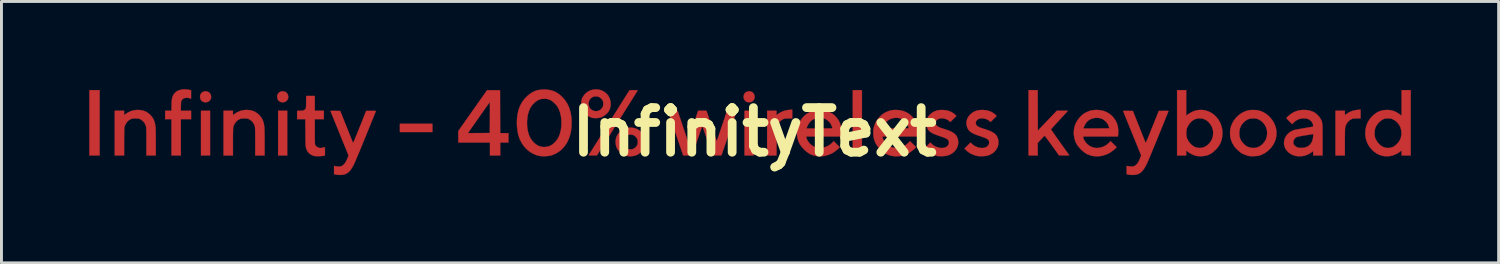
<source format=kicad_pcb>
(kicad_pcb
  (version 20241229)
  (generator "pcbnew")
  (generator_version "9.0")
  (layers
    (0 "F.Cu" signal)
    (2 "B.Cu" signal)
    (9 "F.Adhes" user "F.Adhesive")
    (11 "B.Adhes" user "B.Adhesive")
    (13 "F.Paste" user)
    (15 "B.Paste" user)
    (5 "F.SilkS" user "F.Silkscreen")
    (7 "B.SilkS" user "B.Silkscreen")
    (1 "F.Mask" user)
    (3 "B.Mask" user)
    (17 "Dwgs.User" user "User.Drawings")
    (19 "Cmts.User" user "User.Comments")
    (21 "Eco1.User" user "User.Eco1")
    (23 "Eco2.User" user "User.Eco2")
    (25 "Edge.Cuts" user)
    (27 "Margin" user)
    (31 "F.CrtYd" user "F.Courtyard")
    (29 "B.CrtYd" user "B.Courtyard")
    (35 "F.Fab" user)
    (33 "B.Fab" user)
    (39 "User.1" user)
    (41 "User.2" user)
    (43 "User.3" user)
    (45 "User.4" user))
  (footprint "InfinityText"
    (layer "F.Cu")
    (at 22.731 1.462)
    (property "Reference" "InfinityText" (at 0 0 0) (layer "F.SilkS") (effects (font (size 1.524 1.524) (thickness 0.3))))
    (attr through_hole)
    (fp_poly (pts (xy -22.378 0.8) (xy -22.726 0.8) (xy -22.726 -1.431) (xy -22.378 -1.431) (xy -22.378 0.8)) (stroke (width 0.01) (type solid)) (fill yes) (layer "F.Cu"))
    (fp_poly (pts (xy -18.603 0.8) (xy -18.913 0.8) (xy -18.913 -0.725) (xy -18.603 -0.725) (xy -18.603 0.8)) (stroke (width 0.01) (type solid)) (fill yes) (layer "F.Cu"))
    (fp_poly (pts (xy -15.967 0.8) (xy -16.277 0.8) (xy -16.277 -0.725) (xy -15.967 -0.725) (xy -15.967 0.8)) (stroke (width 0.01) (type solid)) (fill yes) (layer "F.Cu"))
    (fp_poly (pts (xy -11.005 0) (xy -12.116 0) (xy -12.116 -0.282) (xy -11.005 -0.282) (xy -11.005 0)) (stroke (width 0.01) (type solid)) (fill yes) (layer "F.Cu"))
    (fp_poly (pts (xy -0.028 0.8) (xy -0.339 0.8) (xy -0.339 -0.725) (xy -0.028 -0.725) (xy -0.028 0.8)) (stroke (width 0.01) (type solid)) (fill yes) (layer "F.Cu"))
    (fp_poly (pts (xy 3.672 0.8) (xy 3.361 0.8) (xy 3.361 -1.431) (xy 3.672 -1.431) (xy 3.672 0.8)) (stroke (width 0.01) (type solid)) (fill yes) (layer "F.Cu"))
    (fp_poly (pts (xy -18.71 -1.387) (xy -18.661 -1.369) (xy -18.62 -1.338) (xy -18.61 -1.326) (xy -18.58 -1.273) (xy -18.567 -1.217) (xy -18.57 -1.162) (xy -18.589 -1.112) (xy -18.623 -1.068) (xy -18.67 -1.035) (xy -18.715 -1.021) (xy -18.768 -1.018) (xy -18.821 -1.026) (xy -18.844 -1.035) (xy -18.888 -1.064) (xy -18.92 -1.105) (xy -18.939 -1.152) (xy -18.946 -1.204) (xy -18.94 -1.255) (xy -18.92 -1.304) (xy -18.887 -1.345) (xy -18.865 -1.362) (xy -18.817 -1.384) (xy -18.763 -1.393) (xy -18.71 -1.387)) (stroke (width 0.01) (type solid)) (fill yes) (layer "F.Cu"))
    (fp_poly (pts (xy -16.074 -1.387) (xy -16.025 -1.369) (xy -15.984 -1.338) (xy -15.974 -1.326) (xy -15.944 -1.273) (xy -15.931 -1.217) (xy -15.934 -1.162) (xy -15.953 -1.112) (xy -15.987 -1.068) (xy -16.034 -1.035) (xy -16.079 -1.021) (xy -16.132 -1.018) (xy -16.185 -1.026) (xy -16.208 -1.035) (xy -16.252 -1.064) (xy -16.284 -1.105) (xy -16.303 -1.152) (xy -16.31 -1.204) (xy -16.304 -1.255) (xy -16.284 -1.304) (xy -16.251 -1.345) (xy -16.229 -1.362) (xy -16.181 -1.384) (xy -16.127 -1.393) (xy -16.074 -1.387)) (stroke (width 0.01) (type solid)) (fill yes) (layer "F.Cu"))
    (fp_poly (pts (xy -0.135 -1.387) (xy -0.086 -1.369) (xy -0.046 -1.338) (xy -0.036 -1.326) (xy -0.006 -1.273) (xy 0.007 -1.217) (xy 0.004 -1.162) (xy -0.014 -1.112) (xy -0.048 -1.068) (xy -0.095 -1.035) (xy -0.141 -1.021) (xy -0.194 -1.018) (xy -0.246 -1.026) (xy -0.269 -1.035) (xy -0.313 -1.064) (xy -0.345 -1.105) (xy -0.365 -1.152) (xy -0.371 -1.204) (xy -0.365 -1.255) (xy -0.346 -1.304) (xy -0.313 -1.345) (xy -0.291 -1.362) (xy -0.242 -1.384) (xy -0.189 -1.393) (xy -0.135 -1.387)) (stroke (width 0.01) (type solid)) (fill yes) (layer "F.Cu"))
    (fp_poly (pts (xy 1.29 -0.466) (xy 1.165 -0.466) (xy 1.111 -0.465) (xy 1.072 -0.464) (xy 1.042 -0.461) (xy 1.017 -0.455) (xy 0.992 -0.446) (xy 0.984 -0.443) (xy 0.921 -0.408) (xy 0.865 -0.359) (xy 0.818 -0.297) (xy 0.783 -0.226) (xy 0.764 -0.162) (xy 0.761 -0.138) (xy 0.758 -0.095) (xy 0.756 -0.035) (xy 0.755 0.044) (xy 0.754 0.14) (xy 0.753 0.253) (xy 0.753 0.344) (xy 0.753 0.8) (xy 0.433 0.8) (xy 0.433 -0.725) (xy 0.753 -0.725) (xy 0.753 -0.574) (xy 0.802 -0.613) (xy 0.892 -0.672) (xy 0.993 -0.716) (xy 1.103 -0.746) (xy 1.2 -0.759) (xy 1.29 -0.765) (xy 1.29 -0.466)) (stroke (width 0.01) (type solid)) (fill yes) (layer "F.Cu"))
    (fp_poly (pts (xy 20.712 -0.466) (xy 20.587 -0.466) (xy 20.533 -0.465) (xy 20.494 -0.464) (xy 20.464 -0.461) (xy 20.439 -0.455) (xy 20.414 -0.446) (xy 20.406 -0.443) (xy 20.343 -0.408) (xy 20.287 -0.359) (xy 20.24 -0.297) (xy 20.205 -0.226) (xy 20.186 -0.162) (xy 20.183 -0.138) (xy 20.18 -0.095) (xy 20.178 -0.035) (xy 20.177 0.044) (xy 20.176 0.14) (xy 20.175 0.253) (xy 20.175 0.344) (xy 20.175 0.8) (xy 19.855 0.8) (xy 19.855 -0.725) (xy 20.175 -0.725) (xy 20.175 -0.574) (xy 20.224 -0.613) (xy 20.314 -0.672) (xy 20.415 -0.716) (xy 20.525 -0.746) (xy 20.622 -0.759) (xy 20.712 -0.765) (xy 20.712 -0.466)) (stroke (width 0.01) (type solid)) (fill yes) (layer "F.Cu"))
    (fp_poly (pts (xy -19.43 -1.456) (xy -19.355 -1.449) (xy -19.3 -1.439) (xy -19.252 -1.428) (xy -19.252 -1.141) (xy -19.292 -1.155) (xy -19.323 -1.163) (xy -19.364 -1.169) (xy -19.398 -1.171) (xy -19.461 -1.165) (xy -19.512 -1.147) (xy -19.552 -1.114) (xy -19.57 -1.09) (xy -19.58 -1.075) (xy -19.586 -1.062) (xy -19.591 -1.045) (xy -19.594 -1.023) (xy -19.596 -0.993) (xy -19.598 -0.95) (xy -19.599 -0.891) (xy -19.599 -0.888) (xy -19.602 -0.725) (xy -19.252 -0.725) (xy -19.252 -0.442) (xy -19.601 -0.442) (xy -19.601 0.8) (xy -19.921 0.8) (xy -19.921 -0.442) (xy -20.137 -0.442) (xy -20.137 -0.725) (xy -19.923 -0.725) (xy -19.918 -0.916) (xy -19.916 -0.996) (xy -19.912 -1.06) (xy -19.907 -1.113) (xy -19.899 -1.156) (xy -19.888 -1.194) (xy -19.875 -1.23) (xy -19.859 -1.262) (xy -19.817 -1.325) (xy -19.76 -1.377) (xy -19.69 -1.417) (xy -19.609 -1.444) (xy -19.572 -1.451) (xy -19.506 -1.456) (xy -19.43 -1.456)) (stroke (width 0.01) (type solid)) (fill yes) (layer "F.Cu"))
    (fp_poly (pts (xy -4.07 -1.431) (xy -4.032 -1.429) (xy -4.008 -1.427) (xy -3.996 -1.424) (xy -3.994 -1.419) (xy -4 -1.41) (xy -4.015 -1.386) (xy -4.038 -1.347) (xy -4.071 -1.296) (xy -4.11 -1.232) (xy -4.157 -1.157) (xy -4.211 -1.071) (xy -4.27 -0.976) (xy -4.335 -0.873) (xy -4.405 -0.761) (xy -4.479 -0.644) (xy -4.557 -0.52) (xy -4.638 -0.391) (xy -4.691 -0.306) (xy -5.383 0.796) (xy -5.526 0.798) (xy -5.582 0.799) (xy -5.622 0.799) (xy -5.647 0.797) (xy -5.66 0.794) (xy -5.662 0.79) (xy -5.662 0.789) (xy -5.653 0.774) (xy -5.635 0.745) (xy -5.608 0.702) (xy -5.574 0.647) (xy -5.533 0.582) (xy -5.485 0.506) (xy -5.432 0.421) (xy -5.375 0.329) (xy -5.312 0.23) (xy -5.247 0.126) (xy -5.179 0.017) (xy -5.108 -0.095) (xy -5.037 -0.209) (xy -4.964 -0.324) (xy -4.892 -0.438) (xy -4.821 -0.552) (xy -4.75 -0.664) (xy -4.683 -0.771) (xy -4.617 -0.875) (xy -4.556 -0.972) (xy -4.499 -1.063) (xy -4.446 -1.146) (xy -4.4 -1.22) (xy -4.36 -1.283) (xy -4.326 -1.336) (xy -4.301 -1.376) (xy -4.284 -1.402) (xy -4.276 -1.414) (xy -4.276 -1.415) (xy -4.268 -1.421) (xy -4.256 -1.426) (xy -4.235 -1.429) (xy -4.205 -1.43) (xy -4.16 -1.431) (xy -4.126 -1.431) (xy -4.07 -1.431)) (stroke (width 0.01) (type solid)) (fill yes) (layer "F.Cu"))
    (fp_poly (pts (xy -8.913 -1.429) (xy -8.694 -1.426) (xy -8.692 -0.694) (xy -8.689 0.038) (xy -8.407 0.038) (xy -8.407 0.358) (xy -8.689 0.358) (xy -8.689 0.8) (xy -9.038 0.8) (xy -9.038 0.358) (xy -10.12 0.358) (xy -10.12 0.162) (xy -10.12 0.038) (xy -9.792 0.038) (xy -9.417 0.035) (xy -9.043 0.033) (xy -9.04 -0.499) (xy -9.04 -0.613) (xy -9.039 -0.711) (xy -9.039 -0.792) (xy -9.04 -0.858) (xy -9.04 -0.91) (xy -9.041 -0.951) (xy -9.042 -0.98) (xy -9.044 -1) (xy -9.045 -1.012) (xy -9.048 -1.017) (xy -9.051 -1.017) (xy -9.051 -1.016) (xy -9.058 -1.007) (xy -9.075 -0.984) (xy -9.1 -0.948) (xy -9.133 -0.902) (xy -9.172 -0.847) (xy -9.217 -0.784) (xy -9.265 -0.715) (xy -9.317 -0.641) (xy -9.371 -0.565) (xy -9.426 -0.487) (xy -9.48 -0.409) (xy -9.534 -0.333) (xy -9.584 -0.261) (xy -9.632 -0.193) (xy -9.675 -0.132) (xy -9.712 -0.078) (xy -9.742 -0.035) (xy -9.761 -0.007) (xy -9.792 0.038) (xy -10.12 0.038) (xy -10.12 -0.033) (xy -9.65 -0.701) (xy -9.579 -0.802) (xy -9.51 -0.899) (xy -9.445 -0.991) (xy -9.385 -1.077) (xy -9.33 -1.155) (xy -9.281 -1.224) (xy -9.238 -1.284) (xy -9.204 -1.333) (xy -9.178 -1.369) (xy -9.161 -1.392) (xy -9.155 -1.401) (xy -9.131 -1.431) (xy -8.913 -1.429)) (stroke (width 0.01) (type solid)) (fill yes) (layer "F.Cu"))
    (fp_poly (pts (xy -20.966 -0.748) (xy -20.868 -0.725) (xy -20.778 -0.687) (xy -20.697 -0.631) (xy -20.646 -0.585) (xy -20.586 -0.516) (xy -20.54 -0.444) (xy -20.506 -0.365) (xy -20.482 -0.276) (xy -20.468 -0.173) (xy -20.467 -0.166) (xy -20.465 -0.134) (xy -20.463 -0.086) (xy -20.461 -0.025) (xy -20.46 0.048) (xy -20.459 0.13) (xy -20.458 0.218) (xy -20.458 0.31) (xy -20.458 0.37) (xy -20.457 0.8) (xy -20.778 0.8) (xy -20.778 0.335) (xy -20.778 0.205) (xy -20.778 0.094) (xy -20.78 0.001) (xy -20.781 -0.073) (xy -20.783 -0.129) (xy -20.786 -0.166) (xy -20.788 -0.181) (xy -20.813 -0.256) (xy -20.853 -0.325) (xy -20.907 -0.383) (xy -20.97 -0.429) (xy -20.992 -0.441) (xy -21.018 -0.452) (xy -21.042 -0.46) (xy -21.069 -0.464) (xy -21.103 -0.465) (xy -21.149 -0.466) (xy -21.2 -0.465) (xy -21.238 -0.462) (xy -21.268 -0.457) (xy -21.297 -0.448) (xy -21.309 -0.443) (xy -21.372 -0.409) (xy -21.428 -0.359) (xy -21.475 -0.297) (xy -21.51 -0.227) (xy -21.53 -0.162) (xy -21.532 -0.138) (xy -21.535 -0.095) (xy -21.537 -0.035) (xy -21.538 0.044) (xy -21.539 0.14) (xy -21.54 0.253) (xy -21.54 0.344) (xy -21.54 0.8) (xy -21.86 0.8) (xy -21.86 -0.725) (xy -21.54 -0.725) (xy -21.54 -0.574) (xy -21.491 -0.613) (xy -21.4 -0.673) (xy -21.3 -0.717) (xy -21.194 -0.745) (xy -21.084 -0.756) (xy -21.074 -0.756) (xy -20.966 -0.748)) (stroke (width 0.01) (type solid)) (fill yes) (layer "F.Cu"))
    (fp_poly (pts (xy -17.247 -0.748) (xy -17.149 -0.725) (xy -17.06 -0.687) (xy -16.978 -0.631) (xy -16.927 -0.585) (xy -16.867 -0.516) (xy -16.821 -0.444) (xy -16.787 -0.365) (xy -16.763 -0.276) (xy -16.749 -0.173) (xy -16.748 -0.166) (xy -16.746 -0.134) (xy -16.744 -0.086) (xy -16.743 -0.025) (xy -16.741 0.048) (xy -16.74 0.13) (xy -16.739 0.218) (xy -16.739 0.31) (xy -16.739 0.37) (xy -16.739 0.8) (xy -17.059 0.8) (xy -17.059 0.335) (xy -17.059 0.205) (xy -17.06 0.094) (xy -17.061 0.001) (xy -17.063 -0.073) (xy -17.065 -0.129) (xy -17.067 -0.166) (xy -17.069 -0.181) (xy -17.094 -0.256) (xy -17.135 -0.325) (xy -17.188 -0.383) (xy -17.251 -0.429) (xy -17.273 -0.441) (xy -17.299 -0.452) (xy -17.323 -0.46) (xy -17.35 -0.464) (xy -17.385 -0.465) (xy -17.431 -0.466) (xy -17.481 -0.465) (xy -17.519 -0.462) (xy -17.549 -0.457) (xy -17.578 -0.448) (xy -17.591 -0.443) (xy -17.653 -0.409) (xy -17.709 -0.359) (xy -17.756 -0.297) (xy -17.792 -0.227) (xy -17.811 -0.162) (xy -17.814 -0.138) (xy -17.816 -0.095) (xy -17.818 -0.035) (xy -17.82 0.044) (xy -17.821 0.14) (xy -17.821 0.253) (xy -17.821 0.344) (xy -17.821 0.8) (xy -18.142 0.8) (xy -18.142 -0.725) (xy -17.821 -0.725) (xy -17.821 -0.574) (xy -17.772 -0.613) (xy -17.682 -0.673) (xy -17.582 -0.717) (xy -17.475 -0.745) (xy -17.366 -0.756) (xy -17.355 -0.756) (xy -17.247 -0.748)) (stroke (width 0.01) (type solid)) (fill yes) (layer "F.Cu"))
    (fp_poly (pts (xy 9.68 -0.738) (xy 9.683 -0.046) (xy 10.006 -0.385) (xy 10.33 -0.725) (xy 10.706 -0.725) (xy 10.688 -0.703) (xy 10.678 -0.692) (xy 10.657 -0.668) (xy 10.626 -0.634) (xy 10.586 -0.59) (xy 10.539 -0.54) (xy 10.487 -0.483) (xy 10.43 -0.421) (xy 10.403 -0.392) (xy 10.345 -0.33) (xy 10.292 -0.272) (xy 10.244 -0.219) (xy 10.203 -0.174) (xy 10.17 -0.138) (xy 10.146 -0.111) (xy 10.133 -0.096) (xy 10.131 -0.093) (xy 10.136 -0.085) (xy 10.151 -0.062) (xy 10.174 -0.028) (xy 10.205 0.017) (xy 10.243 0.071) (xy 10.286 0.133) (xy 10.333 0.2) (xy 10.384 0.272) (xy 10.436 0.346) (xy 10.489 0.421) (xy 10.543 0.496) (xy 10.595 0.569) (xy 10.644 0.638) (xy 10.69 0.702) (xy 10.731 0.759) (xy 10.75 0.784) (xy 10.753 0.79) (xy 10.752 0.794) (xy 10.744 0.797) (xy 10.727 0.798) (xy 10.698 0.799) (xy 10.656 0.799) (xy 10.598 0.798) (xy 10.585 0.798) (xy 10.408 0.796) (xy 10.167 0.461) (xy 10.117 0.391) (xy 10.069 0.326) (xy 10.026 0.268) (xy 9.989 0.218) (xy 9.958 0.177) (xy 9.935 0.147) (xy 9.921 0.131) (xy 9.917 0.127) (xy 9.908 0.134) (xy 9.888 0.152) (xy 9.86 0.18) (xy 9.826 0.214) (xy 9.793 0.249) (xy 9.678 0.372) (xy 9.678 0.586) (xy 9.678 0.8) (xy 9.367 0.8) (xy 9.367 -1.431) (xy 9.678 -1.431) (xy 9.68 -0.738)) (stroke (width 0.01) (type solid)) (fill yes) (layer "F.Cu"))
    (fp_poly (pts (xy -15.025 -0.725) (xy -14.715 -0.725) (xy -14.715 -0.442) (xy -15.025 -0.442) (xy -15.025 -0.019) (xy -15.025 0.097) (xy -15.024 0.196) (xy -15.023 0.279) (xy -15.022 0.344) (xy -15.02 0.392) (xy -15.017 0.421) (xy -15.015 0.43) (xy -14.99 0.473) (xy -14.951 0.508) (xy -14.902 0.533) (xy -14.85 0.545) (xy -14.837 0.546) (xy -14.802 0.543) (xy -14.762 0.537) (xy -14.74 0.532) (xy -14.71 0.524) (xy -14.689 0.519) (xy -14.681 0.518) (xy -14.68 0.527) (xy -14.679 0.551) (xy -14.678 0.588) (xy -14.677 0.634) (xy -14.677 0.659) (xy -14.677 0.799) (xy -14.712 0.81) (xy -14.739 0.815) (xy -14.78 0.819) (xy -14.83 0.822) (xy -14.884 0.824) (xy -14.937 0.825) (xy -14.984 0.824) (xy -15.02 0.821) (xy -15.033 0.819) (xy -15.105 0.796) (xy -15.172 0.76) (xy -15.229 0.714) (xy -15.273 0.66) (xy -15.284 0.64) (xy -15.296 0.616) (xy -15.306 0.595) (xy -15.315 0.574) (xy -15.322 0.551) (xy -15.327 0.526) (xy -15.332 0.496) (xy -15.335 0.459) (xy -15.338 0.414) (xy -15.34 0.358) (xy -15.341 0.29) (xy -15.342 0.209) (xy -15.343 0.111) (xy -15.343 0.026) (xy -15.347 -0.442) (xy -15.628 -0.442) (xy -15.628 -0.723) (xy -15.52 -0.726) (xy -15.466 -0.729) (xy -15.426 -0.734) (xy -15.397 -0.743) (xy -15.374 -0.757) (xy -15.353 -0.779) (xy -15.341 -0.794) (xy -15.335 -0.804) (xy -15.33 -0.816) (xy -15.326 -0.832) (xy -15.324 -0.855) (xy -15.322 -0.888) (xy -15.321 -0.933) (xy -15.32 -0.994) (xy -15.319 -1.027) (xy -15.316 -1.233) (xy -15.025 -1.233) (xy -15.025 -0.725)) (stroke (width 0.01) (type solid)) (fill yes) (layer "F.Cu"))
    (fp_poly (pts (xy -4.173 -0.148) (xy -4.079 -0.128) (xy -4.003 -0.097) (xy -3.96 -0.072) (xy -3.913 -0.034) (xy -3.866 0.009) (xy -3.826 0.054) (xy -3.803 0.085) (xy -3.765 0.161) (xy -3.742 0.245) (xy -3.734 0.333) (xy -3.741 0.421) (xy -3.762 0.507) (xy -3.799 0.585) (xy -3.805 0.595) (xy -3.836 0.636) (xy -3.878 0.68) (xy -3.925 0.722) (xy -3.971 0.757) (xy -4.003 0.775) (xy -4.086 0.806) (xy -4.178 0.824) (xy -4.273 0.828) (xy -4.358 0.818) (xy -4.428 0.797) (xy -4.5 0.761) (xy -4.566 0.713) (xy -4.603 0.68) (xy -4.663 0.609) (xy -4.706 0.536) (xy -4.732 0.458) (xy -4.744 0.372) (xy -4.745 0.339) (xy -4.491 0.339) (xy -4.485 0.401) (xy -4.467 0.454) (xy -4.434 0.502) (xy -4.431 0.506) (xy -4.379 0.551) (xy -4.319 0.58) (xy -4.253 0.593) (xy -4.185 0.588) (xy -4.151 0.579) (xy -4.093 0.549) (xy -4.045 0.505) (xy -4.015 0.46) (xy -4 0.429) (xy -3.992 0.402) (xy -3.988 0.369) (xy -3.988 0.339) (xy -3.989 0.298) (xy -3.994 0.268) (xy -4.004 0.24) (xy -4.015 0.218) (xy -4.056 0.161) (xy -4.107 0.119) (xy -4.168 0.094) (xy -4.238 0.085) (xy -4.245 0.085) (xy -4.31 0.094) (xy -4.37 0.121) (xy -4.422 0.163) (xy -4.431 0.172) (xy -4.465 0.22) (xy -4.484 0.272) (xy -4.491 0.333) (xy -4.491 0.339) (xy -4.745 0.339) (xy -4.738 0.247) (xy -4.716 0.166) (xy -4.678 0.09) (xy -4.622 0.018) (xy -4.604 -0.001) (xy -4.53 -0.062) (xy -4.448 -0.108) (xy -4.36 -0.138) (xy -4.267 -0.151) (xy -4.173 -0.148)) (stroke (width 0.01) (type solid)) (fill yes) (layer "F.Cu"))
    (fp_poly (pts (xy -5.356 -1.454) (xy -5.269 -1.436) (xy -5.185 -1.404) (xy -5.108 -1.356) (xy -5.04 -1.295) (xy -4.99 -1.232) (xy -4.95 -1.155) (xy -4.924 -1.069) (xy -4.913 -0.98) (xy -4.917 -0.89) (xy -4.937 -0.803) (xy -4.962 -0.743) (xy -5.002 -0.681) (xy -5.057 -0.621) (xy -5.121 -0.568) (xy -5.191 -0.525) (xy -5.25 -0.5) (xy -5.306 -0.486) (xy -5.372 -0.478) (xy -5.439 -0.475) (xy -5.501 -0.478) (xy -5.517 -0.481) (xy -5.578 -0.497) (xy -5.643 -0.526) (xy -5.707 -0.563) (xy -5.762 -0.606) (xy -5.778 -0.62) (xy -5.84 -0.694) (xy -5.884 -0.775) (xy -5.912 -0.862) (xy -5.92 -0.944) (xy -5.669 -0.944) (xy -5.656 -0.881) (xy -5.628 -0.821) (xy -5.615 -0.803) (xy -5.575 -0.765) (xy -5.522 -0.735) (xy -5.463 -0.717) (xy -5.403 -0.712) (xy -5.385 -0.714) (xy -5.356 -0.72) (xy -5.321 -0.731) (xy -5.307 -0.737) (xy -5.26 -0.765) (xy -5.218 -0.806) (xy -5.186 -0.855) (xy -5.181 -0.864) (xy -5.171 -0.901) (xy -5.166 -0.949) (xy -5.167 -0.999) (xy -5.173 -1.044) (xy -5.18 -1.065) (xy -5.208 -1.111) (xy -5.247 -1.154) (xy -5.293 -1.189) (xy -5.308 -1.197) (xy -5.354 -1.212) (xy -5.409 -1.218) (xy -5.464 -1.215) (xy -5.513 -1.204) (xy -5.519 -1.201) (xy -5.575 -1.168) (xy -5.619 -1.122) (xy -5.649 -1.068) (xy -5.666 -1.007) (xy -5.669 -0.944) (xy -5.92 -0.944) (xy -5.921 -0.958) (xy -5.922 -0.965) (xy -5.914 -1.059) (xy -5.891 -1.144) (xy -5.852 -1.221) (xy -5.795 -1.293) (xy -5.775 -1.314) (xy -5.701 -1.373) (xy -5.62 -1.417) (xy -5.534 -1.445) (xy -5.446 -1.457) (xy -5.356 -1.454)) (stroke (width 0.01) (type solid)) (fill yes) (layer "F.Cu"))
    (fp_poly (pts (xy 14.752 -0.555) (xy 14.804 -0.597) (xy 14.847 -0.628) (xy 14.902 -0.66) (xy 14.963 -0.69) (xy 15.024 -0.716) (xy 15.058 -0.728) (xy 15.133 -0.746) (xy 15.216 -0.756) (xy 15.298 -0.756) (xy 15.325 -0.753) (xy 15.436 -0.732) (xy 15.54 -0.693) (xy 15.636 -0.64) (xy 15.723 -0.574) (xy 15.799 -0.495) (xy 15.865 -0.406) (xy 15.918 -0.308) (xy 15.958 -0.203) (xy 15.984 -0.091) (xy 15.993 0.025) (xy 15.986 0.144) (xy 15.986 0.146) (xy 15.964 0.259) (xy 15.93 0.361) (xy 15.88 0.455) (xy 15.814 0.544) (xy 15.76 0.603) (xy 15.678 0.679) (xy 15.597 0.736) (xy 15.514 0.779) (xy 15.426 0.807) (xy 15.33 0.822) (xy 15.275 0.825) (xy 15.195 0.825) (xy 15.13 0.82) (xy 15.096 0.814) (xy 15.024 0.792) (xy 14.947 0.759) (xy 14.872 0.717) (xy 14.816 0.679) (xy 14.752 0.63) (xy 14.752 0.8) (xy 14.442 0.8) (xy 14.442 0.000388) (xy 14.756 0.000388) (xy 14.756 0.076) (xy 14.764 0.148) (xy 14.779 0.209) (xy 14.813 0.285) (xy 14.863 0.358) (xy 14.922 0.423) (xy 14.989 0.477) (xy 15.03 0.501) (xy 15.085 0.525) (xy 15.141 0.539) (xy 15.203 0.543) (xy 15.234 0.542) (xy 15.28 0.539) (xy 15.315 0.534) (xy 15.348 0.523) (xy 15.388 0.505) (xy 15.389 0.505) (xy 15.465 0.459) (xy 15.533 0.398) (xy 15.59 0.326) (xy 15.634 0.246) (xy 15.66 0.169) (xy 15.67 0.107) (xy 15.674 0.038) (xy 15.672 -0.031) (xy 15.663 -0.09) (xy 15.661 -0.097) (xy 15.631 -0.18) (xy 15.585 -0.258) (xy 15.528 -0.329) (xy 15.462 -0.388) (xy 15.389 -0.433) (xy 15.388 -0.433) (xy 15.311 -0.46) (xy 15.229 -0.47) (xy 15.145 -0.465) (xy 15.065 -0.444) (xy 15.009 -0.417) (xy 14.937 -0.365) (xy 14.872 -0.298) (xy 14.819 -0.221) (xy 14.781 -0.139) (xy 14.779 -0.134) (xy 14.764 -0.072) (xy 14.756 0.000388) (xy 14.442 0.000388) (xy 14.442 -1.431) (xy 14.752 -1.431) (xy 14.752 -0.555)) (stroke (width 0.01) (type solid)) (fill yes) (layer "F.Cu"))
    (fp_poly (pts (xy 6.532 -0.746) (xy 6.638 -0.721) (xy 6.734 -0.681) (xy 6.819 -0.625) (xy 6.849 -0.599) (xy 6.902 -0.551) (xy 6.798 -0.448) (xy 6.695 -0.345) (xy 6.659 -0.376) (xy 6.604 -0.416) (xy 6.54 -0.445) (xy 6.473 -0.464) (xy 6.405 -0.471) (xy 6.341 -0.466) (xy 6.285 -0.448) (xy 6.264 -0.437) (xy 6.224 -0.404) (xy 6.199 -0.368) (xy 6.188 -0.325) (xy 6.188 -0.321) (xy 6.192 -0.275) (xy 6.212 -0.234) (xy 6.249 -0.198) (xy 6.303 -0.166) (xy 6.376 -0.138) (xy 6.396 -0.131) (xy 6.509 -0.096) (xy 6.606 -0.062) (xy 6.686 -0.03) (xy 6.753 0.003) (xy 6.808 0.036) (xy 6.851 0.072) (xy 6.886 0.11) (xy 6.913 0.151) (xy 6.92 0.164) (xy 6.951 0.247) (xy 6.964 0.33) (xy 6.96 0.412) (xy 6.94 0.492) (xy 6.905 0.568) (xy 6.856 0.637) (xy 6.794 0.699) (xy 6.719 0.75) (xy 6.633 0.79) (xy 6.614 0.797) (xy 6.555 0.811) (xy 6.485 0.821) (xy 6.409 0.826) (xy 6.333 0.826) (xy 6.265 0.82) (xy 6.232 0.815) (xy 6.119 0.783) (xy 6.017 0.737) (xy 5.926 0.677) (xy 5.867 0.626) (xy 5.804 0.566) (xy 5.907 0.463) (xy 6.009 0.359) (xy 6.053 0.403) (xy 6.113 0.453) (xy 6.185 0.494) (xy 6.265 0.525) (xy 6.345 0.542) (xy 6.397 0.546) (xy 6.47 0.54) (xy 6.532 0.521) (xy 6.582 0.491) (xy 6.619 0.451) (xy 6.641 0.402) (xy 6.647 0.356) (xy 6.643 0.321) (xy 6.632 0.29) (xy 6.611 0.263) (xy 6.58 0.238) (xy 6.535 0.213) (xy 6.477 0.188) (xy 6.402 0.161) (xy 6.357 0.146) (xy 6.255 0.112) (xy 6.17 0.08) (xy 6.1 0.049) (xy 6.043 0.017) (xy 5.997 -0.015) (xy 5.961 -0.05) (xy 5.932 -0.088) (xy 5.909 -0.131) (xy 5.908 -0.133) (xy 5.879 -0.219) (xy 5.868 -0.303) (xy 5.876 -0.385) (xy 5.902 -0.464) (xy 5.946 -0.539) (xy 6.005 -0.605) (xy 6.079 -0.665) (xy 6.157 -0.708) (xy 6.242 -0.737) (xy 6.337 -0.752) (xy 6.416 -0.755) (xy 6.532 -0.746)) (stroke (width 0.01) (type solid)) (fill yes) (layer "F.Cu"))
    (fp_poly (pts (xy 7.906 -0.746) (xy 8.012 -0.721) (xy 8.108 -0.681) (xy 8.194 -0.625) (xy 8.223 -0.599) (xy 8.276 -0.551) (xy 8.173 -0.448) (xy 8.069 -0.345) (xy 8.034 -0.376) (xy 7.978 -0.416) (xy 7.915 -0.445) (xy 7.847 -0.464) (xy 7.78 -0.471) (xy 7.716 -0.466) (xy 7.66 -0.448) (xy 7.639 -0.437) (xy 7.598 -0.404) (xy 7.574 -0.368) (xy 7.563 -0.325) (xy 7.562 -0.321) (xy 7.566 -0.275) (xy 7.586 -0.234) (xy 7.623 -0.198) (xy 7.678 -0.166) (xy 7.75 -0.138) (xy 7.771 -0.131) (xy 7.884 -0.096) (xy 7.98 -0.062) (xy 8.061 -0.03) (xy 8.128 0.003) (xy 8.182 0.036) (xy 8.226 0.072) (xy 8.261 0.11) (xy 8.288 0.151) (xy 8.295 0.164) (xy 8.325 0.247) (xy 8.338 0.33) (xy 8.334 0.412) (xy 8.315 0.492) (xy 8.28 0.568) (xy 8.231 0.637) (xy 8.169 0.699) (xy 8.094 0.75) (xy 8.008 0.79) (xy 7.988 0.797) (xy 7.93 0.811) (xy 7.859 0.821) (xy 7.783 0.826) (xy 7.708 0.826) (xy 7.64 0.82) (xy 7.607 0.815) (xy 7.493 0.783) (xy 7.392 0.737) (xy 7.3 0.677) (xy 7.241 0.626) (xy 7.178 0.566) (xy 7.281 0.463) (xy 7.384 0.359) (xy 7.427 0.403) (xy 7.487 0.453) (xy 7.56 0.494) (xy 7.639 0.525) (xy 7.72 0.542) (xy 7.772 0.546) (xy 7.844 0.54) (xy 7.906 0.521) (xy 7.957 0.491) (xy 7.993 0.451) (xy 8.015 0.402) (xy 8.021 0.356) (xy 8.018 0.321) (xy 8.007 0.29) (xy 7.986 0.263) (xy 7.954 0.238) (xy 7.91 0.213) (xy 7.851 0.188) (xy 7.777 0.161) (xy 7.732 0.146) (xy 7.63 0.112) (xy 7.545 0.08) (xy 7.475 0.049) (xy 7.417 0.017) (xy 7.372 -0.015) (xy 7.335 -0.05) (xy 7.306 -0.088) (xy 7.283 -0.131) (xy 7.282 -0.133) (xy 7.253 -0.219) (xy 7.243 -0.303) (xy 7.251 -0.385) (xy 7.277 -0.464) (xy 7.321 -0.539) (xy 7.38 -0.605) (xy 7.453 -0.665) (xy 7.531 -0.708) (xy 7.617 -0.737) (xy 7.712 -0.752) (xy 7.79 -0.755) (xy 7.906 -0.746)) (stroke (width 0.01) (type solid)) (fill yes) (layer "F.Cu"))
    (fp_poly (pts (xy 22.425 0.8) (xy 22.114 0.8) (xy 22.114 0.715) (xy 22.114 0.678) (xy 22.112 0.649) (xy 22.11 0.633) (xy 22.108 0.631) (xy 22.099 0.637) (xy 22.08 0.652) (xy 22.06 0.669) (xy 22.024 0.697) (xy 21.973 0.727) (xy 21.915 0.757) (xy 21.853 0.783) (xy 21.792 0.804) (xy 21.77 0.81) (xy 21.698 0.823) (xy 21.617 0.828) (xy 21.536 0.824) (xy 21.469 0.815) (xy 21.36 0.781) (xy 21.258 0.73) (xy 21.162 0.661) (xy 21.109 0.612) (xy 21.028 0.518) (xy 20.963 0.416) (xy 20.916 0.306) (xy 20.885 0.19) (xy 20.872 0.068) (xy 20.873 0.061) (xy 21.19 0.061) (xy 21.194 0.124) (xy 21.2 0.164) (xy 21.227 0.241) (xy 21.269 0.317) (xy 21.322 0.387) (xy 21.384 0.448) (xy 21.438 0.487) (xy 21.512 0.521) (xy 21.591 0.541) (xy 21.672 0.545) (xy 21.75 0.533) (xy 21.757 0.531) (xy 21.81 0.513) (xy 21.854 0.491) (xy 21.896 0.461) (xy 21.936 0.426) (xy 22.005 0.353) (xy 22.056 0.274) (xy 22.089 0.19) (xy 22.106 0.097) (xy 22.109 0.038) (xy 22.1 -0.063) (xy 22.075 -0.156) (xy 22.034 -0.241) (xy 21.978 -0.316) (xy 21.908 -0.38) (xy 21.827 -0.429) (xy 21.794 -0.445) (xy 21.768 -0.456) (xy 21.744 -0.462) (xy 21.716 -0.465) (xy 21.678 -0.466) (xy 21.649 -0.466) (xy 21.602 -0.466) (xy 21.568 -0.464) (xy 21.542 -0.46) (xy 21.518 -0.452) (xy 21.49 -0.44) (xy 21.481 -0.436) (xy 21.41 -0.393) (xy 21.343 -0.335) (xy 21.285 -0.267) (xy 21.238 -0.192) (xy 21.21 -0.123) (xy 21.198 -0.07) (xy 21.191 -0.006) (xy 21.19 0.061) (xy 20.873 0.061) (xy 20.878 -0.058) (xy 20.886 -0.118) (xy 20.916 -0.234) (xy 20.963 -0.344) (xy 21.027 -0.445) (xy 21.108 -0.539) (xy 21.111 -0.542) (xy 21.199 -0.619) (xy 21.291 -0.679) (xy 21.388 -0.721) (xy 21.492 -0.746) (xy 21.603 -0.756) (xy 21.615 -0.756) (xy 21.725 -0.748) (xy 21.828 -0.724) (xy 21.926 -0.683) (xy 22.023 -0.624) (xy 22.049 -0.606) (xy 22.114 -0.556) (xy 22.114 -1.431) (xy 22.425 -1.431) (xy 22.425 0.8)) (stroke (width 0.01) (type solid)) (fill yes) (layer "F.Cu"))
    (fp_poly (pts (xy -12.994 -0.723) (xy -12.963 -0.722) (xy -12.946 -0.72) (xy -12.938 -0.716) (xy -12.938 -0.713) (xy -12.942 -0.703) (xy -12.953 -0.677) (xy -12.97 -0.635) (xy -12.992 -0.58) (xy -13.02 -0.512) (xy -13.052 -0.433) (xy -13.088 -0.343) (xy -13.128 -0.245) (xy -13.171 -0.139) (xy -13.217 -0.026) (xy -13.265 0.092) (xy -13.283 0.137) (xy -13.333 0.259) (xy -13.382 0.379) (xy -13.429 0.494) (xy -13.475 0.604) (xy -13.517 0.707) (xy -13.557 0.801) (xy -13.592 0.885) (xy -13.623 0.958) (xy -13.649 1.018) (xy -13.669 1.063) (xy -13.682 1.093) (xy -13.684 1.097) (xy -13.736 1.194) (xy -13.787 1.275) (xy -13.839 1.339) (xy -13.893 1.388) (xy -13.95 1.424) (xy -14.014 1.448) (xy -14.084 1.461) (xy -14.126 1.464) (xy -14.168 1.465) (xy -14.206 1.465) (xy -14.233 1.463) (xy -14.239 1.463) (xy -14.265 1.458) (xy -14.3 1.452) (xy -14.317 1.449) (xy -14.366 1.439) (xy -14.366 1.156) (xy -14.34 1.162) (xy -14.262 1.176) (xy -14.197 1.181) (xy -14.142 1.175) (xy -14.094 1.157) (xy -14.051 1.128) (xy -14.015 1.092) (xy -13.991 1.063) (xy -13.969 1.029) (xy -13.947 0.985) (xy -13.921 0.93) (xy -13.902 0.883) (xy -13.869 0.801) (xy -14.175 0.05) (xy -14.221 -0.063) (xy -14.265 -0.172) (xy -14.307 -0.274) (xy -14.345 -0.368) (xy -14.38 -0.454) (xy -14.411 -0.53) (xy -14.437 -0.594) (xy -14.459 -0.646) (xy -14.474 -0.684) (xy -14.483 -0.707) (xy -14.486 -0.713) (xy -14.484 -0.718) (xy -14.473 -0.721) (xy -14.451 -0.723) (xy -14.415 -0.723) (xy -14.364 -0.723) (xy -14.323 -0.723) (xy -14.156 -0.72) (xy -13.941 -0.184) (xy -13.903 -0.088) (xy -13.866 0.003) (xy -13.833 0.087) (xy -13.802 0.163) (xy -13.775 0.23) (xy -13.753 0.286) (xy -13.736 0.329) (xy -13.724 0.357) (xy -13.719 0.37) (xy -13.719 0.37) (xy -13.715 0.369) (xy -13.707 0.356) (xy -13.695 0.33) (xy -13.678 0.292) (xy -13.655 0.24) (xy -13.628 0.174) (xy -13.594 0.092) (xy -13.555 -0.005) (xy -13.509 -0.119) (xy -13.49 -0.166) (xy -13.269 -0.72) (xy -13.101 -0.723) (xy -13.039 -0.723) (xy -12.994 -0.723)) (stroke (width 0.01) (type solid)) (fill yes) (layer "F.Cu"))
    (fp_poly (pts (xy 14.091 -0.723) (xy 14.122 -0.722) (xy 14.14 -0.72) (xy 14.147 -0.716) (xy 14.147 -0.713) (xy 14.143 -0.703) (xy 14.132 -0.677) (xy 14.115 -0.635) (xy 14.093 -0.58) (xy 14.065 -0.512) (xy 14.033 -0.433) (xy 13.997 -0.343) (xy 13.957 -0.245) (xy 13.914 -0.139) (xy 13.868 -0.026) (xy 13.82 0.092) (xy 13.802 0.137) (xy 13.752 0.259) (xy 13.703 0.379) (xy 13.656 0.494) (xy 13.61 0.604) (xy 13.568 0.707) (xy 13.529 0.801) (xy 13.493 0.885) (xy 13.462 0.958) (xy 13.437 1.018) (xy 13.417 1.063) (xy 13.403 1.093) (xy 13.401 1.097) (xy 13.349 1.194) (xy 13.298 1.275) (xy 13.246 1.339) (xy 13.192 1.388) (xy 13.135 1.424) (xy 13.072 1.448) (xy 13.001 1.461) (xy 12.959 1.464) (xy 12.917 1.465) (xy 12.879 1.465) (xy 12.852 1.463) (xy 12.846 1.463) (xy 12.82 1.458) (xy 12.786 1.452) (xy 12.768 1.449) (xy 12.719 1.439) (xy 12.719 1.156) (xy 12.745 1.162) (xy 12.823 1.176) (xy 12.888 1.181) (xy 12.943 1.175) (xy 12.991 1.157) (xy 13.034 1.128) (xy 13.071 1.092) (xy 13.094 1.063) (xy 13.116 1.029) (xy 13.139 0.985) (xy 13.164 0.93) (xy 13.183 0.883) (xy 13.216 0.801) (xy 12.91 0.05) (xy 12.864 -0.063) (xy 12.82 -0.172) (xy 12.778 -0.274) (xy 12.74 -0.368) (xy 12.705 -0.454) (xy 12.674 -0.53) (xy 12.648 -0.594) (xy 12.627 -0.646) (xy 12.611 -0.684) (xy 12.602 -0.707) (xy 12.599 -0.713) (xy 12.601 -0.718) (xy 12.612 -0.721) (xy 12.634 -0.723) (xy 12.67 -0.723) (xy 12.721 -0.723) (xy 12.762 -0.723) (xy 12.93 -0.72) (xy 13.144 -0.184) (xy 13.182 -0.088) (xy 13.219 0.003) (xy 13.252 0.087) (xy 13.283 0.163) (xy 13.31 0.23) (xy 13.332 0.286) (xy 13.349 0.329) (xy 13.361 0.357) (xy 13.366 0.37) (xy 13.366 0.37) (xy 13.37 0.369) (xy 13.378 0.356) (xy 13.39 0.33) (xy 13.407 0.292) (xy 13.43 0.24) (xy 13.457 0.174) (xy 13.491 0.092) (xy 13.53 -0.005) (xy 13.576 -0.119) (xy 13.595 -0.166) (xy 13.817 -0.72) (xy 13.984 -0.723) (xy 14.046 -0.723) (xy 14.091 -0.723)) (stroke (width 0.01) (type solid)) (fill yes) (layer "F.Cu"))
    (fp_poly (pts (xy 17.169 -0.747) (xy 17.28 -0.722) (xy 17.384 -0.68) (xy 17.483 -0.62) (xy 17.576 -0.543) (xy 17.599 -0.521) (xy 17.68 -0.428) (xy 17.745 -0.327) (xy 17.793 -0.222) (xy 17.824 -0.112) (xy 17.838 -0.001) (xy 17.835 0.111) (xy 17.816 0.222) (xy 17.779 0.33) (xy 17.726 0.434) (xy 17.655 0.532) (xy 17.623 0.568) (xy 17.533 0.653) (xy 17.435 0.722) (xy 17.331 0.775) (xy 17.242 0.806) (xy 17.204 0.813) (xy 17.152 0.819) (xy 17.092 0.823) (xy 17.031 0.825) (xy 16.973 0.824) (xy 16.924 0.822) (xy 16.902 0.819) (xy 16.846 0.805) (xy 16.782 0.783) (xy 16.717 0.757) (xy 16.659 0.729) (xy 16.642 0.719) (xy 16.599 0.689) (xy 16.55 0.648) (xy 16.499 0.601) (xy 16.451 0.553) (xy 16.411 0.507) (xy 16.391 0.48) (xy 16.328 0.373) (xy 16.284 0.261) (xy 16.258 0.146) (xy 16.25 0.028) (xy 16.567 0.028) (xy 16.569 0.098) (xy 16.578 0.157) (xy 16.593 0.212) (xy 16.617 0.271) (xy 16.618 0.273) (xy 16.647 0.321) (xy 16.687 0.372) (xy 16.734 0.421) (xy 16.783 0.462) (xy 16.829 0.492) (xy 16.831 0.493) (xy 16.917 0.527) (xy 17.006 0.544) (xy 17.096 0.543) (xy 17.157 0.532) (xy 17.229 0.507) (xy 17.293 0.47) (xy 17.356 0.418) (xy 17.37 0.405) (xy 17.433 0.33) (xy 17.479 0.248) (xy 17.507 0.16) (xy 17.519 0.062) (xy 17.52 0.038) (xy 17.512 -0.062) (xy 17.487 -0.154) (xy 17.445 -0.237) (xy 17.386 -0.314) (xy 17.369 -0.332) (xy 17.302 -0.39) (xy 17.233 -0.431) (xy 17.16 -0.457) (xy 17.078 -0.468) (xy 17.075 -0.469) (xy 16.986 -0.467) (xy 16.907 -0.452) (xy 16.836 -0.423) (xy 16.768 -0.377) (xy 16.73 -0.344) (xy 16.664 -0.271) (xy 16.615 -0.193) (xy 16.584 -0.107) (xy 16.569 -0.013) (xy 16.567 0.028) (xy 16.25 0.028) (xy 16.25 0.027) (xy 16.258 -0.076) (xy 16.284 -0.189) (xy 16.327 -0.298) (xy 16.386 -0.4) (xy 16.459 -0.493) (xy 16.544 -0.575) (xy 16.641 -0.644) (xy 16.72 -0.686) (xy 16.801 -0.719) (xy 16.88 -0.74) (xy 16.963 -0.752) (xy 17.049 -0.755) (xy 17.169 -0.747)) (stroke (width 0.01) (type solid)) (fill yes) (layer "F.Cu"))
    (fp_poly (pts (xy -1.467 -0.207) (xy -1.436 -0.113) (xy -1.406 -0.024) (xy -1.378 0.058) (xy -1.353 0.131) (xy -1.332 0.193) (xy -1.314 0.244) (xy -1.301 0.282) (xy -1.293 0.304) (xy -1.29 0.311) (xy -1.286 0.302) (xy -1.277 0.277) (xy -1.263 0.237) (xy -1.244 0.184) (xy -1.222 0.12) (xy -1.197 0.046) (xy -1.168 -0.037) (xy -1.138 -0.127) (xy -1.111 -0.207) (xy -0.937 -0.725) (xy -0.774 -0.725) (xy -0.718 -0.724) (xy -0.672 -0.723) (xy -0.637 -0.721) (xy -0.616 -0.718) (xy -0.612 -0.716) (xy -0.615 -0.707) (xy -0.623 -0.681) (xy -0.637 -0.64) (xy -0.655 -0.587) (xy -0.677 -0.522) (xy -0.703 -0.447) (xy -0.731 -0.364) (xy -0.761 -0.275) (xy -0.794 -0.18) (xy -0.827 -0.082) (xy -0.861 0.018) (xy -0.896 0.118) (xy -0.93 0.217) (xy -0.962 0.313) (xy -0.994 0.405) (xy -1.023 0.49) (xy -1.05 0.568) (xy -1.074 0.636) (xy -1.093 0.693) (xy -1.109 0.738) (xy -1.12 0.769) (xy -1.125 0.784) (xy -1.125 0.784) (xy -1.129 0.79) (xy -1.137 0.795) (xy -1.152 0.797) (xy -1.177 0.799) (xy -1.214 0.799) (xy -1.267 0.798) (xy -1.282 0.798) (xy -1.433 0.796) (xy -1.602 0.301) (xy -1.634 0.209) (xy -1.664 0.122) (xy -1.692 0.042) (xy -1.717 -0.029) (xy -1.738 -0.09) (xy -1.756 -0.14) (xy -1.769 -0.175) (xy -1.777 -0.196) (xy -1.779 -0.201) (xy -1.783 -0.193) (xy -1.793 -0.17) (xy -1.808 -0.133) (xy -1.826 -0.082) (xy -1.849 -0.021) (xy -1.874 0.05) (xy -1.901 0.128) (xy -1.929 0.209) (xy -1.96 0.297) (xy -1.989 0.383) (xy -2.017 0.464) (xy -2.042 0.537) (xy -2.064 0.602) (xy -2.082 0.655) (xy -2.096 0.694) (xy -2.102 0.713) (xy -2.132 0.8) (xy -2.283 0.8) (xy -2.434 0.8) (xy -2.691 0.049) (xy -2.731 -0.065) (xy -2.768 -0.174) (xy -2.804 -0.277) (xy -2.836 -0.372) (xy -2.866 -0.458) (xy -2.892 -0.534) (xy -2.914 -0.599) (xy -2.932 -0.65) (xy -2.945 -0.687) (xy -2.952 -0.708) (xy -2.954 -0.713) (xy -2.952 -0.718) (xy -2.941 -0.721) (xy -2.918 -0.723) (xy -2.882 -0.723) (xy -2.83 -0.723) (xy -2.791 -0.723) (xy -2.623 -0.72) (xy -2.275 0.325) (xy -2.1 -0.2) (xy -1.925 -0.725) (xy -1.64 -0.725) (xy -1.467 -0.207)) (stroke (width 0.01) (type solid)) (fill yes) (layer "F.Cu"))
    (fp_poly (pts (xy -7.059 -1.446) (xy -6.945 -1.425) (xy -6.839 -1.389) (xy -6.739 -1.336) (xy -6.644 -1.267) (xy -6.551 -1.179) (xy -6.545 -1.173) (xy -6.458 -1.067) (xy -6.386 -0.951) (xy -6.329 -0.823) (xy -6.287 -0.683) (xy -6.26 -0.533) (xy -6.248 -0.371) (xy -6.252 -0.198) (xy -6.252 -0.187) (xy -6.27 -0.035) (xy -6.302 0.107) (xy -6.348 0.24) (xy -6.406 0.361) (xy -6.478 0.471) (xy -6.562 0.568) (xy -6.657 0.651) (xy -6.762 0.721) (xy -6.878 0.775) (xy -6.971 0.806) (xy -7.014 0.814) (xy -7.07 0.82) (xy -7.133 0.824) (xy -7.199 0.825) (xy -7.263 0.824) (xy -7.317 0.82) (xy -7.353 0.815) (xy -7.475 0.78) (xy -7.59 0.727) (xy -7.697 0.66) (xy -7.794 0.577) (xy -7.88 0.481) (xy -7.954 0.372) (xy -8.016 0.251) (xy -8.032 0.212) (xy -8.071 0.09) (xy -8.098 -0.044) (xy -8.114 -0.185) (xy -8.119 -0.33) (xy -8.117 -0.363) (xy -7.772 -0.363) (xy -7.771 -0.24) (xy -7.76 -0.12) (xy -7.738 -0.005) (xy -7.706 0.101) (xy -7.663 0.195) (xy -7.657 0.206) (xy -7.608 0.279) (xy -7.55 0.347) (xy -7.487 0.405) (xy -7.422 0.451) (xy -7.381 0.473) (xy -7.292 0.502) (xy -7.199 0.513) (xy -7.105 0.507) (xy -7.03 0.489) (xy -6.949 0.453) (xy -6.872 0.4) (xy -6.8 0.331) (xy -6.737 0.25) (xy -6.733 0.243) (xy -6.683 0.153) (xy -6.645 0.05) (xy -6.617 -0.062) (xy -6.6 -0.181) (xy -6.594 -0.304) (xy -6.598 -0.427) (xy -6.614 -0.547) (xy -6.641 -0.662) (xy -6.679 -0.768) (xy -6.7 -0.812) (xy -6.726 -0.859) (xy -6.752 -0.898) (xy -6.785 -0.937) (xy -6.825 -0.979) (xy -6.895 -1.042) (xy -6.964 -1.088) (xy -7.035 -1.118) (xy -7.112 -1.135) (xy -7.183 -1.139) (xy -7.267 -1.133) (xy -7.342 -1.115) (xy -7.413 -1.082) (xy -7.482 -1.033) (xy -7.541 -0.979) (xy -7.583 -0.935) (xy -7.615 -0.897) (xy -7.642 -0.857) (xy -7.667 -0.812) (xy -7.709 -0.712) (xy -7.741 -0.602) (xy -7.761 -0.485) (xy -7.772 -0.363) (xy -8.117 -0.363) (xy -8.112 -0.475) (xy -8.093 -0.616) (xy -8.063 -0.749) (xy -8.059 -0.763) (xy -8.01 -0.892) (xy -7.946 -1.013) (xy -7.865 -1.123) (xy -7.789 -1.205) (xy -7.697 -1.286) (xy -7.605 -1.349) (xy -7.511 -1.396) (xy -7.412 -1.429) (xy -7.304 -1.447) (xy -7.185 -1.453) (xy -7.183 -1.453) (xy -7.059 -1.446)) (stroke (width 0.01) (type solid)) (fill yes) (layer "F.Cu"))
    (fp_poly (pts (xy 2.358 -0.746) (xy 2.472 -0.72) (xy 2.578 -0.678) (xy 2.674 -0.62) (xy 2.761 -0.546) (xy 2.819 -0.479) (xy 2.881 -0.387) (xy 2.927 -0.291) (xy 2.955 -0.189) (xy 2.968 -0.079) (xy 2.969 -0.033) (xy 2.969 0.015) (xy 2.967 0.06) (xy 2.965 0.095) (xy 2.962 0.115) (xy 2.955 0.151) (xy 1.767 0.151) (xy 1.773 0.186) (xy 1.791 0.246) (xy 1.824 0.307) (xy 1.869 0.368) (xy 1.922 0.423) (xy 1.982 0.469) (xy 2.022 0.492) (xy 2.095 0.523) (xy 2.165 0.54) (xy 2.239 0.545) (xy 2.278 0.543) (xy 2.379 0.527) (xy 2.475 0.494) (xy 2.563 0.444) (xy 2.642 0.38) (xy 2.651 0.371) (xy 2.708 0.312) (xy 2.811 0.415) (xy 2.913 0.518) (xy 2.876 0.556) (xy 2.839 0.591) (xy 2.792 0.629) (xy 2.74 0.668) (xy 2.69 0.703) (xy 2.646 0.729) (xy 2.637 0.733) (xy 2.582 0.758) (xy 2.517 0.781) (xy 2.449 0.802) (xy 2.387 0.817) (xy 2.378 0.819) (xy 2.329 0.824) (xy 2.27 0.827) (xy 2.206 0.827) (xy 2.146 0.823) (xy 2.101 0.818) (xy 2.001 0.793) (xy 1.906 0.754) (xy 1.815 0.698) (xy 1.727 0.625) (xy 1.69 0.589) (xy 1.611 0.502) (xy 1.55 0.413) (xy 1.505 0.322) (xy 1.474 0.224) (xy 1.456 0.117) (xy 1.453 0.075) (xy 1.454 -0.049) (xy 1.466 -0.122) (xy 1.778 -0.122) (xy 2.221 -0.122) (xy 2.31 -0.123) (xy 2.394 -0.123) (xy 2.469 -0.124) (xy 2.535 -0.125) (xy 2.589 -0.126) (xy 2.63 -0.127) (xy 2.656 -0.129) (xy 2.664 -0.13) (xy 2.661 -0.148) (xy 2.651 -0.177) (xy 2.638 -0.212) (xy 2.623 -0.247) (xy 2.609 -0.277) (xy 2.604 -0.287) (xy 2.574 -0.328) (xy 2.532 -0.371) (xy 2.486 -0.41) (xy 2.44 -0.44) (xy 2.425 -0.448) (xy 2.344 -0.476) (xy 2.259 -0.487) (xy 2.173 -0.484) (xy 2.089 -0.466) (xy 2.01 -0.434) (xy 1.941 -0.388) (xy 1.901 -0.351) (xy 1.868 -0.308) (xy 1.835 -0.256) (xy 1.806 -0.2) (xy 1.786 -0.15) (xy 1.784 -0.144) (xy 1.778 -0.122) (xy 1.466 -0.122) (xy 1.473 -0.166) (xy 1.509 -0.277) (xy 1.563 -0.382) (xy 1.634 -0.478) (xy 1.682 -0.529) (xy 1.726 -0.572) (xy 1.763 -0.604) (xy 1.798 -0.629) (xy 1.836 -0.652) (xy 1.883 -0.676) (xy 1.897 -0.683) (xy 1.973 -0.715) (xy 2.046 -0.737) (xy 2.122 -0.75) (xy 2.207 -0.755) (xy 2.236 -0.755) (xy 2.358 -0.746)) (stroke (width 0.01) (type solid)) (fill yes) (layer "F.Cu"))
    (fp_poly (pts (xy 4.966 -0.746) (xy 5.08 -0.72) (xy 5.186 -0.678) (xy 5.282 -0.62) (xy 5.368 -0.546) (xy 5.427 -0.479) (xy 5.489 -0.387) (xy 5.534 -0.291) (xy 5.563 -0.189) (xy 5.576 -0.079) (xy 5.577 -0.033) (xy 5.577 0.015) (xy 5.575 0.06) (xy 5.573 0.095) (xy 5.57 0.115) (xy 5.563 0.151) (xy 4.375 0.151) (xy 4.381 0.186) (xy 4.399 0.246) (xy 4.432 0.307) (xy 4.476 0.368) (xy 4.53 0.423) (xy 4.59 0.469) (xy 4.63 0.492) (xy 4.702 0.523) (xy 4.772 0.54) (xy 4.847 0.545) (xy 4.886 0.543) (xy 4.986 0.527) (xy 5.082 0.494) (xy 5.171 0.444) (xy 5.249 0.38) (xy 5.259 0.371) (xy 5.316 0.312) (xy 5.419 0.415) (xy 5.521 0.518) (xy 5.484 0.556) (xy 5.447 0.591) (xy 5.399 0.629) (xy 5.348 0.668) (xy 5.297 0.703) (xy 5.253 0.729) (xy 5.245 0.733) (xy 5.19 0.758) (xy 5.125 0.781) (xy 5.057 0.802) (xy 4.995 0.817) (xy 4.986 0.819) (xy 4.937 0.824) (xy 4.878 0.827) (xy 4.814 0.827) (xy 4.754 0.823) (xy 4.708 0.818) (xy 4.608 0.793) (xy 4.514 0.754) (xy 4.423 0.698) (xy 4.334 0.625) (xy 4.298 0.589) (xy 4.219 0.502) (xy 4.158 0.413) (xy 4.113 0.322) (xy 4.082 0.224) (xy 4.064 0.117) (xy 4.061 0.075) (xy 4.062 -0.049) (xy 4.074 -0.122) (xy 4.386 -0.122) (xy 4.829 -0.122) (xy 4.918 -0.123) (xy 5.002 -0.123) (xy 5.077 -0.124) (xy 5.143 -0.125) (xy 5.197 -0.126) (xy 5.238 -0.127) (xy 5.263 -0.129) (xy 5.272 -0.13) (xy 5.268 -0.148) (xy 5.259 -0.177) (xy 5.246 -0.212) (xy 5.231 -0.247) (xy 5.217 -0.277) (xy 5.212 -0.287) (xy 5.182 -0.328) (xy 5.14 -0.371) (xy 5.094 -0.41) (xy 5.048 -0.44) (xy 5.033 -0.448) (xy 4.952 -0.476) (xy 4.867 -0.487) (xy 4.78 -0.484) (xy 4.697 -0.466) (xy 4.618 -0.434) (xy 4.549 -0.388) (xy 4.509 -0.351) (xy 4.476 -0.308) (xy 4.443 -0.256) (xy 4.414 -0.2) (xy 4.394 -0.15) (xy 4.392 -0.144) (xy 4.386 -0.122) (xy 4.074 -0.122) (xy 4.081 -0.166) (xy 4.117 -0.277) (xy 4.171 -0.382) (xy 4.242 -0.478) (xy 4.29 -0.529) (xy 4.334 -0.572) (xy 4.371 -0.604) (xy 4.406 -0.629) (xy 4.444 -0.652) (xy 4.491 -0.676) (xy 4.505 -0.683) (xy 4.581 -0.715) (xy 4.654 -0.737) (xy 4.73 -0.75) (xy 4.814 -0.755) (xy 4.844 -0.755) (xy 4.966 -0.746)) (stroke (width 0.01) (type solid)) (fill yes) (layer "F.Cu"))
    (fp_poly (pts (xy 11.82 -0.746) (xy 11.934 -0.72) (xy 12.039 -0.678) (xy 12.136 -0.62) (xy 12.222 -0.546) (xy 12.28 -0.479) (xy 12.343 -0.387) (xy 12.388 -0.291) (xy 12.417 -0.189) (xy 12.43 -0.079) (xy 12.431 -0.033) (xy 12.43 0.015) (xy 12.429 0.06) (xy 12.426 0.095) (xy 12.424 0.115) (xy 12.417 0.151) (xy 11.229 0.151) (xy 11.235 0.186) (xy 11.252 0.246) (xy 11.285 0.307) (xy 11.33 0.368) (xy 11.384 0.423) (xy 11.444 0.469) (xy 11.484 0.492) (xy 11.556 0.523) (xy 11.626 0.54) (xy 11.701 0.545) (xy 11.74 0.543) (xy 11.84 0.527) (xy 11.936 0.494) (xy 12.025 0.444) (xy 12.103 0.38) (xy 12.112 0.371) (xy 12.17 0.312) (xy 12.272 0.415) (xy 12.375 0.518) (xy 12.337 0.556) (xy 12.3 0.591) (xy 12.253 0.629) (xy 12.202 0.668) (xy 12.151 0.703) (xy 12.107 0.729) (xy 12.099 0.733) (xy 12.044 0.758) (xy 11.978 0.781) (xy 11.911 0.802) (xy 11.849 0.817) (xy 11.839 0.819) (xy 11.791 0.824) (xy 11.731 0.827) (xy 11.668 0.827) (xy 11.607 0.823) (xy 11.562 0.818) (xy 11.462 0.793) (xy 11.368 0.754) (xy 11.277 0.698) (xy 11.188 0.625) (xy 11.151 0.589) (xy 11.073 0.502) (xy 11.012 0.413) (xy 10.966 0.322) (xy 10.936 0.224) (xy 10.918 0.117) (xy 10.914 0.075) (xy 10.915 -0.049) (xy 10.927 -0.122) (xy 11.24 -0.122) (xy 11.683 -0.122) (xy 11.772 -0.123) (xy 11.855 -0.123) (xy 11.931 -0.124) (xy 11.996 -0.125) (xy 12.051 -0.126) (xy 12.091 -0.127) (xy 12.117 -0.129) (xy 12.126 -0.13) (xy 12.122 -0.148) (xy 12.113 -0.177) (xy 12.099 -0.212) (xy 12.085 -0.247) (xy 12.071 -0.277) (xy 12.065 -0.287) (xy 12.035 -0.328) (xy 11.994 -0.371) (xy 11.947 -0.41) (xy 11.901 -0.44) (xy 11.887 -0.448) (xy 11.806 -0.476) (xy 11.72 -0.487) (xy 11.634 -0.484) (xy 11.55 -0.466) (xy 11.472 -0.434) (xy 11.402 -0.388) (xy 11.362 -0.351) (xy 11.329 -0.308) (xy 11.296 -0.256) (xy 11.268 -0.2) (xy 11.247 -0.15) (xy 11.246 -0.144) (xy 11.24 -0.122) (xy 10.927 -0.122) (xy 10.934 -0.166) (xy 10.971 -0.277) (xy 11.025 -0.382) (xy 11.096 -0.478) (xy 11.144 -0.529) (xy 11.188 -0.572) (xy 11.225 -0.604) (xy 11.259 -0.629) (xy 11.298 -0.652) (xy 11.345 -0.676) (xy 11.358 -0.683) (xy 11.435 -0.715) (xy 11.508 -0.737) (xy 11.583 -0.75) (xy 11.668 -0.755) (xy 11.697 -0.755) (xy 11.82 -0.746)) (stroke (width 0.01) (type solid)) (fill yes) (layer "F.Cu"))
    (fp_poly (pts (xy 18.879 -0.75) (xy 18.983 -0.73) (xy 19.08 -0.696) (xy 19.138 -0.667) (xy 19.195 -0.626) (xy 19.252 -0.573) (xy 19.304 -0.514) (xy 19.344 -0.454) (xy 19.35 -0.444) (xy 19.362 -0.42) (xy 19.373 -0.397) (xy 19.382 -0.374) (xy 19.39 -0.35) (xy 19.396 -0.322) (xy 19.401 -0.289) (xy 19.405 -0.25) (xy 19.408 -0.203) (xy 19.41 -0.145) (xy 19.411 -0.077) (xy 19.412 0.005) (xy 19.412 0.102) (xy 19.412 0.215) (xy 19.412 0.275) (xy 19.412 0.8) (xy 19.092 0.8) (xy 19.092 0.65) (xy 19.023 0.7) (xy 18.96 0.741) (xy 18.898 0.773) (xy 18.831 0.797) (xy 18.784 0.81) (xy 18.713 0.823) (xy 18.633 0.827) (xy 18.553 0.824) (xy 18.483 0.814) (xy 18.401 0.788) (xy 18.322 0.747) (xy 18.25 0.694) (xy 18.189 0.632) (xy 18.143 0.564) (xy 18.137 0.552) (xy 18.107 0.473) (xy 18.095 0.392) (xy 18.098 0.341) (xy 18.411 0.341) (xy 18.416 0.392) (xy 18.434 0.43) (xy 18.467 0.468) (xy 18.508 0.502) (xy 18.553 0.526) (xy 18.566 0.53) (xy 18.618 0.54) (xy 18.681 0.543) (xy 18.747 0.54) (xy 18.808 0.53) (xy 18.85 0.518) (xy 18.924 0.481) (xy 18.985 0.43) (xy 19.033 0.366) (xy 19.066 0.29) (xy 19.086 0.202) (xy 19.09 0.153) (xy 19.095 0.065) (xy 19.072 0.07) (xy 19.057 0.073) (xy 19.026 0.078) (xy 18.982 0.086) (xy 18.928 0.095) (xy 18.866 0.105) (xy 18.81 0.114) (xy 18.743 0.125) (xy 18.68 0.136) (xy 18.624 0.147) (xy 18.579 0.156) (xy 18.546 0.164) (xy 18.532 0.169) (xy 18.485 0.198) (xy 18.448 0.24) (xy 18.422 0.289) (xy 18.411 0.341) (xy 18.098 0.341) (xy 18.1 0.311) (xy 18.12 0.232) (xy 18.155 0.157) (xy 18.203 0.089) (xy 18.264 0.028) (xy 18.337 -0.022) (xy 18.42 -0.06) (xy 18.437 -0.066) (xy 18.455 -0.07) (xy 18.489 -0.077) (xy 18.537 -0.087) (xy 18.595 -0.098) (xy 18.663 -0.11) (xy 18.736 -0.123) (xy 18.781 -0.131) (xy 19.088 -0.184) (xy 19.091 -0.21) (xy 19.088 -0.252) (xy 19.072 -0.298) (xy 19.045 -0.344) (xy 19.018 -0.376) (xy 18.967 -0.419) (xy 18.913 -0.448) (xy 18.851 -0.464) (xy 18.802 -0.469) (xy 18.705 -0.466) (xy 18.616 -0.446) (xy 18.535 -0.41) (xy 18.46 -0.355) (xy 18.435 -0.331) (xy 18.375 -0.271) (xy 18.277 -0.368) (xy 18.242 -0.403) (xy 18.213 -0.435) (xy 18.192 -0.459) (xy 18.18 -0.474) (xy 18.179 -0.477) (xy 18.186 -0.49) (xy 18.206 -0.511) (xy 18.234 -0.538) (xy 18.269 -0.568) (xy 18.307 -0.599) (xy 18.346 -0.627) (xy 18.366 -0.641) (xy 18.457 -0.691) (xy 18.557 -0.726) (xy 18.662 -0.748) (xy 18.771 -0.756) (xy 18.879 -0.75)) (stroke (width 0.01) (type solid)) (fill yes) (layer "F.Cu"))
    (fp_poly (pts (xy -22.378 0.8) (xy -22.726 0.8) (xy -22.726 -1.431) (xy -22.378 -1.431) (xy -22.378 0.8)) (stroke (width 0.01) (type solid)) (fill yes) (layer "F.Mask"))
    (fp_poly (pts (xy -18.603 0.8) (xy -18.913 0.8) (xy -18.913 -0.725) (xy -18.603 -0.725) (xy -18.603 0.8)) (stroke (width 0.01) (type solid)) (fill yes) (layer "F.Mask"))
    (fp_poly (pts (xy -15.967 0.8) (xy -16.277 0.8) (xy -16.277 -0.725) (xy -15.967 -0.725) (xy -15.967 0.8)) (stroke (width 0.01) (type solid)) (fill yes) (layer "F.Mask"))
    (fp_poly (pts (xy -11.005 0) (xy -12.116 0) (xy -12.116 -0.282) (xy -11.005 -0.282) (xy -11.005 0)) (stroke (width 0.01) (type solid)) (fill yes) (layer "F.Mask"))
    (fp_poly (pts (xy -0.028 0.8) (xy -0.339 0.8) (xy -0.339 -0.725) (xy -0.028 -0.725) (xy -0.028 0.8)) (stroke (width 0.01) (type solid)) (fill yes) (layer "F.Mask"))
    (fp_poly (pts (xy 3.672 0.8) (xy 3.361 0.8) (xy 3.361 -1.431) (xy 3.672 -1.431) (xy 3.672 0.8)) (stroke (width 0.01) (type solid)) (fill yes) (layer "F.Mask"))
    (fp_poly (pts (xy -18.71 -1.387) (xy -18.661 -1.369) (xy -18.62 -1.338) (xy -18.61 -1.326) (xy -18.58 -1.273) (xy -18.567 -1.217) (xy -18.57 -1.162) (xy -18.589 -1.112) (xy -18.623 -1.068) (xy -18.67 -1.035) (xy -18.715 -1.021) (xy -18.768 -1.018) (xy -18.821 -1.026) (xy -18.844 -1.035) (xy -18.888 -1.064) (xy -18.92 -1.105) (xy -18.939 -1.152) (xy -18.946 -1.204) (xy -18.94 -1.255) (xy -18.92 -1.304) (xy -18.887 -1.345) (xy -18.865 -1.362) (xy -18.817 -1.384) (xy -18.763 -1.393) (xy -18.71 -1.387)) (stroke (width 0.01) (type solid)) (fill yes) (layer "F.Mask"))
    (fp_poly (pts (xy -16.074 -1.387) (xy -16.025 -1.369) (xy -15.984 -1.338) (xy -15.974 -1.326) (xy -15.944 -1.273) (xy -15.931 -1.217) (xy -15.934 -1.162) (xy -15.953 -1.112) (xy -15.987 -1.068) (xy -16.034 -1.035) (xy -16.079 -1.021) (xy -16.132 -1.018) (xy -16.185 -1.026) (xy -16.208 -1.035) (xy -16.252 -1.064) (xy -16.284 -1.105) (xy -16.303 -1.152) (xy -16.31 -1.204) (xy -16.304 -1.255) (xy -16.284 -1.304) (xy -16.251 -1.345) (xy -16.229 -1.362) (xy -16.181 -1.384) (xy -16.127 -1.393) (xy -16.074 -1.387)) (stroke (width 0.01) (type solid)) (fill yes) (layer "F.Mask"))
    (fp_poly (pts (xy -0.135 -1.387) (xy -0.086 -1.369) (xy -0.046 -1.338) (xy -0.036 -1.326) (xy -0.006 -1.273) (xy 0.007 -1.217) (xy 0.004 -1.162) (xy -0.014 -1.112) (xy -0.048 -1.068) (xy -0.095 -1.035) (xy -0.141 -1.021) (xy -0.194 -1.018) (xy -0.246 -1.026) (xy -0.269 -1.035) (xy -0.313 -1.064) (xy -0.345 -1.105) (xy -0.365 -1.152) (xy -0.371 -1.204) (xy -0.365 -1.255) (xy -0.346 -1.304) (xy -0.313 -1.345) (xy -0.291 -1.362) (xy -0.242 -1.384) (xy -0.189 -1.393) (xy -0.135 -1.387)) (stroke (width 0.01) (type solid)) (fill yes) (layer "F.Mask"))
    (fp_poly (pts (xy 1.29 -0.466) (xy 1.165 -0.466) (xy 1.111 -0.465) (xy 1.072 -0.464) (xy 1.042 -0.461) (xy 1.017 -0.455) (xy 0.992 -0.446) (xy 0.984 -0.443) (xy 0.921 -0.408) (xy 0.865 -0.359) (xy 0.818 -0.297) (xy 0.783 -0.226) (xy 0.764 -0.162) (xy 0.761 -0.138) (xy 0.758 -0.095) (xy 0.756 -0.035) (xy 0.755 0.044) (xy 0.754 0.14) (xy 0.753 0.253) (xy 0.753 0.344) (xy 0.753 0.8) (xy 0.433 0.8) (xy 0.433 -0.725) (xy 0.753 -0.725) (xy 0.753 -0.574) (xy 0.802 -0.613) (xy 0.892 -0.672) (xy 0.993 -0.716) (xy 1.103 -0.746) (xy 1.2 -0.759) (xy 1.29 -0.765) (xy 1.29 -0.466)) (stroke (width 0.01) (type solid)) (fill yes) (layer "F.Mask"))
    (fp_poly (pts (xy 20.712 -0.466) (xy 20.587 -0.466) (xy 20.533 -0.465) (xy 20.494 -0.464) (xy 20.464 -0.461) (xy 20.439 -0.455) (xy 20.414 -0.446) (xy 20.406 -0.443) (xy 20.343 -0.408) (xy 20.287 -0.359) (xy 20.24 -0.297) (xy 20.205 -0.226) (xy 20.186 -0.162) (xy 20.183 -0.138) (xy 20.18 -0.095) (xy 20.178 -0.035) (xy 20.177 0.044) (xy 20.176 0.14) (xy 20.175 0.253) (xy 20.175 0.344) (xy 20.175 0.8) (xy 19.855 0.8) (xy 19.855 -0.725) (xy 20.175 -0.725) (xy 20.175 -0.574) (xy 20.224 -0.613) (xy 20.314 -0.672) (xy 20.415 -0.716) (xy 20.525 -0.746) (xy 20.622 -0.759) (xy 20.712 -0.765) (xy 20.712 -0.466)) (stroke (width 0.01) (type solid)) (fill yes) (layer "F.Mask"))
    (fp_poly (pts (xy -19.43 -1.456) (xy -19.355 -1.449) (xy -19.3 -1.439) (xy -19.252 -1.428) (xy -19.252 -1.141) (xy -19.292 -1.155) (xy -19.323 -1.163) (xy -19.364 -1.169) (xy -19.398 -1.171) (xy -19.461 -1.165) (xy -19.512 -1.147) (xy -19.552 -1.114) (xy -19.57 -1.09) (xy -19.58 -1.075) (xy -19.586 -1.062) (xy -19.591 -1.045) (xy -19.594 -1.023) (xy -19.596 -0.993) (xy -19.598 -0.95) (xy -19.599 -0.891) (xy -19.599 -0.888) (xy -19.602 -0.725) (xy -19.252 -0.725) (xy -19.252 -0.442) (xy -19.601 -0.442) (xy -19.601 0.8) (xy -19.921 0.8) (xy -19.921 -0.442) (xy -20.137 -0.442) (xy -20.137 -0.725) (xy -19.923 -0.725) (xy -19.918 -0.916) (xy -19.916 -0.996) (xy -19.912 -1.06) (xy -19.907 -1.113) (xy -19.899 -1.156) (xy -19.888 -1.194) (xy -19.875 -1.23) (xy -19.859 -1.262) (xy -19.817 -1.325) (xy -19.76 -1.377) (xy -19.69 -1.417) (xy -19.609 -1.444) (xy -19.572 -1.451) (xy -19.506 -1.456) (xy -19.43 -1.456)) (stroke (width 0.01) (type solid)) (fill yes) (layer "F.Mask"))
    (fp_poly (pts (xy -4.07 -1.431) (xy -4.032 -1.429) (xy -4.008 -1.427) (xy -3.996 -1.424) (xy -3.994 -1.419) (xy -4 -1.41) (xy -4.015 -1.386) (xy -4.038 -1.347) (xy -4.071 -1.296) (xy -4.11 -1.232) (xy -4.157 -1.157) (xy -4.211 -1.071) (xy -4.27 -0.976) (xy -4.335 -0.873) (xy -4.405 -0.761) (xy -4.479 -0.644) (xy -4.557 -0.52) (xy -4.638 -0.391) (xy -4.691 -0.306) (xy -5.383 0.796) (xy -5.526 0.798) (xy -5.582 0.799) (xy -5.622 0.799) (xy -5.647 0.797) (xy -5.66 0.794) (xy -5.662 0.79) (xy -5.662 0.789) (xy -5.653 0.774) (xy -5.635 0.745) (xy -5.608 0.702) (xy -5.574 0.647) (xy -5.533 0.582) (xy -5.485 0.506) (xy -5.432 0.421) (xy -5.375 0.329) (xy -5.312 0.23) (xy -5.247 0.126) (xy -5.179 0.017) (xy -5.108 -0.095) (xy -5.037 -0.209) (xy -4.964 -0.324) (xy -4.892 -0.438) (xy -4.821 -0.552) (xy -4.75 -0.664) (xy -4.683 -0.771) (xy -4.617 -0.875) (xy -4.556 -0.972) (xy -4.499 -1.063) (xy -4.446 -1.146) (xy -4.4 -1.22) (xy -4.36 -1.283) (xy -4.326 -1.336) (xy -4.301 -1.376) (xy -4.284 -1.402) (xy -4.276 -1.414) (xy -4.276 -1.415) (xy -4.268 -1.421) (xy -4.256 -1.426) (xy -4.235 -1.429) (xy -4.205 -1.43) (xy -4.16 -1.431) (xy -4.126 -1.431) (xy -4.07 -1.431)) (stroke (width 0.01) (type solid)) (fill yes) (layer "F.Mask"))
    (fp_poly (pts (xy -8.913 -1.429) (xy -8.694 -1.426) (xy -8.692 -0.694) (xy -8.689 0.038) (xy -8.407 0.038) (xy -8.407 0.358) (xy -8.689 0.358) (xy -8.689 0.8) (xy -9.038 0.8) (xy -9.038 0.358) (xy -10.12 0.358) (xy -10.12 0.162) (xy -10.12 0.038) (xy -9.792 0.038) (xy -9.417 0.035) (xy -9.043 0.033) (xy -9.04 -0.499) (xy -9.04 -0.613) (xy -9.039 -0.711) (xy -9.039 -0.792) (xy -9.04 -0.858) (xy -9.04 -0.91) (xy -9.041 -0.951) (xy -9.042 -0.98) (xy -9.044 -1) (xy -9.045 -1.012) (xy -9.048 -1.017) (xy -9.051 -1.017) (xy -9.051 -1.016) (xy -9.058 -1.007) (xy -9.075 -0.984) (xy -9.1 -0.948) (xy -9.133 -0.902) (xy -9.172 -0.847) (xy -9.217 -0.784) (xy -9.265 -0.715) (xy -9.317 -0.641) (xy -9.371 -0.565) (xy -9.426 -0.487) (xy -9.48 -0.409) (xy -9.534 -0.333) (xy -9.584 -0.261) (xy -9.632 -0.193) (xy -9.675 -0.132) (xy -9.712 -0.078) (xy -9.742 -0.035) (xy -9.761 -0.007) (xy -9.792 0.038) (xy -10.12 0.038) (xy -10.12 -0.033) (xy -9.65 -0.701) (xy -9.579 -0.802) (xy -9.51 -0.899) (xy -9.445 -0.991) (xy -9.385 -1.077) (xy -9.33 -1.155) (xy -9.281 -1.224) (xy -9.238 -1.284) (xy -9.204 -1.333) (xy -9.178 -1.369) (xy -9.161 -1.392) (xy -9.155 -1.401) (xy -9.131 -1.431) (xy -8.913 -1.429)) (stroke (width 0.01) (type solid)) (fill yes) (layer "F.Mask"))
    (fp_poly (pts (xy -20.966 -0.748) (xy -20.868 -0.725) (xy -20.778 -0.687) (xy -20.697 -0.631) (xy -20.646 -0.585) (xy -20.586 -0.516) (xy -20.54 -0.444) (xy -20.506 -0.365) (xy -20.482 -0.276) (xy -20.468 -0.173) (xy -20.467 -0.166) (xy -20.465 -0.134) (xy -20.463 -0.086) (xy -20.461 -0.025) (xy -20.46 0.048) (xy -20.459 0.13) (xy -20.458 0.218) (xy -20.458 0.31) (xy -20.458 0.37) (xy -20.457 0.8) (xy -20.778 0.8) (xy -20.778 0.335) (xy -20.778 0.205) (xy -20.778 0.094) (xy -20.78 0.001) (xy -20.781 -0.073) (xy -20.783 -0.129) (xy -20.786 -0.166) (xy -20.788 -0.181) (xy -20.813 -0.256) (xy -20.853 -0.325) (xy -20.907 -0.383) (xy -20.97 -0.429) (xy -20.992 -0.441) (xy -21.018 -0.452) (xy -21.042 -0.46) (xy -21.069 -0.464) (xy -21.103 -0.465) (xy -21.149 -0.466) (xy -21.2 -0.465) (xy -21.238 -0.462) (xy -21.268 -0.457) (xy -21.297 -0.448) (xy -21.309 -0.443) (xy -21.372 -0.409) (xy -21.428 -0.359) (xy -21.475 -0.297) (xy -21.51 -0.227) (xy -21.53 -0.162) (xy -21.532 -0.138) (xy -21.535 -0.095) (xy -21.537 -0.035) (xy -21.538 0.044) (xy -21.539 0.14) (xy -21.54 0.253) (xy -21.54 0.344) (xy -21.54 0.8) (xy -21.86 0.8) (xy -21.86 -0.725) (xy -21.54 -0.725) (xy -21.54 -0.574) (xy -21.491 -0.613) (xy -21.4 -0.673) (xy -21.3 -0.717) (xy -21.194 -0.745) (xy -21.084 -0.756) (xy -21.074 -0.756) (xy -20.966 -0.748)) (stroke (width 0.01) (type solid)) (fill yes) (layer "F.Mask"))
    (fp_poly (pts (xy -17.247 -0.748) (xy -17.149 -0.725) (xy -17.06 -0.687) (xy -16.978 -0.631) (xy -16.927 -0.585) (xy -16.867 -0.516) (xy -16.821 -0.444) (xy -16.787 -0.365) (xy -16.763 -0.276) (xy -16.749 -0.173) (xy -16.748 -0.166) (xy -16.746 -0.134) (xy -16.744 -0.086) (xy -16.743 -0.025) (xy -16.741 0.048) (xy -16.74 0.13) (xy -16.739 0.218) (xy -16.739 0.31) (xy -16.739 0.37) (xy -16.739 0.8) (xy -17.059 0.8) (xy -17.059 0.335) (xy -17.059 0.205) (xy -17.06 0.094) (xy -17.061 0.001) (xy -17.063 -0.073) (xy -17.065 -0.129) (xy -17.067 -0.166) (xy -17.069 -0.181) (xy -17.094 -0.256) (xy -17.135 -0.325) (xy -17.188 -0.383) (xy -17.251 -0.429) (xy -17.273 -0.441) (xy -17.299 -0.452) (xy -17.323 -0.46) (xy -17.35 -0.464) (xy -17.385 -0.465) (xy -17.431 -0.466) (xy -17.481 -0.465) (xy -17.519 -0.462) (xy -17.549 -0.457) (xy -17.578 -0.448) (xy -17.591 -0.443) (xy -17.653 -0.409) (xy -17.709 -0.359) (xy -17.756 -0.297) (xy -17.792 -0.227) (xy -17.811 -0.162) (xy -17.814 -0.138) (xy -17.816 -0.095) (xy -17.818 -0.035) (xy -17.82 0.044) (xy -17.821 0.14) (xy -17.821 0.253) (xy -17.821 0.344) (xy -17.821 0.8) (xy -18.142 0.8) (xy -18.142 -0.725) (xy -17.821 -0.725) (xy -17.821 -0.574) (xy -17.772 -0.613) (xy -17.682 -0.673) (xy -17.582 -0.717) (xy -17.475 -0.745) (xy -17.366 -0.756) (xy -17.355 -0.756) (xy -17.247 -0.748)) (stroke (width 0.01) (type solid)) (fill yes) (layer "F.Mask"))
    (fp_poly (pts (xy 9.68 -0.738) (xy 9.683 -0.046) (xy 10.006 -0.385) (xy 10.33 -0.725) (xy 10.706 -0.725) (xy 10.688 -0.703) (xy 10.678 -0.692) (xy 10.657 -0.668) (xy 10.626 -0.634) (xy 10.586 -0.59) (xy 10.539 -0.54) (xy 10.487 -0.483) (xy 10.43 -0.421) (xy 10.403 -0.392) (xy 10.345 -0.33) (xy 10.292 -0.272) (xy 10.244 -0.219) (xy 10.203 -0.174) (xy 10.17 -0.138) (xy 10.146 -0.111) (xy 10.133 -0.096) (xy 10.131 -0.093) (xy 10.136 -0.085) (xy 10.151 -0.062) (xy 10.174 -0.028) (xy 10.205 0.017) (xy 10.243 0.071) (xy 10.286 0.133) (xy 10.333 0.2) (xy 10.384 0.272) (xy 10.436 0.346) (xy 10.489 0.421) (xy 10.543 0.496) (xy 10.595 0.569) (xy 10.644 0.638) (xy 10.69 0.702) (xy 10.731 0.759) (xy 10.75 0.784) (xy 10.753 0.79) (xy 10.752 0.794) (xy 10.744 0.797) (xy 10.727 0.798) (xy 10.698 0.799) (xy 10.656 0.799) (xy 10.598 0.798) (xy 10.585 0.798) (xy 10.408 0.796) (xy 10.167 0.461) (xy 10.117 0.391) (xy 10.069 0.326) (xy 10.026 0.268) (xy 9.989 0.218) (xy 9.958 0.177) (xy 9.935 0.147) (xy 9.921 0.131) (xy 9.917 0.127) (xy 9.908 0.134) (xy 9.888 0.152) (xy 9.86 0.18) (xy 9.826 0.214) (xy 9.793 0.249) (xy 9.678 0.372) (xy 9.678 0.586) (xy 9.678 0.8) (xy 9.367 0.8) (xy 9.367 -1.431) (xy 9.678 -1.431) (xy 9.68 -0.738)) (stroke (width 0.01) (type solid)) (fill yes) (layer "F.Mask"))
    (fp_poly (pts (xy -15.025 -0.725) (xy -14.715 -0.725) (xy -14.715 -0.442) (xy -15.025 -0.442) (xy -15.025 -0.019) (xy -15.025 0.097) (xy -15.024 0.196) (xy -15.023 0.279) (xy -15.022 0.344) (xy -15.02 0.392) (xy -15.017 0.421) (xy -15.015 0.43) (xy -14.99 0.473) (xy -14.951 0.508) (xy -14.902 0.533) (xy -14.85 0.545) (xy -14.837 0.546) (xy -14.802 0.543) (xy -14.762 0.537) (xy -14.74 0.532) (xy -14.71 0.524) (xy -14.689 0.519) (xy -14.681 0.518) (xy -14.68 0.527) (xy -14.679 0.551) (xy -14.678 0.588) (xy -14.677 0.634) (xy -14.677 0.659) (xy -14.677 0.799) (xy -14.712 0.81) (xy -14.739 0.815) (xy -14.78 0.819) (xy -14.83 0.822) (xy -14.884 0.824) (xy -14.937 0.825) (xy -14.984 0.824) (xy -15.02 0.821) (xy -15.033 0.819) (xy -15.105 0.796) (xy -15.172 0.76) (xy -15.229 0.714) (xy -15.273 0.66) (xy -15.284 0.64) (xy -15.296 0.616) (xy -15.306 0.595) (xy -15.315 0.574) (xy -15.322 0.551) (xy -15.327 0.526) (xy -15.332 0.496) (xy -15.335 0.459) (xy -15.338 0.414) (xy -15.34 0.358) (xy -15.341 0.29) (xy -15.342 0.209) (xy -15.343 0.111) (xy -15.343 0.026) (xy -15.347 -0.442) (xy -15.628 -0.442) (xy -15.628 -0.723) (xy -15.52 -0.726) (xy -15.466 -0.729) (xy -15.426 -0.734) (xy -15.397 -0.743) (xy -15.374 -0.757) (xy -15.353 -0.779) (xy -15.341 -0.794) (xy -15.335 -0.804) (xy -15.33 -0.816) (xy -15.326 -0.832) (xy -15.324 -0.855) (xy -15.322 -0.888) (xy -15.321 -0.933) (xy -15.32 -0.994) (xy -15.319 -1.027) (xy -15.316 -1.233) (xy -15.025 -1.233) (xy -15.025 -0.725)) (stroke (width 0.01) (type solid)) (fill yes) (layer "F.Mask"))
    (fp_poly (pts (xy -4.173 -0.148) (xy -4.079 -0.128) (xy -4.003 -0.097) (xy -3.96 -0.072) (xy -3.913 -0.034) (xy -3.866 0.009) (xy -3.826 0.054) (xy -3.803 0.085) (xy -3.765 0.161) (xy -3.742 0.245) (xy -3.734 0.333) (xy -3.741 0.421) (xy -3.762 0.507) (xy -3.799 0.585) (xy -3.805 0.595) (xy -3.836 0.636) (xy -3.878 0.68) (xy -3.925 0.722) (xy -3.971 0.757) (xy -4.003 0.775) (xy -4.086 0.806) (xy -4.178 0.824) (xy -4.273 0.828) (xy -4.358 0.818) (xy -4.428 0.797) (xy -4.5 0.761) (xy -4.566 0.713) (xy -4.603 0.68) (xy -4.663 0.609) (xy -4.706 0.536) (xy -4.732 0.458) (xy -4.744 0.372) (xy -4.745 0.339) (xy -4.491 0.339) (xy -4.485 0.401) (xy -4.467 0.454) (xy -4.434 0.502) (xy -4.431 0.506) (xy -4.379 0.551) (xy -4.319 0.58) (xy -4.253 0.593) (xy -4.185 0.588) (xy -4.151 0.579) (xy -4.093 0.549) (xy -4.045 0.505) (xy -4.015 0.46) (xy -4 0.429) (xy -3.992 0.402) (xy -3.988 0.369) (xy -3.988 0.339) (xy -3.989 0.298) (xy -3.994 0.268) (xy -4.004 0.24) (xy -4.015 0.218) (xy -4.056 0.161) (xy -4.107 0.119) (xy -4.168 0.094) (xy -4.238 0.085) (xy -4.245 0.085) (xy -4.31 0.094) (xy -4.37 0.121) (xy -4.422 0.163) (xy -4.431 0.172) (xy -4.465 0.22) (xy -4.484 0.272) (xy -4.491 0.333) (xy -4.491 0.339) (xy -4.745 0.339) (xy -4.738 0.247) (xy -4.716 0.166) (xy -4.678 0.09) (xy -4.622 0.018) (xy -4.604 -0.001) (xy -4.53 -0.062) (xy -4.448 -0.108) (xy -4.36 -0.138) (xy -4.267 -0.151) (xy -4.173 -0.148)) (stroke (width 0.01) (type solid)) (fill yes) (layer "F.Mask"))
    (fp_poly (pts (xy -5.356 -1.454) (xy -5.269 -1.436) (xy -5.185 -1.404) (xy -5.108 -1.356) (xy -5.04 -1.295) (xy -4.99 -1.232) (xy -4.95 -1.155) (xy -4.924 -1.069) (xy -4.913 -0.98) (xy -4.917 -0.89) (xy -4.937 -0.803) (xy -4.962 -0.743) (xy -5.002 -0.681) (xy -5.057 -0.621) (xy -5.121 -0.568) (xy -5.191 -0.525) (xy -5.25 -0.5) (xy -5.306 -0.486) (xy -5.372 -0.478) (xy -5.439 -0.475) (xy -5.501 -0.478) (xy -5.517 -0.481) (xy -5.578 -0.497) (xy -5.643 -0.526) (xy -5.707 -0.563) (xy -5.762 -0.606) (xy -5.778 -0.62) (xy -5.84 -0.694) (xy -5.884 -0.775) (xy -5.912 -0.862) (xy -5.92 -0.944) (xy -5.669 -0.944) (xy -5.656 -0.881) (xy -5.628 -0.821) (xy -5.615 -0.803) (xy -5.575 -0.765) (xy -5.522 -0.735) (xy -5.463 -0.717) (xy -5.403 -0.712) (xy -5.385 -0.714) (xy -5.356 -0.72) (xy -5.321 -0.731) (xy -5.307 -0.737) (xy -5.26 -0.765) (xy -5.218 -0.806) (xy -5.186 -0.855) (xy -5.181 -0.864) (xy -5.171 -0.901) (xy -5.166 -0.949) (xy -5.167 -0.999) (xy -5.173 -1.044) (xy -5.18 -1.065) (xy -5.208 -1.111) (xy -5.247 -1.154) (xy -5.293 -1.189) (xy -5.308 -1.197) (xy -5.354 -1.212) (xy -5.409 -1.218) (xy -5.464 -1.215) (xy -5.513 -1.204) (xy -5.519 -1.201) (xy -5.575 -1.168) (xy -5.619 -1.122) (xy -5.649 -1.068) (xy -5.666 -1.007) (xy -5.669 -0.944) (xy -5.92 -0.944) (xy -5.921 -0.958) (xy -5.922 -0.965) (xy -5.914 -1.059) (xy -5.891 -1.144) (xy -5.852 -1.221) (xy -5.795 -1.293) (xy -5.775 -1.314) (xy -5.701 -1.373) (xy -5.62 -1.417) (xy -5.534 -1.445) (xy -5.446 -1.457) (xy -5.356 -1.454)) (stroke (width 0.01) (type solid)) (fill yes) (layer "F.Mask"))
    (fp_poly (pts (xy 14.752 -0.555) (xy 14.804 -0.597) (xy 14.847 -0.628) (xy 14.902 -0.66) (xy 14.963 -0.69) (xy 15.024 -0.716) (xy 15.058 -0.728) (xy 15.133 -0.746) (xy 15.216 -0.756) (xy 15.298 -0.756) (xy 15.325 -0.753) (xy 15.436 -0.732) (xy 15.54 -0.693) (xy 15.636 -0.64) (xy 15.723 -0.574) (xy 15.799 -0.495) (xy 15.865 -0.406) (xy 15.918 -0.308) (xy 15.958 -0.203) (xy 15.984 -0.091) (xy 15.993 0.025) (xy 15.986 0.144) (xy 15.986 0.146) (xy 15.964 0.259) (xy 15.93 0.361) (xy 15.88 0.455) (xy 15.814 0.544) (xy 15.76 0.603) (xy 15.678 0.679) (xy 15.597 0.736) (xy 15.514 0.779) (xy 15.426 0.807) (xy 15.33 0.822) (xy 15.275 0.825) (xy 15.195 0.825) (xy 15.13 0.82) (xy 15.096 0.814) (xy 15.024 0.792) (xy 14.947 0.759) (xy 14.872 0.717) (xy 14.816 0.679) (xy 14.752 0.63) (xy 14.752 0.8) (xy 14.442 0.8) (xy 14.442 0.000388) (xy 14.756 0.000388) (xy 14.756 0.076) (xy 14.764 0.148) (xy 14.779 0.209) (xy 14.813 0.285) (xy 14.863 0.358) (xy 14.922 0.423) (xy 14.989 0.477) (xy 15.03 0.501) (xy 15.085 0.525) (xy 15.141 0.539) (xy 15.203 0.543) (xy 15.234 0.542) (xy 15.28 0.539) (xy 15.315 0.534) (xy 15.348 0.523) (xy 15.388 0.505) (xy 15.389 0.505) (xy 15.465 0.459) (xy 15.533 0.398) (xy 15.59 0.326) (xy 15.634 0.246) (xy 15.66 0.169) (xy 15.67 0.107) (xy 15.674 0.038) (xy 15.672 -0.031) (xy 15.663 -0.09) (xy 15.661 -0.097) (xy 15.631 -0.18) (xy 15.585 -0.258) (xy 15.528 -0.329) (xy 15.462 -0.388) (xy 15.389 -0.433) (xy 15.388 -0.433) (xy 15.311 -0.46) (xy 15.229 -0.47) (xy 15.145 -0.465) (xy 15.065 -0.444) (xy 15.009 -0.417) (xy 14.937 -0.365) (xy 14.872 -0.298) (xy 14.819 -0.221) (xy 14.781 -0.139) (xy 14.779 -0.134) (xy 14.764 -0.072) (xy 14.756 0.000388) (xy 14.442 0.000388) (xy 14.442 -1.431) (xy 14.752 -1.431) (xy 14.752 -0.555)) (stroke (width 0.01) (type solid)) (fill yes) (layer "F.Mask"))
    (fp_poly (pts (xy 6.532 -0.746) (xy 6.638 -0.721) (xy 6.734 -0.681) (xy 6.819 -0.625) (xy 6.849 -0.599) (xy 6.902 -0.551) (xy 6.798 -0.448) (xy 6.695 -0.345) (xy 6.659 -0.376) (xy 6.604 -0.416) (xy 6.54 -0.445) (xy 6.473 -0.464) (xy 6.405 -0.471) (xy 6.341 -0.466) (xy 6.285 -0.448) (xy 6.264 -0.437) (xy 6.224 -0.404) (xy 6.199 -0.368) (xy 6.188 -0.325) (xy 6.188 -0.321) (xy 6.192 -0.275) (xy 6.212 -0.234) (xy 6.249 -0.198) (xy 6.303 -0.166) (xy 6.376 -0.138) (xy 6.396 -0.131) (xy 6.509 -0.096) (xy 6.606 -0.062) (xy 6.686 -0.03) (xy 6.753 0.003) (xy 6.808 0.036) (xy 6.851 0.072) (xy 6.886 0.11) (xy 6.913 0.151) (xy 6.92 0.164) (xy 6.951 0.247) (xy 6.964 0.33) (xy 6.96 0.412) (xy 6.94 0.492) (xy 6.905 0.568) (xy 6.856 0.637) (xy 6.794 0.699) (xy 6.719 0.75) (xy 6.633 0.79) (xy 6.614 0.797) (xy 6.555 0.811) (xy 6.485 0.821) (xy 6.409 0.826) (xy 6.333 0.826) (xy 6.265 0.82) (xy 6.232 0.815) (xy 6.119 0.783) (xy 6.017 0.737) (xy 5.926 0.677) (xy 5.867 0.626) (xy 5.804 0.566) (xy 5.907 0.463) (xy 6.009 0.359) (xy 6.053 0.403) (xy 6.113 0.453) (xy 6.185 0.494) (xy 6.265 0.525) (xy 6.345 0.542) (xy 6.397 0.546) (xy 6.47 0.54) (xy 6.532 0.521) (xy 6.582 0.491) (xy 6.619 0.451) (xy 6.641 0.402) (xy 6.647 0.356) (xy 6.643 0.321) (xy 6.632 0.29) (xy 6.611 0.263) (xy 6.58 0.238) (xy 6.535 0.213) (xy 6.477 0.188) (xy 6.402 0.161) (xy 6.357 0.146) (xy 6.255 0.112) (xy 6.17 0.08) (xy 6.1 0.049) (xy 6.043 0.017) (xy 5.997 -0.015) (xy 5.961 -0.05) (xy 5.932 -0.088) (xy 5.909 -0.131) (xy 5.908 -0.133) (xy 5.879 -0.219) (xy 5.868 -0.303) (xy 5.876 -0.385) (xy 5.902 -0.464) (xy 5.946 -0.539) (xy 6.005 -0.605) (xy 6.079 -0.665) (xy 6.157 -0.708) (xy 6.242 -0.737) (xy 6.337 -0.752) (xy 6.416 -0.755) (xy 6.532 -0.746)) (stroke (width 0.01) (type solid)) (fill yes) (layer "F.Mask"))
    (fp_poly (pts (xy 7.906 -0.746) (xy 8.012 -0.721) (xy 8.108 -0.681) (xy 8.194 -0.625) (xy 8.223 -0.599) (xy 8.276 -0.551) (xy 8.173 -0.448) (xy 8.069 -0.345) (xy 8.034 -0.376) (xy 7.978 -0.416) (xy 7.915 -0.445) (xy 7.847 -0.464) (xy 7.78 -0.471) (xy 7.716 -0.466) (xy 7.66 -0.448) (xy 7.639 -0.437) (xy 7.598 -0.404) (xy 7.574 -0.368) (xy 7.563 -0.325) (xy 7.562 -0.321) (xy 7.566 -0.275) (xy 7.586 -0.234) (xy 7.623 -0.198) (xy 7.678 -0.166) (xy 7.75 -0.138) (xy 7.771 -0.131) (xy 7.884 -0.096) (xy 7.98 -0.062) (xy 8.061 -0.03) (xy 8.128 0.003) (xy 8.182 0.036) (xy 8.226 0.072) (xy 8.261 0.11) (xy 8.288 0.151) (xy 8.295 0.164) (xy 8.325 0.247) (xy 8.338 0.33) (xy 8.334 0.412) (xy 8.315 0.492) (xy 8.28 0.568) (xy 8.231 0.637) (xy 8.169 0.699) (xy 8.094 0.75) (xy 8.008 0.79) (xy 7.988 0.797) (xy 7.93 0.811) (xy 7.859 0.821) (xy 7.783 0.826) (xy 7.708 0.826) (xy 7.64 0.82) (xy 7.607 0.815) (xy 7.493 0.783) (xy 7.392 0.737) (xy 7.3 0.677) (xy 7.241 0.626) (xy 7.178 0.566) (xy 7.281 0.463) (xy 7.384 0.359) (xy 7.427 0.403) (xy 7.487 0.453) (xy 7.56 0.494) (xy 7.639 0.525) (xy 7.72 0.542) (xy 7.772 0.546) (xy 7.844 0.54) (xy 7.906 0.521) (xy 7.957 0.491) (xy 7.993 0.451) (xy 8.015 0.402) (xy 8.021 0.356) (xy 8.018 0.321) (xy 8.007 0.29) (xy 7.986 0.263) (xy 7.954 0.238) (xy 7.91 0.213) (xy 7.851 0.188) (xy 7.777 0.161) (xy 7.732 0.146) (xy 7.63 0.112) (xy 7.545 0.08) (xy 7.475 0.049) (xy 7.417 0.017) (xy 7.372 -0.015) (xy 7.335 -0.05) (xy 7.306 -0.088) (xy 7.283 -0.131) (xy 7.282 -0.133) (xy 7.253 -0.219) (xy 7.243 -0.303) (xy 7.251 -0.385) (xy 7.277 -0.464) (xy 7.321 -0.539) (xy 7.38 -0.605) (xy 7.453 -0.665) (xy 7.531 -0.708) (xy 7.617 -0.737) (xy 7.712 -0.752) (xy 7.79 -0.755) (xy 7.906 -0.746)) (stroke (width 0.01) (type solid)) (fill yes) (layer "F.Mask"))
    (fp_poly (pts (xy 22.425 0.8) (xy 22.114 0.8) (xy 22.114 0.715) (xy 22.114 0.678) (xy 22.112 0.649) (xy 22.11 0.633) (xy 22.108 0.631) (xy 22.099 0.637) (xy 22.08 0.652) (xy 22.06 0.669) (xy 22.024 0.697) (xy 21.973 0.727) (xy 21.915 0.757) (xy 21.853 0.783) (xy 21.792 0.804) (xy 21.77 0.81) (xy 21.698 0.823) (xy 21.617 0.828) (xy 21.536 0.824) (xy 21.469 0.815) (xy 21.36 0.781) (xy 21.258 0.73) (xy 21.162 0.661) (xy 21.109 0.612) (xy 21.028 0.518) (xy 20.963 0.416) (xy 20.916 0.306) (xy 20.885 0.19) (xy 20.872 0.068) (xy 20.873 0.061) (xy 21.19 0.061) (xy 21.194 0.124) (xy 21.2 0.164) (xy 21.227 0.241) (xy 21.269 0.317) (xy 21.322 0.387) (xy 21.384 0.448) (xy 21.438 0.487) (xy 21.512 0.521) (xy 21.591 0.541) (xy 21.672 0.545) (xy 21.75 0.533) (xy 21.757 0.531) (xy 21.81 0.513) (xy 21.854 0.491) (xy 21.896 0.461) (xy 21.936 0.426) (xy 22.005 0.353) (xy 22.056 0.274) (xy 22.089 0.19) (xy 22.106 0.097) (xy 22.109 0.038) (xy 22.1 -0.063) (xy 22.075 -0.156) (xy 22.034 -0.241) (xy 21.978 -0.316) (xy 21.908 -0.38) (xy 21.827 -0.429) (xy 21.794 -0.445) (xy 21.768 -0.456) (xy 21.744 -0.462) (xy 21.716 -0.465) (xy 21.678 -0.466) (xy 21.649 -0.466) (xy 21.602 -0.466) (xy 21.568 -0.464) (xy 21.542 -0.46) (xy 21.518 -0.452) (xy 21.49 -0.44) (xy 21.481 -0.436) (xy 21.41 -0.393) (xy 21.343 -0.335) (xy 21.285 -0.267) (xy 21.238 -0.192) (xy 21.21 -0.123) (xy 21.198 -0.07) (xy 21.191 -0.006) (xy 21.19 0.061) (xy 20.873 0.061) (xy 20.878 -0.058) (xy 20.886 -0.118) (xy 20.916 -0.234) (xy 20.963 -0.344) (xy 21.027 -0.445) (xy 21.108 -0.539) (xy 21.111 -0.542) (xy 21.199 -0.619) (xy 21.291 -0.679) (xy 21.388 -0.721) (xy 21.492 -0.746) (xy 21.603 -0.756) (xy 21.615 -0.756) (xy 21.725 -0.748) (xy 21.828 -0.724) (xy 21.926 -0.683) (xy 22.023 -0.624) (xy 22.049 -0.606) (xy 22.114 -0.556) (xy 22.114 -1.431) (xy 22.425 -1.431) (xy 22.425 0.8)) (stroke (width 0.01) (type solid)) (fill yes) (layer "F.Mask"))
    (fp_poly (pts (xy -12.994 -0.723) (xy -12.963 -0.722) (xy -12.946 -0.72) (xy -12.938 -0.716) (xy -12.938 -0.713) (xy -12.942 -0.703) (xy -12.953 -0.677) (xy -12.97 -0.635) (xy -12.992 -0.58) (xy -13.02 -0.512) (xy -13.052 -0.433) (xy -13.088 -0.343) (xy -13.128 -0.245) (xy -13.171 -0.139) (xy -13.217 -0.026) (xy -13.265 0.092) (xy -13.283 0.137) (xy -13.333 0.259) (xy -13.382 0.379) (xy -13.429 0.494) (xy -13.475 0.604) (xy -13.517 0.707) (xy -13.557 0.801) (xy -13.592 0.885) (xy -13.623 0.958) (xy -13.649 1.018) (xy -13.669 1.063) (xy -13.682 1.093) (xy -13.684 1.097) (xy -13.736 1.194) (xy -13.787 1.275) (xy -13.839 1.339) (xy -13.893 1.388) (xy -13.95 1.424) (xy -14.014 1.448) (xy -14.084 1.461) (xy -14.126 1.464) (xy -14.168 1.465) (xy -14.206 1.465) (xy -14.233 1.463) (xy -14.239 1.463) (xy -14.265 1.458) (xy -14.3 1.452) (xy -14.317 1.449) (xy -14.366 1.439) (xy -14.366 1.156) (xy -14.34 1.162) (xy -14.262 1.176) (xy -14.197 1.181) (xy -14.142 1.175) (xy -14.094 1.157) (xy -14.051 1.128) (xy -14.015 1.092) (xy -13.991 1.063) (xy -13.969 1.029) (xy -13.947 0.985) (xy -13.921 0.93) (xy -13.902 0.883) (xy -13.869 0.801) (xy -14.175 0.05) (xy -14.221 -0.063) (xy -14.265 -0.172) (xy -14.307 -0.274) (xy -14.345 -0.368) (xy -14.38 -0.454) (xy -14.411 -0.53) (xy -14.437 -0.594) (xy -14.459 -0.646) (xy -14.474 -0.684) (xy -14.483 -0.707) (xy -14.486 -0.713) (xy -14.484 -0.718) (xy -14.473 -0.721) (xy -14.451 -0.723) (xy -14.415 -0.723) (xy -14.364 -0.723) (xy -14.323 -0.723) (xy -14.156 -0.72) (xy -13.941 -0.184) (xy -13.903 -0.088) (xy -13.866 0.003) (xy -13.833 0.087) (xy -13.802 0.163) (xy -13.775 0.23) (xy -13.753 0.286) (xy -13.736 0.329) (xy -13.724 0.357) (xy -13.719 0.37) (xy -13.719 0.37) (xy -13.715 0.369) (xy -13.707 0.356) (xy -13.695 0.33) (xy -13.678 0.292) (xy -13.655 0.24) (xy -13.628 0.174) (xy -13.594 0.092) (xy -13.555 -0.005) (xy -13.509 -0.119) (xy -13.49 -0.166) (xy -13.269 -0.72) (xy -13.101 -0.723) (xy -13.039 -0.723) (xy -12.994 -0.723)) (stroke (width 0.01) (type solid)) (fill yes) (layer "F.Mask"))
    (fp_poly (pts (xy 14.091 -0.723) (xy 14.122 -0.722) (xy 14.14 -0.72) (xy 14.147 -0.716) (xy 14.147 -0.713) (xy 14.143 -0.703) (xy 14.132 -0.677) (xy 14.115 -0.635) (xy 14.093 -0.58) (xy 14.065 -0.512) (xy 14.033 -0.433) (xy 13.997 -0.343) (xy 13.957 -0.245) (xy 13.914 -0.139) (xy 13.868 -0.026) (xy 13.82 0.092) (xy 13.802 0.137) (xy 13.752 0.259) (xy 13.703 0.379) (xy 13.656 0.494) (xy 13.61 0.604) (xy 13.568 0.707) (xy 13.529 0.801) (xy 13.493 0.885) (xy 13.462 0.958) (xy 13.437 1.018) (xy 13.417 1.063) (xy 13.403 1.093) (xy 13.401 1.097) (xy 13.349 1.194) (xy 13.298 1.275) (xy 13.246 1.339) (xy 13.192 1.388) (xy 13.135 1.424) (xy 13.072 1.448) (xy 13.001 1.461) (xy 12.959 1.464) (xy 12.917 1.465) (xy 12.879 1.465) (xy 12.852 1.463) (xy 12.846 1.463) (xy 12.82 1.458) (xy 12.786 1.452) (xy 12.768 1.449) (xy 12.719 1.439) (xy 12.719 1.156) (xy 12.745 1.162) (xy 12.823 1.176) (xy 12.888 1.181) (xy 12.943 1.175) (xy 12.991 1.157) (xy 13.034 1.128) (xy 13.071 1.092) (xy 13.094 1.063) (xy 13.116 1.029) (xy 13.139 0.985) (xy 13.164 0.93) (xy 13.183 0.883) (xy 13.216 0.801) (xy 12.91 0.05) (xy 12.864 -0.063) (xy 12.82 -0.172) (xy 12.778 -0.274) (xy 12.74 -0.368) (xy 12.705 -0.454) (xy 12.674 -0.53) (xy 12.648 -0.594) (xy 12.627 -0.646) (xy 12.611 -0.684) (xy 12.602 -0.707) (xy 12.599 -0.713) (xy 12.601 -0.718) (xy 12.612 -0.721) (xy 12.634 -0.723) (xy 12.67 -0.723) (xy 12.721 -0.723) (xy 12.762 -0.723) (xy 12.93 -0.72) (xy 13.144 -0.184) (xy 13.182 -0.088) (xy 13.219 0.003) (xy 13.252 0.087) (xy 13.283 0.163) (xy 13.31 0.23) (xy 13.332 0.286) (xy 13.349 0.329) (xy 13.361 0.357) (xy 13.366 0.37) (xy 13.366 0.37) (xy 13.37 0.369) (xy 13.378 0.356) (xy 13.39 0.33) (xy 13.407 0.292) (xy 13.43 0.24) (xy 13.457 0.174) (xy 13.491 0.092) (xy 13.53 -0.005) (xy 13.576 -0.119) (xy 13.595 -0.166) (xy 13.817 -0.72) (xy 13.984 -0.723) (xy 14.046 -0.723) (xy 14.091 -0.723)) (stroke (width 0.01) (type solid)) (fill yes) (layer "F.Mask"))
    (fp_poly (pts (xy 17.169 -0.747) (xy 17.28 -0.722) (xy 17.384 -0.68) (xy 17.483 -0.62) (xy 17.576 -0.543) (xy 17.599 -0.521) (xy 17.68 -0.428) (xy 17.745 -0.327) (xy 17.793 -0.222) (xy 17.824 -0.112) (xy 17.838 -0.001) (xy 17.835 0.111) (xy 17.816 0.222) (xy 17.779 0.33) (xy 17.726 0.434) (xy 17.655 0.532) (xy 17.623 0.568) (xy 17.533 0.653) (xy 17.435 0.722) (xy 17.331 0.775) (xy 17.242 0.806) (xy 17.204 0.813) (xy 17.152 0.819) (xy 17.092 0.823) (xy 17.031 0.825) (xy 16.973 0.824) (xy 16.924 0.822) (xy 16.902 0.819) (xy 16.846 0.805) (xy 16.782 0.783) (xy 16.717 0.757) (xy 16.659 0.729) (xy 16.642 0.719) (xy 16.599 0.689) (xy 16.55 0.648) (xy 16.499 0.601) (xy 16.451 0.553) (xy 16.411 0.507) (xy 16.391 0.48) (xy 16.328 0.373) (xy 16.284 0.261) (xy 16.258 0.146) (xy 16.25 0.028) (xy 16.567 0.028) (xy 16.569 0.098) (xy 16.578 0.157) (xy 16.593 0.212) (xy 16.617 0.271) (xy 16.618 0.273) (xy 16.647 0.321) (xy 16.687 0.372) (xy 16.734 0.421) (xy 16.783 0.462) (xy 16.829 0.492) (xy 16.831 0.493) (xy 16.917 0.527) (xy 17.006 0.544) (xy 17.096 0.543) (xy 17.157 0.532) (xy 17.229 0.507) (xy 17.293 0.47) (xy 17.356 0.418) (xy 17.37 0.405) (xy 17.433 0.33) (xy 17.479 0.248) (xy 17.507 0.16) (xy 17.519 0.062) (xy 17.52 0.038) (xy 17.512 -0.062) (xy 17.487 -0.154) (xy 17.445 -0.237) (xy 17.386 -0.314) (xy 17.369 -0.332) (xy 17.302 -0.39) (xy 17.233 -0.431) (xy 17.16 -0.457) (xy 17.078 -0.468) (xy 17.075 -0.469) (xy 16.986 -0.467) (xy 16.907 -0.452) (xy 16.836 -0.423) (xy 16.768 -0.377) (xy 16.73 -0.344) (xy 16.664 -0.271) (xy 16.615 -0.193) (xy 16.584 -0.107) (xy 16.569 -0.013) (xy 16.567 0.028) (xy 16.25 0.028) (xy 16.25 0.027) (xy 16.258 -0.076) (xy 16.284 -0.189) (xy 16.327 -0.298) (xy 16.386 -0.4) (xy 16.459 -0.493) (xy 16.544 -0.575) (xy 16.641 -0.644) (xy 16.72 -0.686) (xy 16.801 -0.719) (xy 16.88 -0.74) (xy 16.963 -0.752) (xy 17.049 -0.755) (xy 17.169 -0.747)) (stroke (width 0.01) (type solid)) (fill yes) (layer "F.Mask"))
    (fp_poly (pts (xy -1.467 -0.207) (xy -1.436 -0.113) (xy -1.406 -0.024) (xy -1.378 0.058) (xy -1.353 0.131) (xy -1.332 0.193) (xy -1.314 0.244) (xy -1.301 0.282) (xy -1.293 0.304) (xy -1.29 0.311) (xy -1.286 0.302) (xy -1.277 0.277) (xy -1.263 0.237) (xy -1.244 0.184) (xy -1.222 0.12) (xy -1.197 0.046) (xy -1.168 -0.037) (xy -1.138 -0.127) (xy -1.111 -0.207) (xy -0.937 -0.725) (xy -0.774 -0.725) (xy -0.718 -0.724) (xy -0.672 -0.723) (xy -0.637 -0.721) (xy -0.616 -0.718) (xy -0.612 -0.716) (xy -0.615 -0.707) (xy -0.623 -0.681) (xy -0.637 -0.64) (xy -0.655 -0.587) (xy -0.677 -0.522) (xy -0.703 -0.447) (xy -0.731 -0.364) (xy -0.761 -0.275) (xy -0.794 -0.18) (xy -0.827 -0.082) (xy -0.861 0.018) (xy -0.896 0.118) (xy -0.93 0.217) (xy -0.962 0.313) (xy -0.994 0.405) (xy -1.023 0.49) (xy -1.05 0.568) (xy -1.074 0.636) (xy -1.093 0.693) (xy -1.109 0.738) (xy -1.12 0.769) (xy -1.125 0.784) (xy -1.125 0.784) (xy -1.129 0.79) (xy -1.137 0.795) (xy -1.152 0.797) (xy -1.177 0.799) (xy -1.214 0.799) (xy -1.267 0.798) (xy -1.282 0.798) (xy -1.433 0.796) (xy -1.602 0.301) (xy -1.634 0.209) (xy -1.664 0.122) (xy -1.692 0.042) (xy -1.717 -0.029) (xy -1.738 -0.09) (xy -1.756 -0.14) (xy -1.769 -0.175) (xy -1.777 -0.196) (xy -1.779 -0.201) (xy -1.783 -0.193) (xy -1.793 -0.17) (xy -1.808 -0.133) (xy -1.826 -0.082) (xy -1.849 -0.021) (xy -1.874 0.05) (xy -1.901 0.128) (xy -1.929 0.209) (xy -1.96 0.297) (xy -1.989 0.383) (xy -2.017 0.464) (xy -2.042 0.537) (xy -2.064 0.602) (xy -2.082 0.655) (xy -2.096 0.694) (xy -2.102 0.713) (xy -2.132 0.8) (xy -2.283 0.8) (xy -2.434 0.8) (xy -2.691 0.049) (xy -2.731 -0.065) (xy -2.768 -0.174) (xy -2.804 -0.277) (xy -2.836 -0.372) (xy -2.866 -0.458) (xy -2.892 -0.534) (xy -2.914 -0.599) (xy -2.932 -0.65) (xy -2.945 -0.687) (xy -2.952 -0.708) (xy -2.954 -0.713) (xy -2.952 -0.718) (xy -2.941 -0.721) (xy -2.918 -0.723) (xy -2.882 -0.723) (xy -2.83 -0.723) (xy -2.791 -0.723) (xy -2.623 -0.72) (xy -2.275 0.325) (xy -2.1 -0.2) (xy -1.925 -0.725) (xy -1.64 -0.725) (xy -1.467 -0.207)) (stroke (width 0.01) (type solid)) (fill yes) (layer "F.Mask"))
    (fp_poly (pts (xy -7.059 -1.446) (xy -6.945 -1.425) (xy -6.839 -1.389) (xy -6.739 -1.336) (xy -6.644 -1.267) (xy -6.551 -1.179) (xy -6.545 -1.173) (xy -6.458 -1.067) (xy -6.386 -0.951) (xy -6.329 -0.823) (xy -6.287 -0.683) (xy -6.26 -0.533) (xy -6.248 -0.371) (xy -6.252 -0.198) (xy -6.252 -0.187) (xy -6.27 -0.035) (xy -6.302 0.107) (xy -6.348 0.24) (xy -6.406 0.361) (xy -6.478 0.471) (xy -6.562 0.568) (xy -6.657 0.651) (xy -6.762 0.721) (xy -6.878 0.775) (xy -6.971 0.806) (xy -7.014 0.814) (xy -7.07 0.82) (xy -7.133 0.824) (xy -7.199 0.825) (xy -7.263 0.824) (xy -7.317 0.82) (xy -7.353 0.815) (xy -7.475 0.78) (xy -7.59 0.727) (xy -7.697 0.66) (xy -7.794 0.577) (xy -7.88 0.481) (xy -7.954 0.372) (xy -8.016 0.251) (xy -8.032 0.212) (xy -8.071 0.09) (xy -8.098 -0.044) (xy -8.114 -0.185) (xy -8.119 -0.33) (xy -8.117 -0.363) (xy -7.772 -0.363) (xy -7.771 -0.24) (xy -7.76 -0.12) (xy -7.738 -0.005) (xy -7.706 0.101) (xy -7.663 0.195) (xy -7.657 0.206) (xy -7.608 0.279) (xy -7.55 0.347) (xy -7.487 0.405) (xy -7.422 0.451) (xy -7.381 0.473) (xy -7.292 0.502) (xy -7.199 0.513) (xy -7.105 0.507) (xy -7.03 0.489) (xy -6.949 0.453) (xy -6.872 0.4) (xy -6.8 0.331) (xy -6.737 0.25) (xy -6.733 0.243) (xy -6.683 0.153) (xy -6.645 0.05) (xy -6.617 -0.062) (xy -6.6 -0.181) (xy -6.594 -0.304) (xy -6.598 -0.427) (xy -6.614 -0.547) (xy -6.641 -0.662) (xy -6.679 -0.768) (xy -6.7 -0.812) (xy -6.726 -0.859) (xy -6.752 -0.898) (xy -6.785 -0.937) (xy -6.825 -0.979) (xy -6.895 -1.042) (xy -6.964 -1.088) (xy -7.035 -1.118) (xy -7.112 -1.135) (xy -7.183 -1.139) (xy -7.267 -1.133) (xy -7.342 -1.115) (xy -7.413 -1.082) (xy -7.482 -1.033) (xy -7.541 -0.979) (xy -7.583 -0.935) (xy -7.615 -0.897) (xy -7.642 -0.857) (xy -7.667 -0.812) (xy -7.709 -0.712) (xy -7.741 -0.602) (xy -7.761 -0.485) (xy -7.772 -0.363) (xy -8.117 -0.363) (xy -8.112 -0.475) (xy -8.093 -0.616) (xy -8.063 -0.749) (xy -8.059 -0.763) (xy -8.01 -0.892) (xy -7.946 -1.013) (xy -7.865 -1.123) (xy -7.789 -1.205) (xy -7.697 -1.286) (xy -7.605 -1.349) (xy -7.511 -1.396) (xy -7.412 -1.429) (xy -7.304 -1.447) (xy -7.185 -1.453) (xy -7.183 -1.453) (xy -7.059 -1.446)) (stroke (width 0.01) (type solid)) (fill yes) (layer "F.Mask"))
    (fp_poly (pts (xy 2.358 -0.746) (xy 2.472 -0.72) (xy 2.578 -0.678) (xy 2.674 -0.62) (xy 2.761 -0.546) (xy 2.819 -0.479) (xy 2.881 -0.387) (xy 2.927 -0.291) (xy 2.955 -0.189) (xy 2.968 -0.079) (xy 2.969 -0.033) (xy 2.969 0.015) (xy 2.967 0.06) (xy 2.965 0.095) (xy 2.962 0.115) (xy 2.955 0.151) (xy 1.767 0.151) (xy 1.773 0.186) (xy 1.791 0.246) (xy 1.824 0.307) (xy 1.869 0.368) (xy 1.922 0.423) (xy 1.982 0.469) (xy 2.022 0.492) (xy 2.095 0.523) (xy 2.165 0.54) (xy 2.239 0.545) (xy 2.278 0.543) (xy 2.379 0.527) (xy 2.475 0.494) (xy 2.563 0.444) (xy 2.642 0.38) (xy 2.651 0.371) (xy 2.708 0.312) (xy 2.811 0.415) (xy 2.913 0.518) (xy 2.876 0.556) (xy 2.839 0.591) (xy 2.792 0.629) (xy 2.74 0.668) (xy 2.69 0.703) (xy 2.646 0.729) (xy 2.637 0.733) (xy 2.582 0.758) (xy 2.517 0.781) (xy 2.449 0.802) (xy 2.387 0.817) (xy 2.378 0.819) (xy 2.329 0.824) (xy 2.27 0.827) (xy 2.206 0.827) (xy 2.146 0.823) (xy 2.101 0.818) (xy 2.001 0.793) (xy 1.906 0.754) (xy 1.815 0.698) (xy 1.727 0.625) (xy 1.69 0.589) (xy 1.611 0.502) (xy 1.55 0.413) (xy 1.505 0.322) (xy 1.474 0.224) (xy 1.456 0.117) (xy 1.453 0.075) (xy 1.454 -0.049) (xy 1.466 -0.122) (xy 1.778 -0.122) (xy 2.221 -0.122) (xy 2.31 -0.123) (xy 2.394 -0.123) (xy 2.469 -0.124) (xy 2.535 -0.125) (xy 2.589 -0.126) (xy 2.63 -0.127) (xy 2.656 -0.129) (xy 2.664 -0.13) (xy 2.661 -0.148) (xy 2.651 -0.177) (xy 2.638 -0.212) (xy 2.623 -0.247) (xy 2.609 -0.277) (xy 2.604 -0.287) (xy 2.574 -0.328) (xy 2.532 -0.371) (xy 2.486 -0.41) (xy 2.44 -0.44) (xy 2.425 -0.448) (xy 2.344 -0.476) (xy 2.259 -0.487) (xy 2.173 -0.484) (xy 2.089 -0.466) (xy 2.01 -0.434) (xy 1.941 -0.388) (xy 1.901 -0.351) (xy 1.868 -0.308) (xy 1.835 -0.256) (xy 1.806 -0.2) (xy 1.786 -0.15) (xy 1.784 -0.144) (xy 1.778 -0.122) (xy 1.466 -0.122) (xy 1.473 -0.166) (xy 1.509 -0.277) (xy 1.563 -0.382) (xy 1.634 -0.478) (xy 1.682 -0.529) (xy 1.726 -0.572) (xy 1.763 -0.604) (xy 1.798 -0.629) (xy 1.836 -0.652) (xy 1.883 -0.676) (xy 1.897 -0.683) (xy 1.973 -0.715) (xy 2.046 -0.737) (xy 2.122 -0.75) (xy 2.207 -0.755) (xy 2.236 -0.755) (xy 2.358 -0.746)) (stroke (width 0.01) (type solid)) (fill yes) (layer "F.Mask"))
    (fp_poly (pts (xy 4.966 -0.746) (xy 5.08 -0.72) (xy 5.186 -0.678) (xy 5.282 -0.62) (xy 5.368 -0.546) (xy 5.427 -0.479) (xy 5.489 -0.387) (xy 5.534 -0.291) (xy 5.563 -0.189) (xy 5.576 -0.079) (xy 5.577 -0.033) (xy 5.577 0.015) (xy 5.575 0.06) (xy 5.573 0.095) (xy 5.57 0.115) (xy 5.563 0.151) (xy 4.375 0.151) (xy 4.381 0.186) (xy 4.399 0.246) (xy 4.432 0.307) (xy 4.476 0.368) (xy 4.53 0.423) (xy 4.59 0.469) (xy 4.63 0.492) (xy 4.702 0.523) (xy 4.772 0.54) (xy 4.847 0.545) (xy 4.886 0.543) (xy 4.986 0.527) (xy 5.082 0.494) (xy 5.171 0.444) (xy 5.249 0.38) (xy 5.259 0.371) (xy 5.316 0.312) (xy 5.419 0.415) (xy 5.521 0.518) (xy 5.484 0.556) (xy 5.447 0.591) (xy 5.399 0.629) (xy 5.348 0.668) (xy 5.297 0.703) (xy 5.253 0.729) (xy 5.245 0.733) (xy 5.19 0.758) (xy 5.125 0.781) (xy 5.057 0.802) (xy 4.995 0.817) (xy 4.986 0.819) (xy 4.937 0.824) (xy 4.878 0.827) (xy 4.814 0.827) (xy 4.754 0.823) (xy 4.708 0.818) (xy 4.608 0.793) (xy 4.514 0.754) (xy 4.423 0.698) (xy 4.334 0.625) (xy 4.298 0.589) (xy 4.219 0.502) (xy 4.158 0.413) (xy 4.113 0.322) (xy 4.082 0.224) (xy 4.064 0.117) (xy 4.061 0.075) (xy 4.062 -0.049) (xy 4.074 -0.122) (xy 4.386 -0.122) (xy 4.829 -0.122) (xy 4.918 -0.123) (xy 5.002 -0.123) (xy 5.077 -0.124) (xy 5.143 -0.125) (xy 5.197 -0.126) (xy 5.238 -0.127) (xy 5.263 -0.129) (xy 5.272 -0.13) (xy 5.268 -0.148) (xy 5.259 -0.177) (xy 5.246 -0.212) (xy 5.231 -0.247) (xy 5.217 -0.277) (xy 5.212 -0.287) (xy 5.182 -0.328) (xy 5.14 -0.371) (xy 5.094 -0.41) (xy 5.048 -0.44) (xy 5.033 -0.448) (xy 4.952 -0.476) (xy 4.867 -0.487) (xy 4.78 -0.484) (xy 4.697 -0.466) (xy 4.618 -0.434) (xy 4.549 -0.388) (xy 4.509 -0.351) (xy 4.476 -0.308) (xy 4.443 -0.256) (xy 4.414 -0.2) (xy 4.394 -0.15) (xy 4.392 -0.144) (xy 4.386 -0.122) (xy 4.074 -0.122) (xy 4.081 -0.166) (xy 4.117 -0.277) (xy 4.171 -0.382) (xy 4.242 -0.478) (xy 4.29 -0.529) (xy 4.334 -0.572) (xy 4.371 -0.604) (xy 4.406 -0.629) (xy 4.444 -0.652) (xy 4.491 -0.676) (xy 4.505 -0.683) (xy 4.581 -0.715) (xy 4.654 -0.737) (xy 4.73 -0.75) (xy 4.814 -0.755) (xy 4.844 -0.755) (xy 4.966 -0.746)) (stroke (width 0.01) (type solid)) (fill yes) (layer "F.Mask"))
    (fp_poly (pts (xy 11.82 -0.746) (xy 11.934 -0.72) (xy 12.039 -0.678) (xy 12.136 -0.62) (xy 12.222 -0.546) (xy 12.28 -0.479) (xy 12.343 -0.387) (xy 12.388 -0.291) (xy 12.417 -0.189) (xy 12.43 -0.079) (xy 12.431 -0.033) (xy 12.43 0.015) (xy 12.429 0.06) (xy 12.426 0.095) (xy 12.424 0.115) (xy 12.417 0.151) (xy 11.229 0.151) (xy 11.235 0.186) (xy 11.252 0.246) (xy 11.285 0.307) (xy 11.33 0.368) (xy 11.384 0.423) (xy 11.444 0.469) (xy 11.484 0.492) (xy 11.556 0.523) (xy 11.626 0.54) (xy 11.701 0.545) (xy 11.74 0.543) (xy 11.84 0.527) (xy 11.936 0.494) (xy 12.025 0.444) (xy 12.103 0.38) (xy 12.112 0.371) (xy 12.17 0.312) (xy 12.272 0.415) (xy 12.375 0.518) (xy 12.337 0.556) (xy 12.3 0.591) (xy 12.253 0.629) (xy 12.202 0.668) (xy 12.151 0.703) (xy 12.107 0.729) (xy 12.099 0.733) (xy 12.044 0.758) (xy 11.978 0.781) (xy 11.911 0.802) (xy 11.849 0.817) (xy 11.839 0.819) (xy 11.791 0.824) (xy 11.731 0.827) (xy 11.668 0.827) (xy 11.607 0.823) (xy 11.562 0.818) (xy 11.462 0.793) (xy 11.368 0.754) (xy 11.277 0.698) (xy 11.188 0.625) (xy 11.151 0.589) (xy 11.073 0.502) (xy 11.012 0.413) (xy 10.966 0.322) (xy 10.936 0.224) (xy 10.918 0.117) (xy 10.914 0.075) (xy 10.915 -0.049) (xy 10.927 -0.122) (xy 11.24 -0.122) (xy 11.683 -0.122) (xy 11.772 -0.123) (xy 11.855 -0.123) (xy 11.931 -0.124) (xy 11.996 -0.125) (xy 12.051 -0.126) (xy 12.091 -0.127) (xy 12.117 -0.129) (xy 12.126 -0.13) (xy 12.122 -0.148) (xy 12.113 -0.177) (xy 12.099 -0.212) (xy 12.085 -0.247) (xy 12.071 -0.277) (xy 12.065 -0.287) (xy 12.035 -0.328) (xy 11.994 -0.371) (xy 11.947 -0.41) (xy 11.901 -0.44) (xy 11.887 -0.448) (xy 11.806 -0.476) (xy 11.72 -0.487) (xy 11.634 -0.484) (xy 11.55 -0.466) (xy 11.472 -0.434) (xy 11.402 -0.388) (xy 11.362 -0.351) (xy 11.329 -0.308) (xy 11.296 -0.256) (xy 11.268 -0.2) (xy 11.247 -0.15) (xy 11.246 -0.144) (xy 11.24 -0.122) (xy 10.927 -0.122) (xy 10.934 -0.166) (xy 10.971 -0.277) (xy 11.025 -0.382) (xy 11.096 -0.478) (xy 11.144 -0.529) (xy 11.188 -0.572) (xy 11.225 -0.604) (xy 11.259 -0.629) (xy 11.298 -0.652) (xy 11.345 -0.676) (xy 11.358 -0.683) (xy 11.435 -0.715) (xy 11.508 -0.737) (xy 11.583 -0.75) (xy 11.668 -0.755) (xy 11.697 -0.755) (xy 11.82 -0.746)) (stroke (width 0.01) (type solid)) (fill yes) (layer "F.Mask"))
    (fp_poly (pts (xy 18.879 -0.75) (xy 18.983 -0.73) (xy 19.08 -0.696) (xy 19.138 -0.667) (xy 19.195 -0.626) (xy 19.252 -0.573) (xy 19.304 -0.514) (xy 19.344 -0.454) (xy 19.35 -0.444) (xy 19.362 -0.42) (xy 19.373 -0.397) (xy 19.382 -0.374) (xy 19.39 -0.35) (xy 19.396 -0.322) (xy 19.401 -0.289) (xy 19.405 -0.25) (xy 19.408 -0.203) (xy 19.41 -0.145) (xy 19.411 -0.077) (xy 19.412 0.005) (xy 19.412 0.102) (xy 19.412 0.215) (xy 19.412 0.275) (xy 19.412 0.8) (xy 19.092 0.8) (xy 19.092 0.65) (xy 19.023 0.7) (xy 18.96 0.741) (xy 18.898 0.773) (xy 18.831 0.797) (xy 18.784 0.81) (xy 18.713 0.823) (xy 18.633 0.827) (xy 18.553 0.824) (xy 18.483 0.814) (xy 18.401 0.788) (xy 18.322 0.747) (xy 18.25 0.694) (xy 18.189 0.632) (xy 18.143 0.564) (xy 18.137 0.552) (xy 18.107 0.473) (xy 18.095 0.392) (xy 18.098 0.341) (xy 18.411 0.341) (xy 18.416 0.392) (xy 18.434 0.43) (xy 18.467 0.468) (xy 18.508 0.502) (xy 18.553 0.526) (xy 18.566 0.53) (xy 18.618 0.54) (xy 18.681 0.543) (xy 18.747 0.54) (xy 18.808 0.53) (xy 18.85 0.518) (xy 18.924 0.481) (xy 18.985 0.43) (xy 19.033 0.366) (xy 19.066 0.29) (xy 19.086 0.202) (xy 19.09 0.153) (xy 19.095 0.065) (xy 19.072 0.07) (xy 19.057 0.073) (xy 19.026 0.078) (xy 18.982 0.086) (xy 18.928 0.095) (xy 18.866 0.105) (xy 18.81 0.114) (xy 18.743 0.125) (xy 18.68 0.136) (xy 18.624 0.147) (xy 18.579 0.156) (xy 18.546 0.164) (xy 18.532 0.169) (xy 18.485 0.198) (xy 18.448 0.24) (xy 18.422 0.289) (xy 18.411 0.341) (xy 18.098 0.341) (xy 18.1 0.311) (xy 18.12 0.232) (xy 18.155 0.157) (xy 18.203 0.089) (xy 18.264 0.028) (xy 18.337 -0.022) (xy 18.42 -0.06) (xy 18.437 -0.066) (xy 18.455 -0.07) (xy 18.489 -0.077) (xy 18.537 -0.087) (xy 18.595 -0.098) (xy 18.663 -0.11) (xy 18.736 -0.123) (xy 18.781 -0.131) (xy 19.088 -0.184) (xy 19.091 -0.21) (xy 19.088 -0.252) (xy 19.072 -0.298) (xy 19.045 -0.344) (xy 19.018 -0.376) (xy 18.967 -0.419) (xy 18.913 -0.448) (xy 18.851 -0.464) (xy 18.802 -0.469) (xy 18.705 -0.466) (xy 18.616 -0.446) (xy 18.535 -0.41) (xy 18.46 -0.355) (xy 18.435 -0.331) (xy 18.375 -0.271) (xy 18.277 -0.368) (xy 18.242 -0.403) (xy 18.213 -0.435) (xy 18.192 -0.459) (xy 18.18 -0.474) (xy 18.179 -0.477) (xy 18.186 -0.49) (xy 18.206 -0.511) (xy 18.234 -0.538) (xy 18.269 -0.568) (xy 18.307 -0.599) (xy 18.346 -0.627) (xy 18.366 -0.641) (xy 18.457 -0.691) (xy 18.557 -0.726) (xy 18.662 -0.748) (xy 18.771 -0.756) (xy 18.879 -0.75)) (stroke (width 0.01) (type solid)) (fill yes) (layer "F.Mask"))
    (fp_poly (pts (xy -22.378 0.8) (xy -22.726 0.8) (xy -22.726 -1.431) (xy -22.378 -1.431) (xy -22.378 0.8)) (stroke (width 0.01) (type solid)) (fill yes) (layer "F.Paste"))
    (fp_poly (pts (xy -18.603 0.8) (xy -18.913 0.8) (xy -18.913 -0.725) (xy -18.603 -0.725) (xy -18.603 0.8)) (stroke (width 0.01) (type solid)) (fill yes) (layer "F.Paste"))
    (fp_poly (pts (xy -15.967 0.8) (xy -16.277 0.8) (xy -16.277 -0.725) (xy -15.967 -0.725) (xy -15.967 0.8)) (stroke (width 0.01) (type solid)) (fill yes) (layer "F.Paste"))
    (fp_poly (pts (xy -11.005 0) (xy -12.116 0) (xy -12.116 -0.282) (xy -11.005 -0.282) (xy -11.005 0)) (stroke (width 0.01) (type solid)) (fill yes) (layer "F.Paste"))
    (fp_poly (pts (xy -0.028 0.8) (xy -0.339 0.8) (xy -0.339 -0.725) (xy -0.028 -0.725) (xy -0.028 0.8)) (stroke (width 0.01) (type solid)) (fill yes) (layer "F.Paste"))
    (fp_poly (pts (xy 3.672 0.8) (xy 3.361 0.8) (xy 3.361 -1.431) (xy 3.672 -1.431) (xy 3.672 0.8)) (stroke (width 0.01) (type solid)) (fill yes) (layer "F.Paste"))
    (fp_poly (pts (xy -18.71 -1.387) (xy -18.661 -1.369) (xy -18.62 -1.338) (xy -18.61 -1.326) (xy -18.58 -1.273) (xy -18.567 -1.217) (xy -18.57 -1.162) (xy -18.589 -1.112) (xy -18.623 -1.068) (xy -18.67 -1.035) (xy -18.715 -1.021) (xy -18.768 -1.018) (xy -18.821 -1.026) (xy -18.844 -1.035) (xy -18.888 -1.064) (xy -18.92 -1.105) (xy -18.939 -1.152) (xy -18.946 -1.204) (xy -18.94 -1.255) (xy -18.92 -1.304) (xy -18.887 -1.345) (xy -18.865 -1.362) (xy -18.817 -1.384) (xy -18.763 -1.393) (xy -18.71 -1.387)) (stroke (width 0.01) (type solid)) (fill yes) (layer "F.Paste"))
    (fp_poly (pts (xy -16.074 -1.387) (xy -16.025 -1.369) (xy -15.984 -1.338) (xy -15.974 -1.326) (xy -15.944 -1.273) (xy -15.931 -1.217) (xy -15.934 -1.162) (xy -15.953 -1.112) (xy -15.987 -1.068) (xy -16.034 -1.035) (xy -16.079 -1.021) (xy -16.132 -1.018) (xy -16.185 -1.026) (xy -16.208 -1.035) (xy -16.252 -1.064) (xy -16.284 -1.105) (xy -16.303 -1.152) (xy -16.31 -1.204) (xy -16.304 -1.255) (xy -16.284 -1.304) (xy -16.251 -1.345) (xy -16.229 -1.362) (xy -16.181 -1.384) (xy -16.127 -1.393) (xy -16.074 -1.387)) (stroke (width 0.01) (type solid)) (fill yes) (layer "F.Paste"))
    (fp_poly (pts (xy -0.135 -1.387) (xy -0.086 -1.369) (xy -0.046 -1.338) (xy -0.036 -1.326) (xy -0.006 -1.273) (xy 0.007 -1.217) (xy 0.004 -1.162) (xy -0.014 -1.112) (xy -0.048 -1.068) (xy -0.095 -1.035) (xy -0.141 -1.021) (xy -0.194 -1.018) (xy -0.246 -1.026) (xy -0.269 -1.035) (xy -0.313 -1.064) (xy -0.345 -1.105) (xy -0.365 -1.152) (xy -0.371 -1.204) (xy -0.365 -1.255) (xy -0.346 -1.304) (xy -0.313 -1.345) (xy -0.291 -1.362) (xy -0.242 -1.384) (xy -0.189 -1.393) (xy -0.135 -1.387)) (stroke (width 0.01) (type solid)) (fill yes) (layer "F.Paste"))
    (fp_poly (pts (xy 1.29 -0.466) (xy 1.165 -0.466) (xy 1.111 -0.465) (xy 1.072 -0.464) (xy 1.042 -0.461) (xy 1.017 -0.455) (xy 0.992 -0.446) (xy 0.984 -0.443) (xy 0.921 -0.408) (xy 0.865 -0.359) (xy 0.818 -0.297) (xy 0.783 -0.226) (xy 0.764 -0.162) (xy 0.761 -0.138) (xy 0.758 -0.095) (xy 0.756 -0.035) (xy 0.755 0.044) (xy 0.754 0.14) (xy 0.753 0.253) (xy 0.753 0.344) (xy 0.753 0.8) (xy 0.433 0.8) (xy 0.433 -0.725) (xy 0.753 -0.725) (xy 0.753 -0.574) (xy 0.802 -0.613) (xy 0.892 -0.672) (xy 0.993 -0.716) (xy 1.103 -0.746) (xy 1.2 -0.759) (xy 1.29 -0.765) (xy 1.29 -0.466)) (stroke (width 0.01) (type solid)) (fill yes) (layer "F.Paste"))
    (fp_poly (pts (xy 20.712 -0.466) (xy 20.587 -0.466) (xy 20.533 -0.465) (xy 20.494 -0.464) (xy 20.464 -0.461) (xy 20.439 -0.455) (xy 20.414 -0.446) (xy 20.406 -0.443) (xy 20.343 -0.408) (xy 20.287 -0.359) (xy 20.24 -0.297) (xy 20.205 -0.226) (xy 20.186 -0.162) (xy 20.183 -0.138) (xy 20.18 -0.095) (xy 20.178 -0.035) (xy 20.177 0.044) (xy 20.176 0.14) (xy 20.175 0.253) (xy 20.175 0.344) (xy 20.175 0.8) (xy 19.855 0.8) (xy 19.855 -0.725) (xy 20.175 -0.725) (xy 20.175 -0.574) (xy 20.224 -0.613) (xy 20.314 -0.672) (xy 20.415 -0.716) (xy 20.525 -0.746) (xy 20.622 -0.759) (xy 20.712 -0.765) (xy 20.712 -0.466)) (stroke (width 0.01) (type solid)) (fill yes) (layer "F.Paste"))
    (fp_poly (pts (xy -19.43 -1.456) (xy -19.355 -1.449) (xy -19.3 -1.439) (xy -19.252 -1.428) (xy -19.252 -1.141) (xy -19.292 -1.155) (xy -19.323 -1.163) (xy -19.364 -1.169) (xy -19.398 -1.171) (xy -19.461 -1.165) (xy -19.512 -1.147) (xy -19.552 -1.114) (xy -19.57 -1.09) (xy -19.58 -1.075) (xy -19.586 -1.062) (xy -19.591 -1.045) (xy -19.594 -1.023) (xy -19.596 -0.993) (xy -19.598 -0.95) (xy -19.599 -0.891) (xy -19.599 -0.888) (xy -19.602 -0.725) (xy -19.252 -0.725) (xy -19.252 -0.442) (xy -19.601 -0.442) (xy -19.601 0.8) (xy -19.921 0.8) (xy -19.921 -0.442) (xy -20.137 -0.442) (xy -20.137 -0.725) (xy -19.923 -0.725) (xy -19.918 -0.916) (xy -19.916 -0.996) (xy -19.912 -1.06) (xy -19.907 -1.113) (xy -19.899 -1.156) (xy -19.888 -1.194) (xy -19.875 -1.23) (xy -19.859 -1.262) (xy -19.817 -1.325) (xy -19.76 -1.377) (xy -19.69 -1.417) (xy -19.609 -1.444) (xy -19.572 -1.451) (xy -19.506 -1.456) (xy -19.43 -1.456)) (stroke (width 0.01) (type solid)) (fill yes) (layer "F.Paste"))
    (fp_poly (pts (xy -4.07 -1.431) (xy -4.032 -1.429) (xy -4.008 -1.427) (xy -3.996 -1.424) (xy -3.994 -1.419) (xy -4 -1.41) (xy -4.015 -1.386) (xy -4.038 -1.347) (xy -4.071 -1.296) (xy -4.11 -1.232) (xy -4.157 -1.157) (xy -4.211 -1.071) (xy -4.27 -0.976) (xy -4.335 -0.873) (xy -4.405 -0.761) (xy -4.479 -0.644) (xy -4.557 -0.52) (xy -4.638 -0.391) (xy -4.691 -0.306) (xy -5.383 0.796) (xy -5.526 0.798) (xy -5.582 0.799) (xy -5.622 0.799) (xy -5.647 0.797) (xy -5.66 0.794) (xy -5.662 0.79) (xy -5.662 0.789) (xy -5.653 0.774) (xy -5.635 0.745) (xy -5.608 0.702) (xy -5.574 0.647) (xy -5.533 0.582) (xy -5.485 0.506) (xy -5.432 0.421) (xy -5.375 0.329) (xy -5.312 0.23) (xy -5.247 0.126) (xy -5.179 0.017) (xy -5.108 -0.095) (xy -5.037 -0.209) (xy -4.964 -0.324) (xy -4.892 -0.438) (xy -4.821 -0.552) (xy -4.75 -0.664) (xy -4.683 -0.771) (xy -4.617 -0.875) (xy -4.556 -0.972) (xy -4.499 -1.063) (xy -4.446 -1.146) (xy -4.4 -1.22) (xy -4.36 -1.283) (xy -4.326 -1.336) (xy -4.301 -1.376) (xy -4.284 -1.402) (xy -4.276 -1.414) (xy -4.276 -1.415) (xy -4.268 -1.421) (xy -4.256 -1.426) (xy -4.235 -1.429) (xy -4.205 -1.43) (xy -4.16 -1.431) (xy -4.126 -1.431) (xy -4.07 -1.431)) (stroke (width 0.01) (type solid)) (fill yes) (layer "F.Paste"))
    (fp_poly (pts (xy -8.913 -1.429) (xy -8.694 -1.426) (xy -8.692 -0.694) (xy -8.689 0.038) (xy -8.407 0.038) (xy -8.407 0.358) (xy -8.689 0.358) (xy -8.689 0.8) (xy -9.038 0.8) (xy -9.038 0.358) (xy -10.12 0.358) (xy -10.12 0.162) (xy -10.12 0.038) (xy -9.792 0.038) (xy -9.417 0.035) (xy -9.043 0.033) (xy -9.04 -0.499) (xy -9.04 -0.613) (xy -9.039 -0.711) (xy -9.039 -0.792) (xy -9.04 -0.858) (xy -9.04 -0.91) (xy -9.041 -0.951) (xy -9.042 -0.98) (xy -9.044 -1) (xy -9.045 -1.012) (xy -9.048 -1.017) (xy -9.051 -1.017) (xy -9.051 -1.016) (xy -9.058 -1.007) (xy -9.075 -0.984) (xy -9.1 -0.948) (xy -9.133 -0.902) (xy -9.172 -0.847) (xy -9.217 -0.784) (xy -9.265 -0.715) (xy -9.317 -0.641) (xy -9.371 -0.565) (xy -9.426 -0.487) (xy -9.48 -0.409) (xy -9.534 -0.333) (xy -9.584 -0.261) (xy -9.632 -0.193) (xy -9.675 -0.132) (xy -9.712 -0.078) (xy -9.742 -0.035) (xy -9.761 -0.007) (xy -9.792 0.038) (xy -10.12 0.038) (xy -10.12 -0.033) (xy -9.65 -0.701) (xy -9.579 -0.802) (xy -9.51 -0.899) (xy -9.445 -0.991) (xy -9.385 -1.077) (xy -9.33 -1.155) (xy -9.281 -1.224) (xy -9.238 -1.284) (xy -9.204 -1.333) (xy -9.178 -1.369) (xy -9.161 -1.392) (xy -9.155 -1.401) (xy -9.131 -1.431) (xy -8.913 -1.429)) (stroke (width 0.01) (type solid)) (fill yes) (layer "F.Paste"))
    (fp_poly (pts (xy -20.966 -0.748) (xy -20.868 -0.725) (xy -20.778 -0.687) (xy -20.697 -0.631) (xy -20.646 -0.585) (xy -20.586 -0.516) (xy -20.54 -0.444) (xy -20.506 -0.365) (xy -20.482 -0.276) (xy -20.468 -0.173) (xy -20.467 -0.166) (xy -20.465 -0.134) (xy -20.463 -0.086) (xy -20.461 -0.025) (xy -20.46 0.048) (xy -20.459 0.13) (xy -20.458 0.218) (xy -20.458 0.31) (xy -20.458 0.37) (xy -20.457 0.8) (xy -20.778 0.8) (xy -20.778 0.335) (xy -20.778 0.205) (xy -20.778 0.094) (xy -20.78 0.001) (xy -20.781 -0.073) (xy -20.783 -0.129) (xy -20.786 -0.166) (xy -20.788 -0.181) (xy -20.813 -0.256) (xy -20.853 -0.325) (xy -20.907 -0.383) (xy -20.97 -0.429) (xy -20.992 -0.441) (xy -21.018 -0.452) (xy -21.042 -0.46) (xy -21.069 -0.464) (xy -21.103 -0.465) (xy -21.149 -0.466) (xy -21.2 -0.465) (xy -21.238 -0.462) (xy -21.268 -0.457) (xy -21.297 -0.448) (xy -21.309 -0.443) (xy -21.372 -0.409) (xy -21.428 -0.359) (xy -21.475 -0.297) (xy -21.51 -0.227) (xy -21.53 -0.162) (xy -21.532 -0.138) (xy -21.535 -0.095) (xy -21.537 -0.035) (xy -21.538 0.044) (xy -21.539 0.14) (xy -21.54 0.253) (xy -21.54 0.344) (xy -21.54 0.8) (xy -21.86 0.8) (xy -21.86 -0.725) (xy -21.54 -0.725) (xy -21.54 -0.574) (xy -21.491 -0.613) (xy -21.4 -0.673) (xy -21.3 -0.717) (xy -21.194 -0.745) (xy -21.084 -0.756) (xy -21.074 -0.756) (xy -20.966 -0.748)) (stroke (width 0.01) (type solid)) (fill yes) (layer "F.Paste"))
    (fp_poly (pts (xy -17.247 -0.748) (xy -17.149 -0.725) (xy -17.06 -0.687) (xy -16.978 -0.631) (xy -16.927 -0.585) (xy -16.867 -0.516) (xy -16.821 -0.444) (xy -16.787 -0.365) (xy -16.763 -0.276) (xy -16.749 -0.173) (xy -16.748 -0.166) (xy -16.746 -0.134) (xy -16.744 -0.086) (xy -16.743 -0.025) (xy -16.741 0.048) (xy -16.74 0.13) (xy -16.739 0.218) (xy -16.739 0.31) (xy -16.739 0.37) (xy -16.739 0.8) (xy -17.059 0.8) (xy -17.059 0.335) (xy -17.059 0.205) (xy -17.06 0.094) (xy -17.061 0.001) (xy -17.063 -0.073) (xy -17.065 -0.129) (xy -17.067 -0.166) (xy -17.069 -0.181) (xy -17.094 -0.256) (xy -17.135 -0.325) (xy -17.188 -0.383) (xy -17.251 -0.429) (xy -17.273 -0.441) (xy -17.299 -0.452) (xy -17.323 -0.46) (xy -17.35 -0.464) (xy -17.385 -0.465) (xy -17.431 -0.466) (xy -17.481 -0.465) (xy -17.519 -0.462) (xy -17.549 -0.457) (xy -17.578 -0.448) (xy -17.591 -0.443) (xy -17.653 -0.409) (xy -17.709 -0.359) (xy -17.756 -0.297) (xy -17.792 -0.227) (xy -17.811 -0.162) (xy -17.814 -0.138) (xy -17.816 -0.095) (xy -17.818 -0.035) (xy -17.82 0.044) (xy -17.821 0.14) (xy -17.821 0.253) (xy -17.821 0.344) (xy -17.821 0.8) (xy -18.142 0.8) (xy -18.142 -0.725) (xy -17.821 -0.725) (xy -17.821 -0.574) (xy -17.772 -0.613) (xy -17.682 -0.673) (xy -17.582 -0.717) (xy -17.475 -0.745) (xy -17.366 -0.756) (xy -17.355 -0.756) (xy -17.247 -0.748)) (stroke (width 0.01) (type solid)) (fill yes) (layer "F.Paste"))
    (fp_poly (pts (xy 9.68 -0.738) (xy 9.683 -0.046) (xy 10.006 -0.385) (xy 10.33 -0.725) (xy 10.706 -0.725) (xy 10.688 -0.703) (xy 10.678 -0.692) (xy 10.657 -0.668) (xy 10.626 -0.634) (xy 10.586 -0.59) (xy 10.539 -0.54) (xy 10.487 -0.483) (xy 10.43 -0.421) (xy 10.403 -0.392) (xy 10.345 -0.33) (xy 10.292 -0.272) (xy 10.244 -0.219) (xy 10.203 -0.174) (xy 10.17 -0.138) (xy 10.146 -0.111) (xy 10.133 -0.096) (xy 10.131 -0.093) (xy 10.136 -0.085) (xy 10.151 -0.062) (xy 10.174 -0.028) (xy 10.205 0.017) (xy 10.243 0.071) (xy 10.286 0.133) (xy 10.333 0.2) (xy 10.384 0.272) (xy 10.436 0.346) (xy 10.489 0.421) (xy 10.543 0.496) (xy 10.595 0.569) (xy 10.644 0.638) (xy 10.69 0.702) (xy 10.731 0.759) (xy 10.75 0.784) (xy 10.753 0.79) (xy 10.752 0.794) (xy 10.744 0.797) (xy 10.727 0.798) (xy 10.698 0.799) (xy 10.656 0.799) (xy 10.598 0.798) (xy 10.585 0.798) (xy 10.408 0.796) (xy 10.167 0.461) (xy 10.117 0.391) (xy 10.069 0.326) (xy 10.026 0.268) (xy 9.989 0.218) (xy 9.958 0.177) (xy 9.935 0.147) (xy 9.921 0.131) (xy 9.917 0.127) (xy 9.908 0.134) (xy 9.888 0.152) (xy 9.86 0.18) (xy 9.826 0.214) (xy 9.793 0.249) (xy 9.678 0.372) (xy 9.678 0.586) (xy 9.678 0.8) (xy 9.367 0.8) (xy 9.367 -1.431) (xy 9.678 -1.431) (xy 9.68 -0.738)) (stroke (width 0.01) (type solid)) (fill yes) (layer "F.Paste"))
    (fp_poly (pts (xy -15.025 -0.725) (xy -14.715 -0.725) (xy -14.715 -0.442) (xy -15.025 -0.442) (xy -15.025 -0.019) (xy -15.025 0.097) (xy -15.024 0.196) (xy -15.023 0.279) (xy -15.022 0.344) (xy -15.02 0.392) (xy -15.017 0.421) (xy -15.015 0.43) (xy -14.99 0.473) (xy -14.951 0.508) (xy -14.902 0.533) (xy -14.85 0.545) (xy -14.837 0.546) (xy -14.802 0.543) (xy -14.762 0.537) (xy -14.74 0.532) (xy -14.71 0.524) (xy -14.689 0.519) (xy -14.681 0.518) (xy -14.68 0.527) (xy -14.679 0.551) (xy -14.678 0.588) (xy -14.677 0.634) (xy -14.677 0.659) (xy -14.677 0.799) (xy -14.712 0.81) (xy -14.739 0.815) (xy -14.78 0.819) (xy -14.83 0.822) (xy -14.884 0.824) (xy -14.937 0.825) (xy -14.984 0.824) (xy -15.02 0.821) (xy -15.033 0.819) (xy -15.105 0.796) (xy -15.172 0.76) (xy -15.229 0.714) (xy -15.273 0.66) (xy -15.284 0.64) (xy -15.296 0.616) (xy -15.306 0.595) (xy -15.315 0.574) (xy -15.322 0.551) (xy -15.327 0.526) (xy -15.332 0.496) (xy -15.335 0.459) (xy -15.338 0.414) (xy -15.34 0.358) (xy -15.341 0.29) (xy -15.342 0.209) (xy -15.343 0.111) (xy -15.343 0.026) (xy -15.347 -0.442) (xy -15.628 -0.442) (xy -15.628 -0.723) (xy -15.52 -0.726) (xy -15.466 -0.729) (xy -15.426 -0.734) (xy -15.397 -0.743) (xy -15.374 -0.757) (xy -15.353 -0.779) (xy -15.341 -0.794) (xy -15.335 -0.804) (xy -15.33 -0.816) (xy -15.326 -0.832) (xy -15.324 -0.855) (xy -15.322 -0.888) (xy -15.321 -0.933) (xy -15.32 -0.994) (xy -15.319 -1.027) (xy -15.316 -1.233) (xy -15.025 -1.233) (xy -15.025 -0.725)) (stroke (width 0.01) (type solid)) (fill yes) (layer "F.Paste"))
    (fp_poly (pts (xy -4.173 -0.148) (xy -4.079 -0.128) (xy -4.003 -0.097) (xy -3.96 -0.072) (xy -3.913 -0.034) (xy -3.866 0.009) (xy -3.826 0.054) (xy -3.803 0.085) (xy -3.765 0.161) (xy -3.742 0.245) (xy -3.734 0.333) (xy -3.741 0.421) (xy -3.762 0.507) (xy -3.799 0.585) (xy -3.805 0.595) (xy -3.836 0.636) (xy -3.878 0.68) (xy -3.925 0.722) (xy -3.971 0.757) (xy -4.003 0.775) (xy -4.086 0.806) (xy -4.178 0.824) (xy -4.273 0.828) (xy -4.358 0.818) (xy -4.428 0.797) (xy -4.5 0.761) (xy -4.566 0.713) (xy -4.603 0.68) (xy -4.663 0.609) (xy -4.706 0.536) (xy -4.732 0.458) (xy -4.744 0.372) (xy -4.745 0.339) (xy -4.491 0.339) (xy -4.485 0.401) (xy -4.467 0.454) (xy -4.434 0.502) (xy -4.431 0.506) (xy -4.379 0.551) (xy -4.319 0.58) (xy -4.253 0.593) (xy -4.185 0.588) (xy -4.151 0.579) (xy -4.093 0.549) (xy -4.045 0.505) (xy -4.015 0.46) (xy -4 0.429) (xy -3.992 0.402) (xy -3.988 0.369) (xy -3.988 0.339) (xy -3.989 0.298) (xy -3.994 0.268) (xy -4.004 0.24) (xy -4.015 0.218) (xy -4.056 0.161) (xy -4.107 0.119) (xy -4.168 0.094) (xy -4.238 0.085) (xy -4.245 0.085) (xy -4.31 0.094) (xy -4.37 0.121) (xy -4.422 0.163) (xy -4.431 0.172) (xy -4.465 0.22) (xy -4.484 0.272) (xy -4.491 0.333) (xy -4.491 0.339) (xy -4.745 0.339) (xy -4.738 0.247) (xy -4.716 0.166) (xy -4.678 0.09) (xy -4.622 0.018) (xy -4.604 -0.001) (xy -4.53 -0.062) (xy -4.448 -0.108) (xy -4.36 -0.138) (xy -4.267 -0.151) (xy -4.173 -0.148)) (stroke (width 0.01) (type solid)) (fill yes) (layer "F.Paste"))
    (fp_poly (pts (xy -5.356 -1.454) (xy -5.269 -1.436) (xy -5.185 -1.404) (xy -5.108 -1.356) (xy -5.04 -1.295) (xy -4.99 -1.232) (xy -4.95 -1.155) (xy -4.924 -1.069) (xy -4.913 -0.98) (xy -4.917 -0.89) (xy -4.937 -0.803) (xy -4.962 -0.743) (xy -5.002 -0.681) (xy -5.057 -0.621) (xy -5.121 -0.568) (xy -5.191 -0.525) (xy -5.25 -0.5) (xy -5.306 -0.486) (xy -5.372 -0.478) (xy -5.439 -0.475) (xy -5.501 -0.478) (xy -5.517 -0.481) (xy -5.578 -0.497) (xy -5.643 -0.526) (xy -5.707 -0.563) (xy -5.762 -0.606) (xy -5.778 -0.62) (xy -5.84 -0.694) (xy -5.884 -0.775) (xy -5.912 -0.862) (xy -5.92 -0.944) (xy -5.669 -0.944) (xy -5.656 -0.881) (xy -5.628 -0.821) (xy -5.615 -0.803) (xy -5.575 -0.765) (xy -5.522 -0.735) (xy -5.463 -0.717) (xy -5.403 -0.712) (xy -5.385 -0.714) (xy -5.356 -0.72) (xy -5.321 -0.731) (xy -5.307 -0.737) (xy -5.26 -0.765) (xy -5.218 -0.806) (xy -5.186 -0.855) (xy -5.181 -0.864) (xy -5.171 -0.901) (xy -5.166 -0.949) (xy -5.167 -0.999) (xy -5.173 -1.044) (xy -5.18 -1.065) (xy -5.208 -1.111) (xy -5.247 -1.154) (xy -5.293 -1.189) (xy -5.308 -1.197) (xy -5.354 -1.212) (xy -5.409 -1.218) (xy -5.464 -1.215) (xy -5.513 -1.204) (xy -5.519 -1.201) (xy -5.575 -1.168) (xy -5.619 -1.122) (xy -5.649 -1.068) (xy -5.666 -1.007) (xy -5.669 -0.944) (xy -5.92 -0.944) (xy -5.921 -0.958) (xy -5.922 -0.965) (xy -5.914 -1.059) (xy -5.891 -1.144) (xy -5.852 -1.221) (xy -5.795 -1.293) (xy -5.775 -1.314) (xy -5.701 -1.373) (xy -5.62 -1.417) (xy -5.534 -1.445) (xy -5.446 -1.457) (xy -5.356 -1.454)) (stroke (width 0.01) (type solid)) (fill yes) (layer "F.Paste"))
    (fp_poly (pts (xy 14.752 -0.555) (xy 14.804 -0.597) (xy 14.847 -0.628) (xy 14.902 -0.66) (xy 14.963 -0.69) (xy 15.024 -0.716) (xy 15.058 -0.728) (xy 15.133 -0.746) (xy 15.216 -0.756) (xy 15.298 -0.756) (xy 15.325 -0.753) (xy 15.436 -0.732) (xy 15.54 -0.693) (xy 15.636 -0.64) (xy 15.723 -0.574) (xy 15.799 -0.495) (xy 15.865 -0.406) (xy 15.918 -0.308) (xy 15.958 -0.203) (xy 15.984 -0.091) (xy 15.993 0.025) (xy 15.986 0.144) (xy 15.986 0.146) (xy 15.964 0.259) (xy 15.93 0.361) (xy 15.88 0.455) (xy 15.814 0.544) (xy 15.76 0.603) (xy 15.678 0.679) (xy 15.597 0.736) (xy 15.514 0.779) (xy 15.426 0.807) (xy 15.33 0.822) (xy 15.275 0.825) (xy 15.195 0.825) (xy 15.13 0.82) (xy 15.096 0.814) (xy 15.024 0.792) (xy 14.947 0.759) (xy 14.872 0.717) (xy 14.816 0.679) (xy 14.752 0.63) (xy 14.752 0.8) (xy 14.442 0.8) (xy 14.442 0.000388) (xy 14.756 0.000388) (xy 14.756 0.076) (xy 14.764 0.148) (xy 14.779 0.209) (xy 14.813 0.285) (xy 14.863 0.358) (xy 14.922 0.423) (xy 14.989 0.477) (xy 15.03 0.501) (xy 15.085 0.525) (xy 15.141 0.539) (xy 15.203 0.543) (xy 15.234 0.542) (xy 15.28 0.539) (xy 15.315 0.534) (xy 15.348 0.523) (xy 15.388 0.505) (xy 15.389 0.505) (xy 15.465 0.459) (xy 15.533 0.398) (xy 15.59 0.326) (xy 15.634 0.246) (xy 15.66 0.169) (xy 15.67 0.107) (xy 15.674 0.038) (xy 15.672 -0.031) (xy 15.663 -0.09) (xy 15.661 -0.097) (xy 15.631 -0.18) (xy 15.585 -0.258) (xy 15.528 -0.329) (xy 15.462 -0.388) (xy 15.389 -0.433) (xy 15.388 -0.433) (xy 15.311 -0.46) (xy 15.229 -0.47) (xy 15.145 -0.465) (xy 15.065 -0.444) (xy 15.009 -0.417) (xy 14.937 -0.365) (xy 14.872 -0.298) (xy 14.819 -0.221) (xy 14.781 -0.139) (xy 14.779 -0.134) (xy 14.764 -0.072) (xy 14.756 0.000388) (xy 14.442 0.000388) (xy 14.442 -1.431) (xy 14.752 -1.431) (xy 14.752 -0.555)) (stroke (width 0.01) (type solid)) (fill yes) (layer "F.Paste"))
    (fp_poly (pts (xy 6.532 -0.746) (xy 6.638 -0.721) (xy 6.734 -0.681) (xy 6.819 -0.625) (xy 6.849 -0.599) (xy 6.902 -0.551) (xy 6.798 -0.448) (xy 6.695 -0.345) (xy 6.659 -0.376) (xy 6.604 -0.416) (xy 6.54 -0.445) (xy 6.473 -0.464) (xy 6.405 -0.471) (xy 6.341 -0.466) (xy 6.285 -0.448) (xy 6.264 -0.437) (xy 6.224 -0.404) (xy 6.199 -0.368) (xy 6.188 -0.325) (xy 6.188 -0.321) (xy 6.192 -0.275) (xy 6.212 -0.234) (xy 6.249 -0.198) (xy 6.303 -0.166) (xy 6.376 -0.138) (xy 6.396 -0.131) (xy 6.509 -0.096) (xy 6.606 -0.062) (xy 6.686 -0.03) (xy 6.753 0.003) (xy 6.808 0.036) (xy 6.851 0.072) (xy 6.886 0.11) (xy 6.913 0.151) (xy 6.92 0.164) (xy 6.951 0.247) (xy 6.964 0.33) (xy 6.96 0.412) (xy 6.94 0.492) (xy 6.905 0.568) (xy 6.856 0.637) (xy 6.794 0.699) (xy 6.719 0.75) (xy 6.633 0.79) (xy 6.614 0.797) (xy 6.555 0.811) (xy 6.485 0.821) (xy 6.409 0.826) (xy 6.333 0.826) (xy 6.265 0.82) (xy 6.232 0.815) (xy 6.119 0.783) (xy 6.017 0.737) (xy 5.926 0.677) (xy 5.867 0.626) (xy 5.804 0.566) (xy 5.907 0.463) (xy 6.009 0.359) (xy 6.053 0.403) (xy 6.113 0.453) (xy 6.185 0.494) (xy 6.265 0.525) (xy 6.345 0.542) (xy 6.397 0.546) (xy 6.47 0.54) (xy 6.532 0.521) (xy 6.582 0.491) (xy 6.619 0.451) (xy 6.641 0.402) (xy 6.647 0.356) (xy 6.643 0.321) (xy 6.632 0.29) (xy 6.611 0.263) (xy 6.58 0.238) (xy 6.535 0.213) (xy 6.477 0.188) (xy 6.402 0.161) (xy 6.357 0.146) (xy 6.255 0.112) (xy 6.17 0.08) (xy 6.1 0.049) (xy 6.043 0.017) (xy 5.997 -0.015) (xy 5.961 -0.05) (xy 5.932 -0.088) (xy 5.909 -0.131) (xy 5.908 -0.133) (xy 5.879 -0.219) (xy 5.868 -0.303) (xy 5.876 -0.385) (xy 5.902 -0.464) (xy 5.946 -0.539) (xy 6.005 -0.605) (xy 6.079 -0.665) (xy 6.157 -0.708) (xy 6.242 -0.737) (xy 6.337 -0.752) (xy 6.416 -0.755) (xy 6.532 -0.746)) (stroke (width 0.01) (type solid)) (fill yes) (layer "F.Paste"))
    (fp_poly (pts (xy 7.906 -0.746) (xy 8.012 -0.721) (xy 8.108 -0.681) (xy 8.194 -0.625) (xy 8.223 -0.599) (xy 8.276 -0.551) (xy 8.173 -0.448) (xy 8.069 -0.345) (xy 8.034 -0.376) (xy 7.978 -0.416) (xy 7.915 -0.445) (xy 7.847 -0.464) (xy 7.78 -0.471) (xy 7.716 -0.466) (xy 7.66 -0.448) (xy 7.639 -0.437) (xy 7.598 -0.404) (xy 7.574 -0.368) (xy 7.563 -0.325) (xy 7.562 -0.321) (xy 7.566 -0.275) (xy 7.586 -0.234) (xy 7.623 -0.198) (xy 7.678 -0.166) (xy 7.75 -0.138) (xy 7.771 -0.131) (xy 7.884 -0.096) (xy 7.98 -0.062) (xy 8.061 -0.03) (xy 8.128 0.003) (xy 8.182 0.036) (xy 8.226 0.072) (xy 8.261 0.11) (xy 8.288 0.151) (xy 8.295 0.164) (xy 8.325 0.247) (xy 8.338 0.33) (xy 8.334 0.412) (xy 8.315 0.492) (xy 8.28 0.568) (xy 8.231 0.637) (xy 8.169 0.699) (xy 8.094 0.75) (xy 8.008 0.79) (xy 7.988 0.797) (xy 7.93 0.811) (xy 7.859 0.821) (xy 7.783 0.826) (xy 7.708 0.826) (xy 7.64 0.82) (xy 7.607 0.815) (xy 7.493 0.783) (xy 7.392 0.737) (xy 7.3 0.677) (xy 7.241 0.626) (xy 7.178 0.566) (xy 7.281 0.463) (xy 7.384 0.359) (xy 7.427 0.403) (xy 7.487 0.453) (xy 7.56 0.494) (xy 7.639 0.525) (xy 7.72 0.542) (xy 7.772 0.546) (xy 7.844 0.54) (xy 7.906 0.521) (xy 7.957 0.491) (xy 7.993 0.451) (xy 8.015 0.402) (xy 8.021 0.356) (xy 8.018 0.321) (xy 8.007 0.29) (xy 7.986 0.263) (xy 7.954 0.238) (xy 7.91 0.213) (xy 7.851 0.188) (xy 7.777 0.161) (xy 7.732 0.146) (xy 7.63 0.112) (xy 7.545 0.08) (xy 7.475 0.049) (xy 7.417 0.017) (xy 7.372 -0.015) (xy 7.335 -0.05) (xy 7.306 -0.088) (xy 7.283 -0.131) (xy 7.282 -0.133) (xy 7.253 -0.219) (xy 7.243 -0.303) (xy 7.251 -0.385) (xy 7.277 -0.464) (xy 7.321 -0.539) (xy 7.38 -0.605) (xy 7.453 -0.665) (xy 7.531 -0.708) (xy 7.617 -0.737) (xy 7.712 -0.752) (xy 7.79 -0.755) (xy 7.906 -0.746)) (stroke (width 0.01) (type solid)) (fill yes) (layer "F.Paste"))
    (fp_poly (pts (xy 22.425 0.8) (xy 22.114 0.8) (xy 22.114 0.715) (xy 22.114 0.678) (xy 22.112 0.649) (xy 22.11 0.633) (xy 22.108 0.631) (xy 22.099 0.637) (xy 22.08 0.652) (xy 22.06 0.669) (xy 22.024 0.697) (xy 21.973 0.727) (xy 21.915 0.757) (xy 21.853 0.783) (xy 21.792 0.804) (xy 21.77 0.81) (xy 21.698 0.823) (xy 21.617 0.828) (xy 21.536 0.824) (xy 21.469 0.815) (xy 21.36 0.781) (xy 21.258 0.73) (xy 21.162 0.661) (xy 21.109 0.612) (xy 21.028 0.518) (xy 20.963 0.416) (xy 20.916 0.306) (xy 20.885 0.19) (xy 20.872 0.068) (xy 20.873 0.061) (xy 21.19 0.061) (xy 21.194 0.124) (xy 21.2 0.164) (xy 21.227 0.241) (xy 21.269 0.317) (xy 21.322 0.387) (xy 21.384 0.448) (xy 21.438 0.487) (xy 21.512 0.521) (xy 21.591 0.541) (xy 21.672 0.545) (xy 21.75 0.533) (xy 21.757 0.531) (xy 21.81 0.513) (xy 21.854 0.491) (xy 21.896 0.461) (xy 21.936 0.426) (xy 22.005 0.353) (xy 22.056 0.274) (xy 22.089 0.19) (xy 22.106 0.097) (xy 22.109 0.038) (xy 22.1 -0.063) (xy 22.075 -0.156) (xy 22.034 -0.241) (xy 21.978 -0.316) (xy 21.908 -0.38) (xy 21.827 -0.429) (xy 21.794 -0.445) (xy 21.768 -0.456) (xy 21.744 -0.462) (xy 21.716 -0.465) (xy 21.678 -0.466) (xy 21.649 -0.466) (xy 21.602 -0.466) (xy 21.568 -0.464) (xy 21.542 -0.46) (xy 21.518 -0.452) (xy 21.49 -0.44) (xy 21.481 -0.436) (xy 21.41 -0.393) (xy 21.343 -0.335) (xy 21.285 -0.267) (xy 21.238 -0.192) (xy 21.21 -0.123) (xy 21.198 -0.07) (xy 21.191 -0.006) (xy 21.19 0.061) (xy 20.873 0.061) (xy 20.878 -0.058) (xy 20.886 -0.118) (xy 20.916 -0.234) (xy 20.963 -0.344) (xy 21.027 -0.445) (xy 21.108 -0.539) (xy 21.111 -0.542) (xy 21.199 -0.619) (xy 21.291 -0.679) (xy 21.388 -0.721) (xy 21.492 -0.746) (xy 21.603 -0.756) (xy 21.615 -0.756) (xy 21.725 -0.748) (xy 21.828 -0.724) (xy 21.926 -0.683) (xy 22.023 -0.624) (xy 22.049 -0.606) (xy 22.114 -0.556) (xy 22.114 -1.431) (xy 22.425 -1.431) (xy 22.425 0.8)) (stroke (width 0.01) (type solid)) (fill yes) (layer "F.Paste"))
    (fp_poly (pts (xy -12.994 -0.723) (xy -12.963 -0.722) (xy -12.946 -0.72) (xy -12.938 -0.716) (xy -12.938 -0.713) (xy -12.942 -0.703) (xy -12.953 -0.677) (xy -12.97 -0.635) (xy -12.992 -0.58) (xy -13.02 -0.512) (xy -13.052 -0.433) (xy -13.088 -0.343) (xy -13.128 -0.245) (xy -13.171 -0.139) (xy -13.217 -0.026) (xy -13.265 0.092) (xy -13.283 0.137) (xy -13.333 0.259) (xy -13.382 0.379) (xy -13.429 0.494) (xy -13.475 0.604) (xy -13.517 0.707) (xy -13.557 0.801) (xy -13.592 0.885) (xy -13.623 0.958) (xy -13.649 1.018) (xy -13.669 1.063) (xy -13.682 1.093) (xy -13.684 1.097) (xy -13.736 1.194) (xy -13.787 1.275) (xy -13.839 1.339) (xy -13.893 1.388) (xy -13.95 1.424) (xy -14.014 1.448) (xy -14.084 1.461) (xy -14.126 1.464) (xy -14.168 1.465) (xy -14.206 1.465) (xy -14.233 1.463) (xy -14.239 1.463) (xy -14.265 1.458) (xy -14.3 1.452) (xy -14.317 1.449) (xy -14.366 1.439) (xy -14.366 1.156) (xy -14.34 1.162) (xy -14.262 1.176) (xy -14.197 1.181) (xy -14.142 1.175) (xy -14.094 1.157) (xy -14.051 1.128) (xy -14.015 1.092) (xy -13.991 1.063) (xy -13.969 1.029) (xy -13.947 0.985) (xy -13.921 0.93) (xy -13.902 0.883) (xy -13.869 0.801) (xy -14.175 0.05) (xy -14.221 -0.063) (xy -14.265 -0.172) (xy -14.307 -0.274) (xy -14.345 -0.368) (xy -14.38 -0.454) (xy -14.411 -0.53) (xy -14.437 -0.594) (xy -14.459 -0.646) (xy -14.474 -0.684) (xy -14.483 -0.707) (xy -14.486 -0.713) (xy -14.484 -0.718) (xy -14.473 -0.721) (xy -14.451 -0.723) (xy -14.415 -0.723) (xy -14.364 -0.723) (xy -14.323 -0.723) (xy -14.156 -0.72) (xy -13.941 -0.184) (xy -13.903 -0.088) (xy -13.866 0.003) (xy -13.833 0.087) (xy -13.802 0.163) (xy -13.775 0.23) (xy -13.753 0.286) (xy -13.736 0.329) (xy -13.724 0.357) (xy -13.719 0.37) (xy -13.719 0.37) (xy -13.715 0.369) (xy -13.707 0.356) (xy -13.695 0.33) (xy -13.678 0.292) (xy -13.655 0.24) (xy -13.628 0.174) (xy -13.594 0.092) (xy -13.555 -0.005) (xy -13.509 -0.119) (xy -13.49 -0.166) (xy -13.269 -0.72) (xy -13.101 -0.723) (xy -13.039 -0.723) (xy -12.994 -0.723)) (stroke (width 0.01) (type solid)) (fill yes) (layer "F.Paste"))
    (fp_poly (pts (xy 14.091 -0.723) (xy 14.122 -0.722) (xy 14.14 -0.72) (xy 14.147 -0.716) (xy 14.147 -0.713) (xy 14.143 -0.703) (xy 14.132 -0.677) (xy 14.115 -0.635) (xy 14.093 -0.58) (xy 14.065 -0.512) (xy 14.033 -0.433) (xy 13.997 -0.343) (xy 13.957 -0.245) (xy 13.914 -0.139) (xy 13.868 -0.026) (xy 13.82 0.092) (xy 13.802 0.137) (xy 13.752 0.259) (xy 13.703 0.379) (xy 13.656 0.494) (xy 13.61 0.604) (xy 13.568 0.707) (xy 13.529 0.801) (xy 13.493 0.885) (xy 13.462 0.958) (xy 13.437 1.018) (xy 13.417 1.063) (xy 13.403 1.093) (xy 13.401 1.097) (xy 13.349 1.194) (xy 13.298 1.275) (xy 13.246 1.339) (xy 13.192 1.388) (xy 13.135 1.424) (xy 13.072 1.448) (xy 13.001 1.461) (xy 12.959 1.464) (xy 12.917 1.465) (xy 12.879 1.465) (xy 12.852 1.463) (xy 12.846 1.463) (xy 12.82 1.458) (xy 12.786 1.452) (xy 12.768 1.449) (xy 12.719 1.439) (xy 12.719 1.156) (xy 12.745 1.162) (xy 12.823 1.176) (xy 12.888 1.181) (xy 12.943 1.175) (xy 12.991 1.157) (xy 13.034 1.128) (xy 13.071 1.092) (xy 13.094 1.063) (xy 13.116 1.029) (xy 13.139 0.985) (xy 13.164 0.93) (xy 13.183 0.883) (xy 13.216 0.801) (xy 12.91 0.05) (xy 12.864 -0.063) (xy 12.82 -0.172) (xy 12.778 -0.274) (xy 12.74 -0.368) (xy 12.705 -0.454) (xy 12.674 -0.53) (xy 12.648 -0.594) (xy 12.627 -0.646) (xy 12.611 -0.684) (xy 12.602 -0.707) (xy 12.599 -0.713) (xy 12.601 -0.718) (xy 12.612 -0.721) (xy 12.634 -0.723) (xy 12.67 -0.723) (xy 12.721 -0.723) (xy 12.762 -0.723) (xy 12.93 -0.72) (xy 13.144 -0.184) (xy 13.182 -0.088) (xy 13.219 0.003) (xy 13.252 0.087) (xy 13.283 0.163) (xy 13.31 0.23) (xy 13.332 0.286) (xy 13.349 0.329) (xy 13.361 0.357) (xy 13.366 0.37) (xy 13.366 0.37) (xy 13.37 0.369) (xy 13.378 0.356) (xy 13.39 0.33) (xy 13.407 0.292) (xy 13.43 0.24) (xy 13.457 0.174) (xy 13.491 0.092) (xy 13.53 -0.005) (xy 13.576 -0.119) (xy 13.595 -0.166) (xy 13.817 -0.72) (xy 13.984 -0.723) (xy 14.046 -0.723) (xy 14.091 -0.723)) (stroke (width 0.01) (type solid)) (fill yes) (layer "F.Paste"))
    (fp_poly (pts (xy 17.169 -0.747) (xy 17.28 -0.722) (xy 17.384 -0.68) (xy 17.483 -0.62) (xy 17.576 -0.543) (xy 17.599 -0.521) (xy 17.68 -0.428) (xy 17.745 -0.327) (xy 17.793 -0.222) (xy 17.824 -0.112) (xy 17.838 -0.001) (xy 17.835 0.111) (xy 17.816 0.222) (xy 17.779 0.33) (xy 17.726 0.434) (xy 17.655 0.532) (xy 17.623 0.568) (xy 17.533 0.653) (xy 17.435 0.722) (xy 17.331 0.775) (xy 17.242 0.806) (xy 17.204 0.813) (xy 17.152 0.819) (xy 17.092 0.823) (xy 17.031 0.825) (xy 16.973 0.824) (xy 16.924 0.822) (xy 16.902 0.819) (xy 16.846 0.805) (xy 16.782 0.783) (xy 16.717 0.757) (xy 16.659 0.729) (xy 16.642 0.719) (xy 16.599 0.689) (xy 16.55 0.648) (xy 16.499 0.601) (xy 16.451 0.553) (xy 16.411 0.507) (xy 16.391 0.48) (xy 16.328 0.373) (xy 16.284 0.261) (xy 16.258 0.146) (xy 16.25 0.028) (xy 16.567 0.028) (xy 16.569 0.098) (xy 16.578 0.157) (xy 16.593 0.212) (xy 16.617 0.271) (xy 16.618 0.273) (xy 16.647 0.321) (xy 16.687 0.372) (xy 16.734 0.421) (xy 16.783 0.462) (xy 16.829 0.492) (xy 16.831 0.493) (xy 16.917 0.527) (xy 17.006 0.544) (xy 17.096 0.543) (xy 17.157 0.532) (xy 17.229 0.507) (xy 17.293 0.47) (xy 17.356 0.418) (xy 17.37 0.405) (xy 17.433 0.33) (xy 17.479 0.248) (xy 17.507 0.16) (xy 17.519 0.062) (xy 17.52 0.038) (xy 17.512 -0.062) (xy 17.487 -0.154) (xy 17.445 -0.237) (xy 17.386 -0.314) (xy 17.369 -0.332) (xy 17.302 -0.39) (xy 17.233 -0.431) (xy 17.16 -0.457) (xy 17.078 -0.468) (xy 17.075 -0.469) (xy 16.986 -0.467) (xy 16.907 -0.452) (xy 16.836 -0.423) (xy 16.768 -0.377) (xy 16.73 -0.344) (xy 16.664 -0.271) (xy 16.615 -0.193) (xy 16.584 -0.107) (xy 16.569 -0.013) (xy 16.567 0.028) (xy 16.25 0.028) (xy 16.25 0.027) (xy 16.258 -0.076) (xy 16.284 -0.189) (xy 16.327 -0.298) (xy 16.386 -0.4) (xy 16.459 -0.493) (xy 16.544 -0.575) (xy 16.641 -0.644) (xy 16.72 -0.686) (xy 16.801 -0.719) (xy 16.88 -0.74) (xy 16.963 -0.752) (xy 17.049 -0.755) (xy 17.169 -0.747)) (stroke (width 0.01) (type solid)) (fill yes) (layer "F.Paste"))
    (fp_poly (pts (xy -1.467 -0.207) (xy -1.436 -0.113) (xy -1.406 -0.024) (xy -1.378 0.058) (xy -1.353 0.131) (xy -1.332 0.193) (xy -1.314 0.244) (xy -1.301 0.282) (xy -1.293 0.304) (xy -1.29 0.311) (xy -1.286 0.302) (xy -1.277 0.277) (xy -1.263 0.237) (xy -1.244 0.184) (xy -1.222 0.12) (xy -1.197 0.046) (xy -1.168 -0.037) (xy -1.138 -0.127) (xy -1.111 -0.207) (xy -0.937 -0.725) (xy -0.774 -0.725) (xy -0.718 -0.724) (xy -0.672 -0.723) (xy -0.637 -0.721) (xy -0.616 -0.718) (xy -0.612 -0.716) (xy -0.615 -0.707) (xy -0.623 -0.681) (xy -0.637 -0.64) (xy -0.655 -0.587) (xy -0.677 -0.522) (xy -0.703 -0.447) (xy -0.731 -0.364) (xy -0.761 -0.275) (xy -0.794 -0.18) (xy -0.827 -0.082) (xy -0.861 0.018) (xy -0.896 0.118) (xy -0.93 0.217) (xy -0.962 0.313) (xy -0.994 0.405) (xy -1.023 0.49) (xy -1.05 0.568) (xy -1.074 0.636) (xy -1.093 0.693) (xy -1.109 0.738) (xy -1.12 0.769) (xy -1.125 0.784) (xy -1.125 0.784) (xy -1.129 0.79) (xy -1.137 0.795) (xy -1.152 0.797) (xy -1.177 0.799) (xy -1.214 0.799) (xy -1.267 0.798) (xy -1.282 0.798) (xy -1.433 0.796) (xy -1.602 0.301) (xy -1.634 0.209) (xy -1.664 0.122) (xy -1.692 0.042) (xy -1.717 -0.029) (xy -1.738 -0.09) (xy -1.756 -0.14) (xy -1.769 -0.175) (xy -1.777 -0.196) (xy -1.779 -0.201) (xy -1.783 -0.193) (xy -1.793 -0.17) (xy -1.808 -0.133) (xy -1.826 -0.082) (xy -1.849 -0.021) (xy -1.874 0.05) (xy -1.901 0.128) (xy -1.929 0.209) (xy -1.96 0.297) (xy -1.989 0.383) (xy -2.017 0.464) (xy -2.042 0.537) (xy -2.064 0.602) (xy -2.082 0.655) (xy -2.096 0.694) (xy -2.102 0.713) (xy -2.132 0.8) (xy -2.283 0.8) (xy -2.434 0.8) (xy -2.691 0.049) (xy -2.731 -0.065) (xy -2.768 -0.174) (xy -2.804 -0.277) (xy -2.836 -0.372) (xy -2.866 -0.458) (xy -2.892 -0.534) (xy -2.914 -0.599) (xy -2.932 -0.65) (xy -2.945 -0.687) (xy -2.952 -0.708) (xy -2.954 -0.713) (xy -2.952 -0.718) (xy -2.941 -0.721) (xy -2.918 -0.723) (xy -2.882 -0.723) (xy -2.83 -0.723) (xy -2.791 -0.723) (xy -2.623 -0.72) (xy -2.275 0.325) (xy -2.1 -0.2) (xy -1.925 -0.725) (xy -1.64 -0.725) (xy -1.467 -0.207)) (stroke (width 0.01) (type solid)) (fill yes) (layer "F.Paste"))
    (fp_poly (pts (xy -7.059 -1.446) (xy -6.945 -1.425) (xy -6.839 -1.389) (xy -6.739 -1.336) (xy -6.644 -1.267) (xy -6.551 -1.179) (xy -6.545 -1.173) (xy -6.458 -1.067) (xy -6.386 -0.951) (xy -6.329 -0.823) (xy -6.287 -0.683) (xy -6.26 -0.533) (xy -6.248 -0.371) (xy -6.252 -0.198) (xy -6.252 -0.187) (xy -6.27 -0.035) (xy -6.302 0.107) (xy -6.348 0.24) (xy -6.406 0.361) (xy -6.478 0.471) (xy -6.562 0.568) (xy -6.657 0.651) (xy -6.762 0.721) (xy -6.878 0.775) (xy -6.971 0.806) (xy -7.014 0.814) (xy -7.07 0.82) (xy -7.133 0.824) (xy -7.199 0.825) (xy -7.263 0.824) (xy -7.317 0.82) (xy -7.353 0.815) (xy -7.475 0.78) (xy -7.59 0.727) (xy -7.697 0.66) (xy -7.794 0.577) (xy -7.88 0.481) (xy -7.954 0.372) (xy -8.016 0.251) (xy -8.032 0.212) (xy -8.071 0.09) (xy -8.098 -0.044) (xy -8.114 -0.185) (xy -8.119 -0.33) (xy -8.117 -0.363) (xy -7.772 -0.363) (xy -7.771 -0.24) (xy -7.76 -0.12) (xy -7.738 -0.005) (xy -7.706 0.101) (xy -7.663 0.195) (xy -7.657 0.206) (xy -7.608 0.279) (xy -7.55 0.347) (xy -7.487 0.405) (xy -7.422 0.451) (xy -7.381 0.473) (xy -7.292 0.502) (xy -7.199 0.513) (xy -7.105 0.507) (xy -7.03 0.489) (xy -6.949 0.453) (xy -6.872 0.4) (xy -6.8 0.331) (xy -6.737 0.25) (xy -6.733 0.243) (xy -6.683 0.153) (xy -6.645 0.05) (xy -6.617 -0.062) (xy -6.6 -0.181) (xy -6.594 -0.304) (xy -6.598 -0.427) (xy -6.614 -0.547) (xy -6.641 -0.662) (xy -6.679 -0.768) (xy -6.7 -0.812) (xy -6.726 -0.859) (xy -6.752 -0.898) (xy -6.785 -0.937) (xy -6.825 -0.979) (xy -6.895 -1.042) (xy -6.964 -1.088) (xy -7.035 -1.118) (xy -7.112 -1.135) (xy -7.183 -1.139) (xy -7.267 -1.133) (xy -7.342 -1.115) (xy -7.413 -1.082) (xy -7.482 -1.033) (xy -7.541 -0.979) (xy -7.583 -0.935) (xy -7.615 -0.897) (xy -7.642 -0.857) (xy -7.667 -0.812) (xy -7.709 -0.712) (xy -7.741 -0.602) (xy -7.761 -0.485) (xy -7.772 -0.363) (xy -8.117 -0.363) (xy -8.112 -0.475) (xy -8.093 -0.616) (xy -8.063 -0.749) (xy -8.059 -0.763) (xy -8.01 -0.892) (xy -7.946 -1.013) (xy -7.865 -1.123) (xy -7.789 -1.205) (xy -7.697 -1.286) (xy -7.605 -1.349) (xy -7.511 -1.396) (xy -7.412 -1.429) (xy -7.304 -1.447) (xy -7.185 -1.453) (xy -7.183 -1.453) (xy -7.059 -1.446)) (stroke (width 0.01) (type solid)) (fill yes) (layer "F.Paste"))
    (fp_poly (pts (xy 2.358 -0.746) (xy 2.472 -0.72) (xy 2.578 -0.678) (xy 2.674 -0.62) (xy 2.761 -0.546) (xy 2.819 -0.479) (xy 2.881 -0.387) (xy 2.927 -0.291) (xy 2.955 -0.189) (xy 2.968 -0.079) (xy 2.969 -0.033) (xy 2.969 0.015) (xy 2.967 0.06) (xy 2.965 0.095) (xy 2.962 0.115) (xy 2.955 0.151) (xy 1.767 0.151) (xy 1.773 0.186) (xy 1.791 0.246) (xy 1.824 0.307) (xy 1.869 0.368) (xy 1.922 0.423) (xy 1.982 0.469) (xy 2.022 0.492) (xy 2.095 0.523) (xy 2.165 0.54) (xy 2.239 0.545) (xy 2.278 0.543) (xy 2.379 0.527) (xy 2.475 0.494) (xy 2.563 0.444) (xy 2.642 0.38) (xy 2.651 0.371) (xy 2.708 0.312) (xy 2.811 0.415) (xy 2.913 0.518) (xy 2.876 0.556) (xy 2.839 0.591) (xy 2.792 0.629) (xy 2.74 0.668) (xy 2.69 0.703) (xy 2.646 0.729) (xy 2.637 0.733) (xy 2.582 0.758) (xy 2.517 0.781) (xy 2.449 0.802) (xy 2.387 0.817) (xy 2.378 0.819) (xy 2.329 0.824) (xy 2.27 0.827) (xy 2.206 0.827) (xy 2.146 0.823) (xy 2.101 0.818) (xy 2.001 0.793) (xy 1.906 0.754) (xy 1.815 0.698) (xy 1.727 0.625) (xy 1.69 0.589) (xy 1.611 0.502) (xy 1.55 0.413) (xy 1.505 0.322) (xy 1.474 0.224) (xy 1.456 0.117) (xy 1.453 0.075) (xy 1.454 -0.049) (xy 1.466 -0.122) (xy 1.778 -0.122) (xy 2.221 -0.122) (xy 2.31 -0.123) (xy 2.394 -0.123) (xy 2.469 -0.124) (xy 2.535 -0.125) (xy 2.589 -0.126) (xy 2.63 -0.127) (xy 2.656 -0.129) (xy 2.664 -0.13) (xy 2.661 -0.148) (xy 2.651 -0.177) (xy 2.638 -0.212) (xy 2.623 -0.247) (xy 2.609 -0.277) (xy 2.604 -0.287) (xy 2.574 -0.328) (xy 2.532 -0.371) (xy 2.486 -0.41) (xy 2.44 -0.44) (xy 2.425 -0.448) (xy 2.344 -0.476) (xy 2.259 -0.487) (xy 2.173 -0.484) (xy 2.089 -0.466) (xy 2.01 -0.434) (xy 1.941 -0.388) (xy 1.901 -0.351) (xy 1.868 -0.308) (xy 1.835 -0.256) (xy 1.806 -0.2) (xy 1.786 -0.15) (xy 1.784 -0.144) (xy 1.778 -0.122) (xy 1.466 -0.122) (xy 1.473 -0.166) (xy 1.509 -0.277) (xy 1.563 -0.382) (xy 1.634 -0.478) (xy 1.682 -0.529) (xy 1.726 -0.572) (xy 1.763 -0.604) (xy 1.798 -0.629) (xy 1.836 -0.652) (xy 1.883 -0.676) (xy 1.897 -0.683) (xy 1.973 -0.715) (xy 2.046 -0.737) (xy 2.122 -0.75) (xy 2.207 -0.755) (xy 2.236 -0.755) (xy 2.358 -0.746)) (stroke (width 0.01) (type solid)) (fill yes) (layer "F.Paste"))
    (fp_poly (pts (xy 4.966 -0.746) (xy 5.08 -0.72) (xy 5.186 -0.678) (xy 5.282 -0.62) (xy 5.368 -0.546) (xy 5.427 -0.479) (xy 5.489 -0.387) (xy 5.534 -0.291) (xy 5.563 -0.189) (xy 5.576 -0.079) (xy 5.577 -0.033) (xy 5.577 0.015) (xy 5.575 0.06) (xy 5.573 0.095) (xy 5.57 0.115) (xy 5.563 0.151) (xy 4.375 0.151) (xy 4.381 0.186) (xy 4.399 0.246) (xy 4.432 0.307) (xy 4.476 0.368) (xy 4.53 0.423) (xy 4.59 0.469) (xy 4.63 0.492) (xy 4.702 0.523) (xy 4.772 0.54) (xy 4.847 0.545) (xy 4.886 0.543) (xy 4.986 0.527) (xy 5.082 0.494) (xy 5.171 0.444) (xy 5.249 0.38) (xy 5.259 0.371) (xy 5.316 0.312) (xy 5.419 0.415) (xy 5.521 0.518) (xy 5.484 0.556) (xy 5.447 0.591) (xy 5.399 0.629) (xy 5.348 0.668) (xy 5.297 0.703) (xy 5.253 0.729) (xy 5.245 0.733) (xy 5.19 0.758) (xy 5.125 0.781) (xy 5.057 0.802) (xy 4.995 0.817) (xy 4.986 0.819) (xy 4.937 0.824) (xy 4.878 0.827) (xy 4.814 0.827) (xy 4.754 0.823) (xy 4.708 0.818) (xy 4.608 0.793) (xy 4.514 0.754) (xy 4.423 0.698) (xy 4.334 0.625) (xy 4.298 0.589) (xy 4.219 0.502) (xy 4.158 0.413) (xy 4.113 0.322) (xy 4.082 0.224) (xy 4.064 0.117) (xy 4.061 0.075) (xy 4.062 -0.049) (xy 4.074 -0.122) (xy 4.386 -0.122) (xy 4.829 -0.122) (xy 4.918 -0.123) (xy 5.002 -0.123) (xy 5.077 -0.124) (xy 5.143 -0.125) (xy 5.197 -0.126) (xy 5.238 -0.127) (xy 5.263 -0.129) (xy 5.272 -0.13) (xy 5.268 -0.148) (xy 5.259 -0.177) (xy 5.246 -0.212) (xy 5.231 -0.247) (xy 5.217 -0.277) (xy 5.212 -0.287) (xy 5.182 -0.328) (xy 5.14 -0.371) (xy 5.094 -0.41) (xy 5.048 -0.44) (xy 5.033 -0.448) (xy 4.952 -0.476) (xy 4.867 -0.487) (xy 4.78 -0.484) (xy 4.697 -0.466) (xy 4.618 -0.434) (xy 4.549 -0.388) (xy 4.509 -0.351) (xy 4.476 -0.308) (xy 4.443 -0.256) (xy 4.414 -0.2) (xy 4.394 -0.15) (xy 4.392 -0.144) (xy 4.386 -0.122) (xy 4.074 -0.122) (xy 4.081 -0.166) (xy 4.117 -0.277) (xy 4.171 -0.382) (xy 4.242 -0.478) (xy 4.29 -0.529) (xy 4.334 -0.572) (xy 4.371 -0.604) (xy 4.406 -0.629) (xy 4.444 -0.652) (xy 4.491 -0.676) (xy 4.505 -0.683) (xy 4.581 -0.715) (xy 4.654 -0.737) (xy 4.73 -0.75) (xy 4.814 -0.755) (xy 4.844 -0.755) (xy 4.966 -0.746)) (stroke (width 0.01) (type solid)) (fill yes) (layer "F.Paste"))
    (fp_poly (pts (xy 11.82 -0.746) (xy 11.934 -0.72) (xy 12.039 -0.678) (xy 12.136 -0.62) (xy 12.222 -0.546) (xy 12.28 -0.479) (xy 12.343 -0.387) (xy 12.388 -0.291) (xy 12.417 -0.189) (xy 12.43 -0.079) (xy 12.431 -0.033) (xy 12.43 0.015) (xy 12.429 0.06) (xy 12.426 0.095) (xy 12.424 0.115) (xy 12.417 0.151) (xy 11.229 0.151) (xy 11.235 0.186) (xy 11.252 0.246) (xy 11.285 0.307) (xy 11.33 0.368) (xy 11.384 0.423) (xy 11.444 0.469) (xy 11.484 0.492) (xy 11.556 0.523) (xy 11.626 0.54) (xy 11.701 0.545) (xy 11.74 0.543) (xy 11.84 0.527) (xy 11.936 0.494) (xy 12.025 0.444) (xy 12.103 0.38) (xy 12.112 0.371) (xy 12.17 0.312) (xy 12.272 0.415) (xy 12.375 0.518) (xy 12.337 0.556) (xy 12.3 0.591) (xy 12.253 0.629) (xy 12.202 0.668) (xy 12.151 0.703) (xy 12.107 0.729) (xy 12.099 0.733) (xy 12.044 0.758) (xy 11.978 0.781) (xy 11.911 0.802) (xy 11.849 0.817) (xy 11.839 0.819) (xy 11.791 0.824) (xy 11.731 0.827) (xy 11.668 0.827) (xy 11.607 0.823) (xy 11.562 0.818) (xy 11.462 0.793) (xy 11.368 0.754) (xy 11.277 0.698) (xy 11.188 0.625) (xy 11.151 0.589) (xy 11.073 0.502) (xy 11.012 0.413) (xy 10.966 0.322) (xy 10.936 0.224) (xy 10.918 0.117) (xy 10.914 0.075) (xy 10.915 -0.049) (xy 10.927 -0.122) (xy 11.24 -0.122) (xy 11.683 -0.122) (xy 11.772 -0.123) (xy 11.855 -0.123) (xy 11.931 -0.124) (xy 11.996 -0.125) (xy 12.051 -0.126) (xy 12.091 -0.127) (xy 12.117 -0.129) (xy 12.126 -0.13) (xy 12.122 -0.148) (xy 12.113 -0.177) (xy 12.099 -0.212) (xy 12.085 -0.247) (xy 12.071 -0.277) (xy 12.065 -0.287) (xy 12.035 -0.328) (xy 11.994 -0.371) (xy 11.947 -0.41) (xy 11.901 -0.44) (xy 11.887 -0.448) (xy 11.806 -0.476) (xy 11.72 -0.487) (xy 11.634 -0.484) (xy 11.55 -0.466) (xy 11.472 -0.434) (xy 11.402 -0.388) (xy 11.362 -0.351) (xy 11.329 -0.308) (xy 11.296 -0.256) (xy 11.268 -0.2) (xy 11.247 -0.15) (xy 11.246 -0.144) (xy 11.24 -0.122) (xy 10.927 -0.122) (xy 10.934 -0.166) (xy 10.971 -0.277) (xy 11.025 -0.382) (xy 11.096 -0.478) (xy 11.144 -0.529) (xy 11.188 -0.572) (xy 11.225 -0.604) (xy 11.259 -0.629) (xy 11.298 -0.652) (xy 11.345 -0.676) (xy 11.358 -0.683) (xy 11.435 -0.715) (xy 11.508 -0.737) (xy 11.583 -0.75) (xy 11.668 -0.755) (xy 11.697 -0.755) (xy 11.82 -0.746)) (stroke (width 0.01) (type solid)) (fill yes) (layer "F.Paste"))
    (fp_poly (pts (xy 18.879 -0.75) (xy 18.983 -0.73) (xy 19.08 -0.696) (xy 19.138 -0.667) (xy 19.195 -0.626) (xy 19.252 -0.573) (xy 19.304 -0.514) (xy 19.344 -0.454) (xy 19.35 -0.444) (xy 19.362 -0.42) (xy 19.373 -0.397) (xy 19.382 -0.374) (xy 19.39 -0.35) (xy 19.396 -0.322) (xy 19.401 -0.289) (xy 19.405 -0.25) (xy 19.408 -0.203) (xy 19.41 -0.145) (xy 19.411 -0.077) (xy 19.412 0.005) (xy 19.412 0.102) (xy 19.412 0.215) (xy 19.412 0.275) (xy 19.412 0.8) (xy 19.092 0.8) (xy 19.092 0.65) (xy 19.023 0.7) (xy 18.96 0.741) (xy 18.898 0.773) (xy 18.831 0.797) (xy 18.784 0.81) (xy 18.713 0.823) (xy 18.633 0.827) (xy 18.553 0.824) (xy 18.483 0.814) (xy 18.401 0.788) (xy 18.322 0.747) (xy 18.25 0.694) (xy 18.189 0.632) (xy 18.143 0.564) (xy 18.137 0.552) (xy 18.107 0.473) (xy 18.095 0.392) (xy 18.098 0.341) (xy 18.411 0.341) (xy 18.416 0.392) (xy 18.434 0.43) (xy 18.467 0.468) (xy 18.508 0.502) (xy 18.553 0.526) (xy 18.566 0.53) (xy 18.618 0.54) (xy 18.681 0.543) (xy 18.747 0.54) (xy 18.808 0.53) (xy 18.85 0.518) (xy 18.924 0.481) (xy 18.985 0.43) (xy 19.033 0.366) (xy 19.066 0.29) (xy 19.086 0.202) (xy 19.09 0.153) (xy 19.095 0.065) (xy 19.072 0.07) (xy 19.057 0.073) (xy 19.026 0.078) (xy 18.982 0.086) (xy 18.928 0.095) (xy 18.866 0.105) (xy 18.81 0.114) (xy 18.743 0.125) (xy 18.68 0.136) (xy 18.624 0.147) (xy 18.579 0.156) (xy 18.546 0.164) (xy 18.532 0.169) (xy 18.485 0.198) (xy 18.448 0.24) (xy 18.422 0.289) (xy 18.411 0.341) (xy 18.098 0.341) (xy 18.1 0.311) (xy 18.12 0.232) (xy 18.155 0.157) (xy 18.203 0.089) (xy 18.264 0.028) (xy 18.337 -0.022) (xy 18.42 -0.06) (xy 18.437 -0.066) (xy 18.455 -0.07) (xy 18.489 -0.077) (xy 18.537 -0.087) (xy 18.595 -0.098) (xy 18.663 -0.11) (xy 18.736 -0.123) (xy 18.781 -0.131) (xy 19.088 -0.184) (xy 19.091 -0.21) (xy 19.088 -0.252) (xy 19.072 -0.298) (xy 19.045 -0.344) (xy 19.018 -0.376) (xy 18.967 -0.419) (xy 18.913 -0.448) (xy 18.851 -0.464) (xy 18.802 -0.469) (xy 18.705 -0.466) (xy 18.616 -0.446) (xy 18.535 -0.41) (xy 18.46 -0.355) (xy 18.435 -0.331) (xy 18.375 -0.271) (xy 18.277 -0.368) (xy 18.242 -0.403) (xy 18.213 -0.435) (xy 18.192 -0.459) (xy 18.18 -0.474) (xy 18.179 -0.477) (xy 18.186 -0.49) (xy 18.206 -0.511) (xy 18.234 -0.538) (xy 18.269 -0.568) (xy 18.307 -0.599) (xy 18.346 -0.627) (xy 18.366 -0.641) (xy 18.457 -0.691) (xy 18.557 -0.726) (xy 18.662 -0.748) (xy 18.771 -0.756) (xy 18.879 -0.75)) (stroke (width 0.01) (type solid)) (fill yes) (layer "F.Paste")))
  (gr_rect
    (start -3 -3)
    (end 48.161 5.932)
    (stroke (width 0.1) (type default))
    (fill no)
    (layer "Edge.Cuts")))
</source>
